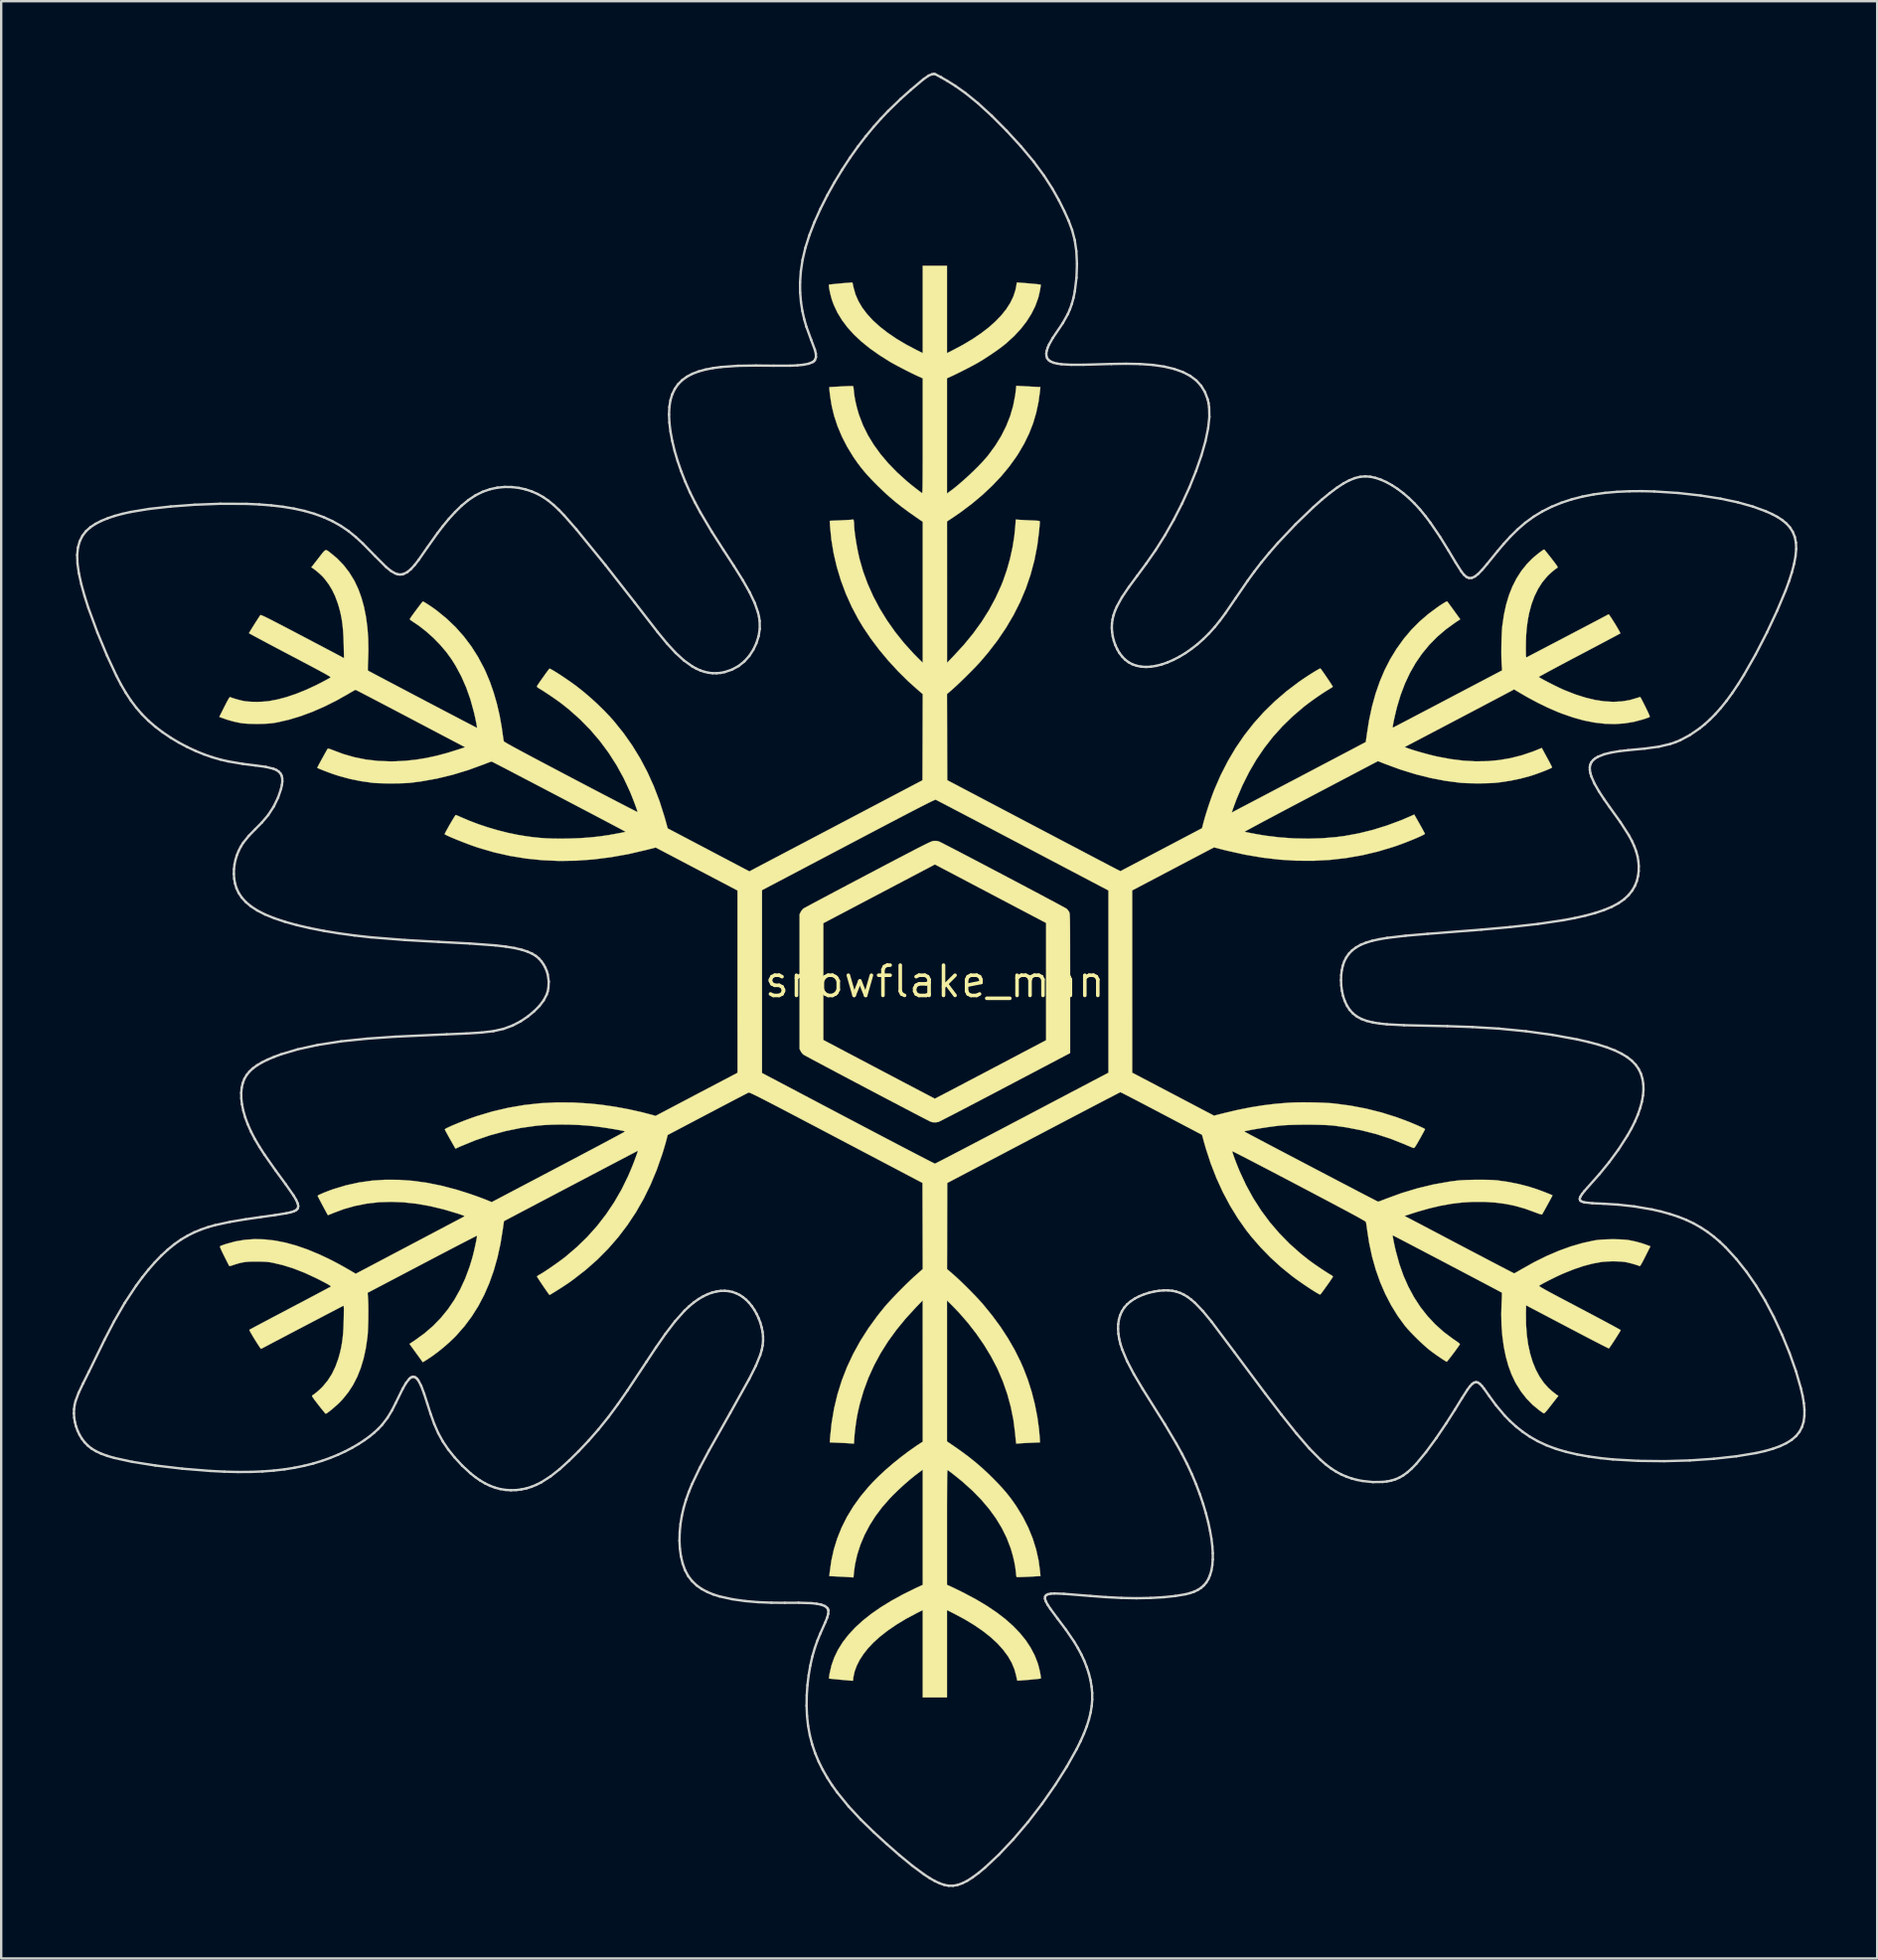
<source format=kicad_pcb>
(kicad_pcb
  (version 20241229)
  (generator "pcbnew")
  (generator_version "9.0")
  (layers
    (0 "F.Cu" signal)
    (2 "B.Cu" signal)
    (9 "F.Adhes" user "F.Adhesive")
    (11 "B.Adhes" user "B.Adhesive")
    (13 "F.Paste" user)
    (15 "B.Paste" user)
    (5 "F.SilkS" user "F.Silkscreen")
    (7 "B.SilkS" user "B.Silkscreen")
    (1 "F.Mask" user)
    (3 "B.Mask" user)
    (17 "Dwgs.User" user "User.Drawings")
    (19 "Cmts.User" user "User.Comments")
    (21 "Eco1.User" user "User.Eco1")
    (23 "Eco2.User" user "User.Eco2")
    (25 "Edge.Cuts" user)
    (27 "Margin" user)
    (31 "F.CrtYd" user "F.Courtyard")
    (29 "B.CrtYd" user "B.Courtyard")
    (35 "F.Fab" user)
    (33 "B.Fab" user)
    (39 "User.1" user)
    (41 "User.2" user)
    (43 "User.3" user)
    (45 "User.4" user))
  (footprint "snowflake_man"
    (layer "F.Cu")
    (at 36.159 38.108)
    (property "Reference" "snowflake_man" (at 0 0 0) (layer "F.SilkS") (effects (font (size 1.27 1.27) (thickness 0.15))))
    (attr through_hole)
    (fp_poly (pts (xy 0.074 -5.898) (xy 0.161 -5.879) (xy 0.193 -5.865) (xy 0.259 -5.832) (xy 0.357 -5.783) (xy 0.484 -5.717) (xy 0.638 -5.638) (xy 0.816 -5.546) (xy 1.016 -5.442) (xy 1.234 -5.328) (xy 1.468 -5.206) (xy 1.716 -5.076) (xy 1.975 -4.94) (xy 2.242 -4.8) (xy 2.515 -4.656) (xy 2.792 -4.511) (xy 3.068 -4.365) (xy 3.343 -4.221) (xy 3.612 -4.078) (xy 3.875 -3.939) (xy 4.127 -3.806) (xy 4.367 -3.679) (xy 4.591 -3.559) (xy 4.798 -3.449) (xy 4.985 -3.35) (xy 5.148 -3.262) (xy 5.285 -3.188) (xy 5.395 -3.128) (xy 5.473 -3.085) (xy 5.518 -3.059) (xy 5.528 -3.053) (xy 5.579 -2.998) (xy 5.625 -2.931) (xy 5.631 -2.919) (xy 5.637 -2.907) (xy 5.642 -2.893) (xy 5.647 -2.875) (xy 5.651 -2.85) (xy 5.655 -2.817) (xy 5.658 -2.774) (xy 5.661 -2.718) (xy 5.663 -2.648) (xy 5.666 -2.56) (xy 5.667 -2.453) (xy 5.669 -2.326) (xy 5.67 -2.174) (xy 5.671 -1.998) (xy 5.671 -1.794) (xy 5.672 -1.56) (xy 5.672 -1.294) (xy 5.672 -0.994) (xy 5.673 -0.658) (xy 5.673 -0.283) (xy 5.673 0.079) (xy 5.673 2.996) (xy 2.946 4.43) (xy 2.629 4.597) (xy 2.32 4.759) (xy 2.024 4.914) (xy 1.741 5.062) (xy 1.474 5.201) (xy 1.226 5.331) (xy 0.997 5.45) (xy 0.791 5.557) (xy 0.61 5.651) (xy 0.455 5.73) (xy 0.33 5.795) (xy 0.235 5.843) (xy 0.173 5.873) (xy 0.147 5.885) (xy 0.026 5.903) (xy -0.1 5.895) (xy -0.169 5.877) (xy -0.199 5.863) (xy -0.264 5.83) (xy -0.361 5.781) (xy -0.487 5.716) (xy -0.64 5.637) (xy -0.817 5.545) (xy -1.015 5.441) (xy -1.233 5.327) (xy -1.466 5.205) (xy -1.714 5.075) (xy -1.972 4.94) (xy -2.239 4.799) (xy -2.511 4.656) (xy -2.787 4.511) (xy -3.063 4.365) (xy -3.337 4.221) (xy -3.606 4.079) (xy -3.868 3.94) (xy -4.12 3.807) (xy -4.359 3.68) (xy -4.584 3.561) (xy -4.79 3.451) (xy -4.976 3.352) (xy -5.139 3.265) (xy -5.276 3.191) (xy -5.385 3.132) (xy -5.462 3.09) (xy -5.507 3.064) (xy -5.515 3.059) (xy -5.568 3.006) (xy -5.616 2.937) (xy -5.628 2.915) (xy -5.673 2.823) (xy -5.673 -2.449) (xy -4.678 -2.449) (xy -4.678 2.449) (xy -2.344 3.679) (xy -2.052 3.833) (xy -1.77 3.981) (xy -1.5 4.123) (xy -1.246 4.257) (xy -1.008 4.381) (xy -0.79 4.496) (xy -0.594 4.599) (xy -0.422 4.689) (xy -0.276 4.765) (xy -0.159 4.827) (xy -0.072 4.872) (xy -0.018 4.9) (xy 0 4.909) (xy 0.02 4.899) (xy 0.075 4.871) (xy 0.162 4.825) (xy 0.281 4.764) (xy 0.428 4.687) (xy 0.601 4.597) (xy 0.798 4.494) (xy 1.016 4.379) (xy 1.254 4.254) (xy 1.509 4.12) (xy 1.779 3.978) (xy 2.061 3.83) (xy 2.339 3.684) (xy 4.667 2.458) (xy 4.667 -2.458) (xy 2.335 -3.685) (xy 0.003 -4.912) (xy -2.337 -3.681) (xy -4.678 -2.449) (xy -5.673 -2.449) (xy -5.673 -2.823) (xy -5.628 -2.915) (xy -5.585 -2.984) (xy -5.532 -3.045) (xy -5.515 -3.059) (xy -5.489 -3.075) (xy -5.427 -3.109) (xy -5.332 -3.161) (xy -5.206 -3.229) (xy -5.051 -3.312) (xy -4.87 -3.409) (xy -4.664 -3.518) (xy -4.437 -3.639) (xy -4.189 -3.771) (xy -3.923 -3.911) (xy -3.642 -4.06) (xy -3.348 -4.215) (xy -3.042 -4.376) (xy -2.807 -4.5) (xy -2.437 -4.694) (xy -2.104 -4.87) (xy -1.804 -5.027) (xy -1.535 -5.168) (xy -1.297 -5.292) (xy -1.086 -5.402) (xy -0.902 -5.498) (xy -0.742 -5.581) (xy -0.604 -5.651) (xy -0.487 -5.71) (xy -0.388 -5.759) (xy -0.306 -5.799) (xy -0.239 -5.831) (xy -0.184 -5.855) (xy -0.141 -5.873) (xy -0.107 -5.885) (xy -0.08 -5.893) (xy -0.058 -5.898) (xy -0.046 -5.899) (xy 0.074 -5.898)) (stroke (width 0.01) (type solid)) (fill yes) (layer "F.SilkS"))
    (fp_poly (pts (xy 0.508 -26.352) (xy 0.739 -26.468) (xy 1.171 -26.697) (xy 1.568 -26.933) (xy 1.928 -27.176) (xy 2.252 -27.424) (xy 2.538 -27.677) (xy 2.786 -27.934) (xy 2.994 -28.194) (xy 3.163 -28.457) (xy 3.292 -28.722) (xy 3.379 -28.989) (xy 3.41 -29.136) (xy 3.423 -29.215) (xy 3.433 -29.276) (xy 3.44 -29.308) (xy 3.44 -29.311) (xy 3.462 -29.311) (xy 3.518 -29.308) (xy 3.602 -29.302) (xy 3.707 -29.294) (xy 3.826 -29.284) (xy 3.951 -29.273) (xy 4.075 -29.262) (xy 4.192 -29.251) (xy 4.294 -29.241) (xy 4.373 -29.232) (xy 4.424 -29.226) (xy 4.439 -29.223) (xy 4.441 -29.197) (xy 4.434 -29.139) (xy 4.421 -29.057) (xy 4.403 -28.961) (xy 4.381 -28.858) (xy 4.358 -28.758) (xy 4.335 -28.67) (xy 4.327 -28.644) (xy 4.206 -28.314) (xy 4.043 -27.99) (xy 3.841 -27.673) (xy 3.601 -27.364) (xy 3.323 -27.066) (xy 3.01 -26.779) (xy 2.879 -26.672) (xy 2.748 -26.572) (xy 2.59 -26.458) (xy 2.414 -26.337) (xy 2.232 -26.215) (xy 2.052 -26.098) (xy 1.884 -25.995) (xy 1.789 -25.939) (xy 1.684 -25.881) (xy 1.551 -25.81) (xy 1.398 -25.73) (xy 1.234 -25.646) (xy 1.069 -25.563) (xy 0.912 -25.485) (xy 0.771 -25.417) (xy 0.672 -25.371) (xy 0.508 -25.297) (xy 0.508 -20.466) (xy 0.606 -20.536) (xy 0.784 -20.669) (xy 0.978 -20.827) (xy 1.182 -21.003) (xy 1.39 -21.19) (xy 1.595 -21.384) (xy 1.791 -21.577) (xy 1.971 -21.763) (xy 2.129 -21.937) (xy 2.245 -22.077) (xy 2.536 -22.474) (xy 2.785 -22.878) (xy 2.992 -23.29) (xy 3.159 -23.71) (xy 3.284 -24.138) (xy 3.369 -24.575) (xy 3.39 -24.741) (xy 3.417 -24.982) (xy 3.629 -24.969) (xy 3.736 -24.963) (xy 3.868 -24.956) (xy 4.009 -24.948) (xy 4.133 -24.942) (xy 4.425 -24.928) (xy 4.413 -24.799) (xy 4.348 -24.315) (xy 4.251 -23.854) (xy 4.12 -23.411) (xy 3.952 -22.981) (xy 3.746 -22.558) (xy 3.501 -22.139) (xy 3.417 -22.01) (xy 3.122 -21.599) (xy 2.786 -21.194) (xy 2.413 -20.799) (xy 2.003 -20.414) (xy 1.559 -20.041) (xy 1.082 -19.682) (xy 0.776 -19.471) (xy 0.509 -19.293) (xy 0.51 -16.33) (xy 0.51 -13.367) (xy 0.787 -13.652) (xy 1.219 -14.122) (xy 1.609 -14.598) (xy 1.96 -15.082) (xy 2.271 -15.575) (xy 2.544 -16.08) (xy 2.78 -16.597) (xy 2.866 -16.812) (xy 3.021 -17.259) (xy 3.153 -17.727) (xy 3.258 -18.204) (xy 3.334 -18.679) (xy 3.379 -19.14) (xy 3.38 -19.153) (xy 3.393 -19.372) (xy 3.596 -19.359) (xy 3.698 -19.354) (xy 3.825 -19.347) (xy 3.963 -19.34) (xy 4.095 -19.334) (xy 4.101 -19.334) (xy 4.219 -19.328) (xy 4.302 -19.323) (xy 4.355 -19.317) (xy 4.385 -19.309) (xy 4.399 -19.297) (xy 4.403 -19.281) (xy 4.403 -19.274) (xy 4.401 -19.238) (xy 4.395 -19.168) (xy 4.387 -19.072) (xy 4.377 -18.959) (xy 4.37 -18.879) (xy 4.291 -18.262) (xy 4.172 -17.658) (xy 4.014 -17.067) (xy 3.817 -16.489) (xy 3.579 -15.924) (xy 3.301 -15.372) (xy 2.982 -14.831) (xy 2.623 -14.301) (xy 2.223 -13.783) (xy 1.904 -13.409) (xy 1.8 -13.296) (xy 1.673 -13.162) (xy 1.529 -13.015) (xy 1.375 -12.861) (xy 1.218 -12.706) (xy 1.065 -12.558) (xy 0.921 -12.421) (xy 0.793 -12.304) (xy 0.704 -12.225) (xy 0.508 -12.057) (xy 0.513 -10.251) (xy 0.519 -8.445) (xy 4.022 -6.601) (xy 4.383 -6.411) (xy 4.736 -6.226) (xy 5.077 -6.046) (xy 5.406 -5.873) (xy 5.72 -5.708) (xy 6.018 -5.552) (xy 6.297 -5.405) (xy 6.555 -5.269) (xy 6.792 -5.145) (xy 7.003 -5.034) (xy 7.189 -4.937) (xy 7.346 -4.854) (xy 7.474 -4.788) (xy 7.569 -4.738) (xy 7.63 -4.706) (xy 7.654 -4.694) (xy 7.783 -4.63) (xy 9.494 -5.53) (xy 11.205 -6.431) (xy 11.276 -6.703) (xy 11.322 -6.868) (xy 11.381 -7.062) (xy 11.447 -7.272) (xy 11.519 -7.488) (xy 11.592 -7.698) (xy 11.663 -7.891) (xy 11.721 -8.043) (xy 11.989 -8.657) (xy 12.288 -9.242) (xy 12.618 -9.799) (xy 12.98 -10.328) (xy 13.374 -10.83) (xy 13.8 -11.305) (xy 14.26 -11.754) (xy 14.752 -12.177) (xy 15.263 -12.563) (xy 15.381 -12.645) (xy 15.506 -12.73) (xy 15.634 -12.814) (xy 15.759 -12.895) (xy 15.876 -12.968) (xy 15.98 -13.031) (xy 16.067 -13.081) (xy 16.13 -13.115) (xy 16.166 -13.13) (xy 16.172 -13.129) (xy 16.202 -13.092) (xy 16.247 -13.029) (xy 16.305 -12.948) (xy 16.37 -12.854) (xy 16.438 -12.754) (xy 16.506 -12.654) (xy 16.569 -12.559) (xy 16.622 -12.477) (xy 16.663 -12.412) (xy 16.687 -12.372) (xy 16.69 -12.362) (xy 16.669 -12.344) (xy 16.619 -12.312) (xy 16.552 -12.27) (xy 16.526 -12.255) (xy 16.378 -12.164) (xy 16.207 -12.052) (xy 16.025 -11.928) (xy 15.84 -11.798) (xy 15.665 -11.669) (xy 15.508 -11.549) (xy 15.474 -11.522) (xy 15.01 -11.126) (xy 14.58 -10.708) (xy 14.183 -10.267) (xy 13.819 -9.801) (xy 13.484 -9.308) (xy 13.18 -8.787) (xy 12.904 -8.237) (xy 12.655 -7.656) (xy 12.53 -7.321) (xy 12.498 -7.23) (xy 12.473 -7.157) (xy 12.457 -7.108) (xy 12.454 -7.091) (xy 12.473 -7.1) (xy 12.527 -7.128) (xy 12.613 -7.174) (xy 12.729 -7.234) (xy 12.873 -7.31) (xy 13.042 -7.398) (xy 13.233 -7.499) (xy 13.444 -7.609) (xy 13.673 -7.729) (xy 13.916 -7.857) (xy 14.172 -7.992) (xy 14.438 -8.131) (xy 14.711 -8.275) (xy 14.99 -8.421) (xy 15.27 -8.568) (xy 15.551 -8.716) (xy 15.829 -8.862) (xy 16.102 -9.006) (xy 16.367 -9.145) (xy 16.623 -9.279) (xy 16.865 -9.407) (xy 17.093 -9.527) (xy 17.303 -9.637) (xy 17.493 -9.737) (xy 17.661 -9.826) (xy 17.803 -9.901) (xy 17.917 -9.961) (xy 18.002 -10.006) (xy 18.054 -10.033) (xy 18.071 -10.043) (xy 18.075 -10.064) (xy 18.084 -10.12) (xy 18.096 -10.203) (xy 18.111 -10.307) (xy 18.119 -10.37) (xy 18.214 -10.969) (xy 18.336 -11.536) (xy 18.484 -12.073) (xy 18.66 -12.58) (xy 18.863 -13.059) (xy 19.094 -13.511) (xy 19.355 -13.939) (xy 19.369 -13.959) (xy 19.664 -14.37) (xy 19.982 -14.747) (xy 20.327 -15.095) (xy 20.702 -15.418) (xy 21.111 -15.72) (xy 21.2 -15.78) (xy 21.294 -15.841) (xy 21.376 -15.891) (xy 21.439 -15.927) (xy 21.478 -15.944) (xy 21.486 -15.944) (xy 21.502 -15.923) (xy 21.54 -15.873) (xy 21.594 -15.798) (xy 21.662 -15.706) (xy 21.739 -15.6) (xy 21.768 -15.56) (xy 22.035 -15.192) (xy 21.834 -15.059) (xy 21.437 -14.772) (xy 21.072 -14.46) (xy 20.739 -14.122) (xy 20.437 -13.756) (xy 20.166 -13.364) (xy 19.925 -12.943) (xy 19.714 -12.493) (xy 19.532 -12.013) (xy 19.379 -11.503) (xy 19.295 -11.155) (xy 19.259 -10.993) (xy 19.233 -10.867) (xy 19.216 -10.775) (xy 19.206 -10.711) (xy 19.203 -10.672) (xy 19.207 -10.653) (xy 19.217 -10.65) (xy 19.218 -10.65) (xy 19.239 -10.66) (xy 19.296 -10.69) (xy 19.385 -10.736) (xy 19.505 -10.799) (xy 19.653 -10.876) (xy 19.828 -10.967) (xy 20.025 -11.071) (xy 20.244 -11.186) (xy 20.483 -11.311) (xy 20.737 -11.444) (xy 21.007 -11.585) (xy 21.288 -11.733) (xy 21.517 -11.854) (xy 23.792 -13.049) (xy 23.776 -13.261) (xy 23.768 -13.405) (xy 23.763 -13.58) (xy 23.76 -13.776) (xy 23.761 -13.985) (xy 23.764 -14.197) (xy 23.769 -14.404) (xy 23.777 -14.597) (xy 23.787 -14.766) (xy 23.799 -14.902) (xy 23.8 -14.911) (xy 23.867 -15.374) (xy 23.96 -15.804) (xy 24.079 -16.201) (xy 24.225 -16.569) (xy 24.398 -16.908) (xy 24.598 -17.219) (xy 24.827 -17.503) (xy 25.032 -17.714) (xy 25.108 -17.783) (xy 25.194 -17.857) (xy 25.285 -17.931) (xy 25.373 -17.999) (xy 25.45 -18.056) (xy 25.512 -18.097) (xy 25.55 -18.118) (xy 25.556 -18.119) (xy 25.572 -18.103) (xy 25.61 -18.058) (xy 25.666 -17.989) (xy 25.736 -17.901) (xy 25.816 -17.799) (xy 25.858 -17.746) (xy 25.954 -17.621) (xy 26.026 -17.526) (xy 26.076 -17.455) (xy 26.107 -17.407) (xy 26.121 -17.376) (xy 26.12 -17.359) (xy 26.115 -17.355) (xy 26.04 -17.305) (xy 25.947 -17.233) (xy 25.846 -17.147) (xy 25.746 -17.055) (xy 25.681 -16.989) (xy 25.477 -16.745) (xy 25.3 -16.468) (xy 25.148 -16.159) (xy 25.022 -15.819) (xy 24.924 -15.45) (xy 24.881 -15.231) (xy 24.845 -14.997) (xy 24.818 -14.771) (xy 24.8 -14.539) (xy 24.79 -14.29) (xy 24.786 -14.011) (xy 24.786 -14.005) (xy 24.787 -13.861) (xy 24.788 -13.755) (xy 24.79 -13.68) (xy 24.794 -13.633) (xy 24.8 -13.606) (xy 24.809 -13.597) (xy 24.821 -13.598) (xy 24.821 -13.598) (xy 24.843 -13.609) (xy 24.899 -13.638) (xy 24.985 -13.683) (xy 25.1 -13.743) (xy 25.239 -13.815) (xy 25.399 -13.899) (xy 25.578 -13.992) (xy 25.771 -14.094) (xy 25.976 -14.201) (xy 26.19 -14.313) (xy 26.408 -14.427) (xy 26.629 -14.543) (xy 26.848 -14.658) (xy 27.063 -14.771) (xy 27.27 -14.879) (xy 27.466 -14.982) (xy 27.648 -15.078) (xy 27.812 -15.164) (xy 27.956 -15.24) (xy 28.075 -15.303) (xy 28.168 -15.352) (xy 28.23 -15.385) (xy 28.259 -15.4) (xy 28.274 -15.386) (xy 28.307 -15.342) (xy 28.354 -15.273) (xy 28.41 -15.187) (xy 28.472 -15.089) (xy 28.536 -14.986) (xy 28.598 -14.883) (xy 28.654 -14.788) (xy 28.701 -14.706) (xy 28.734 -14.644) (xy 28.75 -14.608) (xy 28.75 -14.602) (xy 28.729 -14.59) (xy 28.673 -14.559) (xy 28.585 -14.512) (xy 28.468 -14.449) (xy 28.323 -14.372) (xy 28.155 -14.282) (xy 27.965 -14.182) (xy 27.757 -14.071) (xy 27.532 -13.953) (xy 27.294 -13.827) (xy 27.045 -13.696) (xy 27.032 -13.689) (xy 26.783 -13.558) (xy 26.545 -13.432) (xy 26.32 -13.313) (xy 26.112 -13.202) (xy 25.923 -13.1) (xy 25.755 -13.01) (xy 25.612 -12.932) (xy 25.495 -12.868) (xy 25.407 -12.82) (xy 25.352 -12.788) (xy 25.332 -12.774) (xy 25.332 -12.774) (xy 25.35 -12.757) (xy 25.401 -12.726) (xy 25.479 -12.682) (xy 25.578 -12.628) (xy 25.694 -12.567) (xy 25.821 -12.502) (xy 25.953 -12.435) (xy 26.084 -12.371) (xy 26.21 -12.31) (xy 26.324 -12.257) (xy 26.421 -12.214) (xy 26.427 -12.212) (xy 26.868 -12.039) (xy 27.291 -11.905) (xy 27.696 -11.808) (xy 28.082 -11.75) (xy 28.451 -11.729) (xy 28.801 -11.746) (xy 29.135 -11.801) (xy 29.419 -11.883) (xy 29.494 -11.907) (xy 29.553 -11.924) (xy 29.586 -11.929) (xy 29.588 -11.929) (xy 29.601 -11.908) (xy 29.63 -11.855) (xy 29.671 -11.776) (xy 29.723 -11.675) (xy 29.781 -11.559) (xy 29.803 -11.516) (xy 29.87 -11.379) (xy 29.92 -11.275) (xy 29.953 -11.199) (xy 29.973 -11.147) (xy 29.98 -11.115) (xy 29.977 -11.096) (xy 29.972 -11.091) (xy 29.94 -11.077) (xy 29.877 -11.054) (xy 29.792 -11.024) (xy 29.707 -10.996) (xy 29.321 -10.893) (xy 28.924 -10.827) (xy 28.516 -10.8) (xy 28.097 -10.812) (xy 27.665 -10.862) (xy 27.219 -10.95) (xy 26.759 -11.078) (xy 26.283 -11.244) (xy 26.12 -11.308) (xy 25.711 -11.485) (xy 25.286 -11.692) (xy 24.855 -11.923) (xy 24.512 -12.121) (xy 24.291 -12.254) (xy 24.226 -12.215) (xy 24.2 -12.201) (xy 24.138 -12.168) (xy 24.043 -12.117) (xy 23.918 -12.051) (xy 23.765 -11.97) (xy 23.587 -11.876) (xy 23.386 -11.77) (xy 23.163 -11.653) (xy 22.923 -11.526) (xy 22.666 -11.391) (xy 22.396 -11.249) (xy 22.115 -11.101) (xy 21.932 -11.005) (xy 19.702 -9.834) (xy 19.836 -9.783) (xy 19.953 -9.743) (xy 20.102 -9.695) (xy 20.273 -9.644) (xy 20.457 -9.591) (xy 20.645 -9.54) (xy 20.827 -9.493) (xy 20.993 -9.452) (xy 21.089 -9.431) (xy 21.637 -9.329) (xy 22.166 -9.263) (xy 22.678 -9.234) (xy 23.176 -9.241) (xy 23.662 -9.286) (xy 24.139 -9.367) (xy 24.61 -9.486) (xy 25.077 -9.643) (xy 25.379 -9.765) (xy 25.454 -9.797) (xy 25.67 -9.4) (xy 25.734 -9.281) (xy 25.791 -9.175) (xy 25.837 -9.086) (xy 25.87 -9.021) (xy 25.886 -8.985) (xy 25.887 -8.981) (xy 25.868 -8.964) (xy 25.815 -8.937) (xy 25.734 -8.901) (xy 25.631 -8.858) (xy 25.513 -8.811) (xy 25.385 -8.763) (xy 25.253 -8.715) (xy 25.124 -8.67) (xy 25.004 -8.631) (xy 24.956 -8.616) (xy 24.563 -8.511) (xy 24.164 -8.427) (xy 23.745 -8.362) (xy 23.537 -8.338) (xy 23.411 -8.328) (xy 23.252 -8.32) (xy 23.069 -8.315) (xy 22.872 -8.313) (xy 22.671 -8.313) (xy 22.474 -8.316) (xy 22.291 -8.321) (xy 22.132 -8.33) (xy 22.035 -8.337) (xy 21.418 -8.417) (xy 20.791 -8.537) (xy 20.155 -8.697) (xy 19.512 -8.896) (xy 18.871 -9.132) (xy 18.584 -9.245) (xy 15.781 -7.771) (xy 15.46 -7.602) (xy 15.15 -7.439) (xy 14.852 -7.282) (xy 14.569 -7.132) (xy 14.303 -6.991) (xy 14.055 -6.859) (xy 13.829 -6.739) (xy 13.624 -6.63) (xy 13.445 -6.533) (xy 13.293 -6.451) (xy 13.169 -6.384) (xy 13.077 -6.333) (xy 13.017 -6.3) (xy 12.993 -6.284) (xy 12.992 -6.284) (xy 13.017 -6.276) (xy 13.076 -6.262) (xy 13.163 -6.244) (xy 13.271 -6.224) (xy 13.393 -6.201) (xy 13.521 -6.177) (xy 13.65 -6.155) (xy 13.771 -6.135) (xy 13.875 -6.118) (xy 14.457 -6.047) (xy 15.051 -6.005) (xy 15.648 -5.993) (xy 16.24 -6.01) (xy 16.818 -6.058) (xy 17.187 -6.106) (xy 17.775 -6.214) (xy 18.37 -6.361) (xy 18.965 -6.546) (xy 19.557 -6.766) (xy 19.986 -6.95) (xy 20.106 -7.005) (xy 20.33 -6.611) (xy 20.396 -6.493) (xy 20.454 -6.388) (xy 20.501 -6.301) (xy 20.535 -6.237) (xy 20.552 -6.202) (xy 20.553 -6.197) (xy 20.534 -6.179) (xy 20.48 -6.148) (xy 20.396 -6.107) (xy 20.287 -6.057) (xy 20.158 -6.001) (xy 20.014 -5.941) (xy 19.86 -5.879) (xy 19.701 -5.817) (xy 19.541 -5.757) (xy 19.386 -5.701) (xy 19.248 -5.654) (xy 18.588 -5.455) (xy 17.921 -5.297) (xy 17.246 -5.18) (xy 16.563 -5.103) (xy 15.87 -5.066) (xy 15.168 -5.07) (xy 14.456 -5.114) (xy 13.733 -5.199) (xy 12.999 -5.324) (xy 12.253 -5.49) (xy 12.114 -5.524) (xy 11.708 -5.628) (xy 9.992 -4.726) (xy 8.276 -3.824) (xy 8.277 3.821) (xy 9.993 4.721) (xy 11.708 5.622) (xy 12.146 5.511) (xy 12.703 5.38) (xy 13.238 5.273) (xy 13.761 5.189) (xy 14.284 5.125) (xy 14.817 5.081) (xy 14.848 5.079) (xy 15.038 5.07) (xy 15.258 5.064) (xy 15.497 5.063) (xy 15.747 5.065) (xy 15.997 5.07) (xy 16.239 5.078) (xy 16.463 5.089) (xy 16.66 5.103) (xy 16.753 5.112) (xy 17.434 5.202) (xy 18.094 5.328) (xy 18.74 5.49) (xy 19.376 5.691) (xy 19.748 5.828) (xy 19.89 5.883) (xy 20.03 5.941) (xy 20.165 5.998) (xy 20.288 6.051) (xy 20.395 6.1) (xy 20.479 6.14) (xy 20.535 6.17) (xy 20.558 6.187) (xy 20.558 6.188) (xy 20.548 6.211) (xy 20.521 6.265) (xy 20.479 6.344) (xy 20.424 6.443) (xy 20.361 6.557) (xy 20.339 6.596) (xy 20.264 6.728) (xy 20.206 6.827) (xy 20.163 6.897) (xy 20.13 6.943) (xy 20.106 6.968) (xy 20.087 6.978) (xy 20.077 6.977) (xy 20.044 6.966) (xy 19.98 6.94) (xy 19.891 6.903) (xy 19.786 6.859) (xy 19.695 6.819) (xy 19.115 6.589) (xy 18.514 6.394) (xy 17.889 6.235) (xy 17.242 6.11) (xy 16.732 6.039) (xy 16.592 6.026) (xy 16.417 6.016) (xy 16.214 6.008) (xy 15.992 6.002) (xy 15.757 5.999) (xy 15.516 5.999) (xy 15.278 6.001) (xy 15.049 6.006) (xy 14.838 6.013) (xy 14.651 6.023) (xy 14.495 6.035) (xy 14.457 6.039) (xy 14.231 6.066) (xy 13.99 6.099) (xy 13.746 6.136) (xy 13.513 6.174) (xy 13.302 6.211) (xy 13.201 6.231) (xy 12.965 6.278) (xy 13.102 6.354) (xy 13.163 6.387) (xy 13.255 6.437) (xy 13.378 6.501) (xy 13.527 6.58) (xy 13.7 6.672) (xy 13.895 6.775) (xy 14.11 6.888) (xy 14.341 7.01) (xy 14.587 7.139) (xy 14.844 7.274) (xy 15.111 7.414) (xy 15.384 7.557) (xy 15.661 7.703) (xy 15.94 7.849) (xy 16.218 7.994) (xy 16.492 8.138) (xy 16.76 8.278) (xy 17.02 8.414) (xy 17.269 8.544) (xy 17.504 8.666) (xy 17.722 8.781) (xy 17.922 8.885) (xy 18.101 8.978) (xy 18.256 9.058) (xy 18.385 9.124) (xy 18.484 9.176) (xy 18.552 9.21) (xy 18.587 9.227) (xy 18.59 9.229) (xy 18.618 9.221) (xy 18.678 9.201) (xy 18.761 9.17) (xy 18.862 9.131) (xy 18.912 9.111) (xy 19.581 8.867) (xy 20.249 8.666) (xy 20.918 8.505) (xy 21.591 8.386) (xy 21.886 8.347) (xy 22.026 8.334) (xy 22.197 8.323) (xy 22.391 8.316) (xy 22.598 8.311) (xy 22.811 8.309) (xy 23.019 8.31) (xy 23.216 8.313) (xy 23.391 8.32) (xy 23.537 8.33) (xy 23.59 8.335) (xy 24.047 8.4) (xy 24.477 8.485) (xy 24.892 8.592) (xy 25.167 8.678) (xy 25.266 8.712) (xy 25.378 8.753) (xy 25.496 8.796) (xy 25.612 8.841) (xy 25.718 8.883) (xy 25.807 8.92) (xy 25.872 8.948) (xy 25.903 8.964) (xy 25.895 8.983) (xy 25.87 9.032) (xy 25.832 9.105) (xy 25.783 9.195) (xy 25.728 9.296) (xy 25.67 9.402) (xy 25.613 9.505) (xy 25.561 9.599) (xy 25.516 9.678) (xy 25.483 9.735) (xy 25.465 9.764) (xy 25.464 9.765) (xy 25.439 9.764) (xy 25.382 9.749) (xy 25.302 9.722) (xy 25.203 9.686) (xy 25.153 9.667) (xy 24.749 9.52) (xy 24.348 9.406) (xy 23.942 9.322) (xy 23.52 9.266) (xy 23.074 9.237) (xy 23.008 9.235) (xy 22.561 9.236) (xy 22.116 9.262) (xy 21.668 9.316) (xy 21.21 9.398) (xy 20.738 9.509) (xy 20.245 9.649) (xy 20.025 9.719) (xy 19.698 9.826) (xy 19.76 9.859) (xy 19.787 9.873) (xy 19.848 9.905) (xy 19.943 9.954) (xy 20.067 10.02) (xy 20.22 10.1) (xy 20.398 10.193) (xy 20.599 10.299) (xy 20.821 10.416) (xy 21.061 10.542) (xy 21.317 10.677) (xy 21.587 10.819) (xy 21.868 10.967) (xy 22.05 11.063) (xy 22.336 11.213) (xy 22.612 11.358) (xy 22.875 11.495) (xy 23.123 11.625) (xy 23.353 11.746) (xy 23.564 11.856) (xy 23.753 11.955) (xy 23.918 12.04) (xy 24.056 12.112) (xy 24.165 12.168) (xy 24.243 12.208) (xy 24.287 12.23) (xy 24.297 12.234) (xy 24.32 12.224) (xy 24.374 12.196) (xy 24.451 12.152) (xy 24.544 12.098) (xy 24.619 12.054) (xy 25.139 11.763) (xy 25.655 11.508) (xy 26.165 11.289) (xy 26.667 11.107) (xy 27.158 10.964) (xy 27.638 10.859) (xy 27.733 10.843) (xy 27.859 10.828) (xy 28.016 10.816) (xy 28.193 10.809) (xy 28.381 10.805) (xy 28.57 10.806) (xy 28.752 10.811) (xy 28.917 10.82) (xy 29.055 10.833) (xy 29.125 10.844) (xy 29.4 10.902) (xy 29.652 10.972) (xy 29.827 11.032) (xy 30.011 11.099) (xy 29.8 11.52) (xy 29.725 11.667) (xy 29.663 11.784) (xy 29.614 11.868) (xy 29.581 11.917) (xy 29.564 11.93) (xy 29.464 11.893) (xy 29.338 11.853) (xy 29.201 11.815) (xy 29.069 11.782) (xy 28.958 11.759) (xy 28.951 11.758) (xy 28.792 11.74) (xy 28.606 11.73) (xy 28.405 11.728) (xy 28.203 11.735) (xy 28.013 11.75) (xy 27.936 11.76) (xy 27.583 11.825) (xy 27.207 11.924) (xy 26.81 12.058) (xy 26.392 12.225) (xy 26.273 12.277) (xy 26.161 12.328) (xy 26.034 12.389) (xy 25.9 12.455) (xy 25.765 12.522) (xy 25.637 12.588) (xy 25.524 12.648) (xy 25.431 12.7) (xy 25.365 12.738) (xy 25.345 12.752) (xy 25.344 12.758) (xy 25.353 12.77) (xy 25.376 12.788) (xy 25.414 12.813) (xy 25.469 12.846) (xy 25.544 12.889) (xy 25.639 12.942) (xy 25.759 13.008) (xy 25.904 13.086) (xy 26.076 13.178) (xy 26.278 13.285) (xy 26.511 13.408) (xy 26.779 13.549) (xy 27.038 13.686) (xy 27.289 13.818) (xy 27.529 13.945) (xy 27.755 14.065) (xy 27.965 14.177) (xy 28.157 14.28) (xy 28.327 14.371) (xy 28.473 14.45) (xy 28.592 14.516) (xy 28.682 14.566) (xy 28.74 14.599) (xy 28.763 14.615) (xy 28.764 14.616) (xy 28.752 14.641) (xy 28.721 14.694) (xy 28.675 14.77) (xy 28.618 14.86) (xy 28.555 14.96) (xy 28.489 15.062) (xy 28.425 15.16) (xy 28.366 15.247) (xy 28.318 15.317) (xy 28.284 15.364) (xy 28.268 15.381) (xy 28.247 15.372) (xy 28.19 15.345) (xy 28.102 15.301) (xy 27.984 15.242) (xy 27.84 15.167) (xy 27.671 15.08) (xy 27.481 14.982) (xy 27.272 14.873) (xy 27.046 14.755) (xy 26.807 14.63) (xy 26.558 14.499) (xy 26.522 14.48) (xy 24.797 13.573) (xy 24.79 13.925) (xy 24.795 14.38) (xy 24.826 14.812) (xy 24.883 15.218) (xy 24.966 15.598) (xy 25.073 15.949) (xy 25.205 16.272) (xy 25.361 16.563) (xy 25.54 16.822) (xy 25.743 17.047) (xy 25.887 17.175) (xy 25.962 17.235) (xy 26.031 17.288) (xy 26.082 17.327) (xy 26.098 17.337) (xy 26.15 17.371) (xy 25.858 17.745) (xy 25.762 17.869) (xy 25.687 17.962) (xy 25.631 18.028) (xy 25.59 18.071) (xy 25.561 18.095) (xy 25.541 18.102) (xy 25.531 18.1) (xy 25.497 18.078) (xy 25.44 18.039) (xy 25.372 17.99) (xy 25.357 17.98) (xy 25.07 17.745) (xy 24.812 17.48) (xy 24.581 17.185) (xy 24.375 16.856) (xy 24.336 16.785) (xy 24.184 16.462) (xy 24.054 16.107) (xy 23.947 15.721) (xy 23.863 15.308) (xy 23.803 14.872) (xy 23.767 14.416) (xy 23.757 13.943) (xy 23.768 13.523) (xy 23.775 13.386) (xy 23.78 13.265) (xy 23.783 13.164) (xy 23.784 13.09) (xy 23.783 13.049) (xy 23.782 13.044) (xy 23.762 13.032) (xy 23.707 13.002) (xy 23.62 12.956) (xy 23.505 12.894) (xy 23.363 12.819) (xy 23.197 12.732) (xy 23.011 12.633) (xy 22.807 12.526) (xy 22.587 12.41) (xy 22.356 12.288) (xy 22.114 12.161) (xy 21.866 12.03) (xy 21.614 11.898) (xy 21.36 11.764) (xy 21.108 11.632) (xy 20.86 11.502) (xy 20.619 11.376) (xy 20.387 11.254) (xy 20.169 11.14) (xy 19.965 11.033) (xy 19.78 10.936) (xy 19.615 10.851) (xy 19.474 10.777) (xy 19.36 10.718) (xy 19.274 10.674) (xy 19.221 10.646) (xy 19.202 10.638) (xy 19.202 10.661) (xy 19.21 10.719) (xy 19.225 10.806) (xy 19.247 10.914) (xy 19.272 11.038) (xy 19.302 11.171) (xy 19.333 11.306) (xy 19.336 11.315) (xy 19.48 11.838) (xy 19.654 12.332) (xy 19.86 12.797) (xy 20.096 13.234) (xy 20.362 13.643) (xy 20.659 14.021) (xy 20.985 14.37) (xy 21.341 14.69) (xy 21.726 14.978) (xy 21.806 15.032) (xy 21.911 15.104) (xy 21.98 15.157) (xy 22.015 15.193) (xy 22.018 15.209) (xy 21.991 15.252) (xy 21.945 15.318) (xy 21.887 15.4) (xy 21.819 15.493) (xy 21.746 15.59) (xy 21.674 15.686) (xy 21.606 15.775) (xy 21.547 15.849) (xy 21.502 15.905) (xy 21.476 15.935) (xy 21.471 15.938) (xy 21.442 15.926) (xy 21.385 15.893) (xy 21.306 15.843) (xy 21.21 15.78) (xy 21.103 15.707) (xy 20.992 15.629) (xy 20.882 15.549) (xy 20.78 15.472) (xy 20.746 15.447) (xy 20.636 15.356) (xy 20.505 15.24) (xy 20.363 15.108) (xy 20.216 14.966) (xy 20.071 14.821) (xy 19.936 14.681) (xy 19.818 14.553) (xy 19.725 14.444) (xy 19.719 14.436) (xy 19.414 14.019) (xy 19.138 13.573) (xy 18.892 13.099) (xy 18.675 12.598) (xy 18.49 12.072) (xy 18.336 11.524) (xy 18.215 10.954) (xy 18.14 10.474) (xy 18.124 10.354) (xy 18.108 10.246) (xy 18.095 10.158) (xy 18.085 10.099) (xy 18.08 10.08) (xy 18.072 10.07) (xy 18.049 10.052) (xy 18.01 10.027) (xy 17.954 9.994) (xy 17.879 9.951) (xy 17.784 9.898) (xy 17.668 9.833) (xy 17.527 9.757) (xy 17.362 9.668) (xy 17.171 9.566) (xy 16.951 9.449) (xy 16.703 9.317) (xy 16.423 9.169) (xy 16.11 9.004) (xy 15.763 8.821) (xy 15.381 8.62) (xy 15.272 8.562) (xy 14.951 8.394) (xy 14.641 8.231) (xy 14.343 8.075) (xy 14.06 7.927) (xy 13.793 7.788) (xy 13.545 7.659) (xy 13.317 7.54) (xy 13.112 7.434) (xy 12.932 7.341) (xy 12.778 7.262) (xy 12.653 7.199) (xy 12.559 7.152) (xy 12.498 7.122) (xy 12.472 7.111) (xy 12.471 7.111) (xy 12.476 7.139) (xy 12.494 7.199) (xy 12.524 7.287) (xy 12.562 7.395) (xy 12.608 7.517) (xy 12.658 7.647) (xy 12.71 7.779) (xy 12.763 7.907) (xy 12.787 7.964) (xy 13.054 8.536) (xy 13.353 9.081) (xy 13.686 9.6) (xy 14.051 10.092) (xy 14.45 10.557) (xy 14.882 10.997) (xy 15.347 11.41) (xy 15.664 11.662) (xy 15.769 11.74) (xy 15.896 11.831) (xy 16.035 11.927) (xy 16.179 12.025) (xy 16.319 12.118) (xy 16.447 12.2) (xy 16.554 12.267) (xy 16.611 12.3) (xy 16.662 12.333) (xy 16.692 12.362) (xy 16.695 12.373) (xy 16.681 12.399) (xy 16.647 12.453) (xy 16.597 12.527) (xy 16.536 12.616) (xy 16.468 12.712) (xy 16.397 12.811) (xy 16.329 12.906) (xy 16.267 12.991) (xy 16.215 13.059) (xy 16.179 13.105) (xy 16.162 13.122) (xy 16.162 13.122) (xy 16.129 13.111) (xy 16.066 13.079) (xy 15.978 13.027) (xy 15.87 12.96) (xy 15.746 12.881) (xy 15.612 12.792) (xy 15.471 12.697) (xy 15.329 12.598) (xy 15.189 12.5) (xy 15.058 12.404) (xy 14.983 12.348) (xy 14.525 11.977) (xy 14.082 11.574) (xy 13.664 11.145) (xy 13.275 10.699) (xy 13.066 10.434) (xy 12.709 9.929) (xy 12.38 9.393) (xy 12.08 8.829) (xy 11.81 8.239) (xy 11.57 7.623) (xy 11.362 6.985) (xy 11.295 6.751) (xy 11.206 6.424) (xy 9.506 5.53) (xy 9.257 5.399) (xy 9.018 5.274) (xy 8.792 5.155) (xy 8.582 5.046) (xy 8.391 4.946) (xy 8.221 4.858) (xy 8.075 4.783) (xy 7.955 4.721) (xy 7.864 4.675) (xy 7.806 4.647) (xy 7.782 4.636) (xy 7.782 4.636) (xy 7.761 4.646) (xy 7.704 4.674) (xy 7.614 4.72) (xy 7.492 4.784) (xy 7.339 4.863) (xy 7.158 4.957) (xy 6.951 5.065) (xy 6.719 5.186) (xy 6.464 5.32) (xy 6.188 5.464) (xy 5.892 5.619) (xy 5.579 5.783) (xy 5.251 5.955) (xy 4.909 6.135) (xy 4.555 6.321) (xy 4.19 6.513) (xy 4.138 6.54) (xy 0.519 8.445) (xy 0.514 10.25) (xy 0.51 12.054) (xy 0.745 12.255) (xy 0.871 12.367) (xy 1.018 12.503) (xy 1.179 12.657) (xy 1.347 12.822) (xy 1.516 12.992) (xy 1.678 13.158) (xy 1.826 13.315) (xy 1.954 13.456) (xy 2.022 13.533) (xy 2.41 14.01) (xy 2.759 14.484) (xy 3.07 14.962) (xy 3.348 15.445) (xy 3.593 15.938) (xy 3.715 16.216) (xy 3.9 16.698) (xy 4.06 17.203) (xy 4.192 17.721) (xy 4.295 18.243) (xy 4.366 18.759) (xy 4.395 19.095) (xy 4.409 19.32) (xy 4.093 19.334) (xy 3.963 19.34) (xy 3.829 19.346) (xy 3.706 19.353) (xy 3.609 19.359) (xy 3.595 19.36) (xy 3.411 19.372) (xy 3.4 19.28) (xy 3.394 19.222) (xy 3.385 19.135) (xy 3.375 19.029) (xy 3.365 18.923) (xy 3.296 18.382) (xy 3.187 17.839) (xy 3.041 17.301) (xy 2.858 16.775) (xy 2.642 16.267) (xy 2.604 16.187) (xy 2.353 15.709) (xy 2.065 15.234) (xy 1.743 14.768) (xy 1.393 14.317) (xy 1.018 13.886) (xy 0.731 13.589) (xy 0.508 13.368) (xy 0.508 19.28) (xy 0.778 19.464) (xy 1.113 19.699) (xy 1.418 19.926) (xy 1.701 20.152) (xy 1.972 20.385) (xy 2.239 20.633) (xy 2.446 20.836) (xy 2.643 21.037) (xy 2.813 21.22) (xy 2.964 21.392) (xy 3.103 21.563) (xy 3.236 21.739) (xy 3.37 21.93) (xy 3.43 22.019) (xy 3.692 22.448) (xy 3.916 22.891) (xy 4.101 23.344) (xy 4.246 23.806) (xy 4.35 24.274) (xy 4.413 24.747) (xy 4.414 24.756) (xy 4.429 24.926) (xy 3.939 24.953) (xy 3.799 24.96) (xy 3.673 24.965) (xy 3.567 24.969) (xy 3.488 24.97) (xy 3.442 24.969) (xy 3.432 24.968) (xy 3.422 24.943) (xy 3.412 24.887) (xy 3.403 24.808) (xy 3.4 24.771) (xy 3.375 24.561) (xy 3.332 24.325) (xy 3.273 24.077) (xy 3.202 23.826) (xy 3.173 23.738) (xy 3.012 23.321) (xy 2.809 22.911) (xy 2.565 22.509) (xy 2.279 22.115) (xy 1.952 21.729) (xy 1.583 21.351) (xy 1.173 20.981) (xy 1.111 20.93) (xy 1.019 20.854) (xy 0.918 20.773) (xy 0.816 20.692) (xy 0.719 20.616) (xy 0.635 20.552) (xy 0.57 20.505) (xy 0.534 20.481) (xy 0.53 20.486) (xy 0.526 20.508) (xy 0.523 20.548) (xy 0.52 20.609) (xy 0.518 20.692) (xy 0.515 20.799) (xy 0.514 20.932) (xy 0.512 21.094) (xy 0.511 21.286) (xy 0.51 21.51) (xy 0.509 21.768) (xy 0.508 22.062) (xy 0.508 22.394) (xy 0.508 22.766) (xy 0.508 22.88) (xy 0.508 25.293) (xy 0.683 25.372) (xy 0.756 25.406) (xy 0.859 25.455) (xy 0.98 25.515) (xy 1.112 25.58) (xy 1.246 25.647) (xy 1.259 25.654) (xy 1.747 25.915) (xy 2.192 26.182) (xy 2.597 26.455) (xy 2.961 26.735) (xy 3.284 27.022) (xy 3.568 27.317) (xy 3.813 27.619) (xy 4.018 27.93) (xy 4.185 28.25) (xy 4.309 28.564) (xy 4.338 28.659) (xy 4.366 28.766) (xy 4.393 28.878) (xy 4.416 28.986) (xy 4.433 29.082) (xy 4.443 29.159) (xy 4.445 29.208) (xy 4.442 29.221) (xy 4.418 29.226) (xy 4.36 29.233) (xy 4.275 29.243) (xy 4.169 29.253) (xy 4.05 29.265) (xy 3.925 29.276) (xy 3.802 29.287) (xy 3.687 29.296) (xy 3.588 29.304) (xy 3.512 29.309) (xy 3.467 29.31) (xy 3.458 29.309) (xy 3.451 29.287) (xy 3.439 29.233) (xy 3.423 29.157) (xy 3.417 29.126) (xy 3.342 28.843) (xy 3.225 28.563) (xy 3.067 28.288) (xy 2.867 28.018) (xy 2.627 27.752) (xy 2.346 27.492) (xy 2.024 27.238) (xy 1.663 26.989) (xy 1.263 26.746) (xy 0.823 26.51) (xy 0.779 26.488) (xy 0.508 26.352) (xy 0.508 30.014) (xy -0.508 30.014) (xy -0.508 26.352) (xy -0.739 26.468) (xy -1.189 26.707) (xy -1.602 26.956) (xy -1.977 27.212) (xy -2.313 27.475) (xy -2.569 27.706) (xy -2.793 27.942) (xy -2.986 28.185) (xy -3.148 28.431) (xy -3.274 28.677) (xy -3.364 28.918) (xy -3.416 29.153) (xy -3.42 29.185) (xy -3.428 29.253) (xy -3.435 29.3) (xy -3.439 29.316) (xy -3.473 29.314) (xy -3.539 29.309) (xy -3.631 29.301) (xy -3.742 29.291) (xy -3.863 29.28) (xy -3.989 29.269) (xy -4.112 29.257) (xy -4.225 29.246) (xy -4.321 29.236) (xy -4.393 29.229) (xy -4.433 29.224) (xy -4.439 29.223) (xy -4.44 29.2) (xy -4.433 29.144) (xy -4.422 29.066) (xy -4.412 29.006) (xy -4.334 28.667) (xy -4.217 28.336) (xy -4.06 28.013) (xy -3.863 27.698) (xy -3.625 27.391) (xy -3.347 27.091) (xy -3.029 26.799) (xy -2.67 26.514) (xy -2.269 26.235) (xy -1.828 25.964) (xy -1.345 25.699) (xy -0.82 25.44) (xy -0.767 25.415) (xy -0.508 25.295) (xy -0.508 20.466) (xy -0.606 20.536) (xy -0.821 20.698) (xy -1.052 20.886) (xy -1.291 21.093) (xy -1.527 21.31) (xy -1.753 21.53) (xy -1.891 21.673) (xy -2.209 22.034) (xy -2.492 22.411) (xy -2.739 22.801) (xy -2.95 23.202) (xy -3.123 23.612) (xy -3.257 24.028) (xy -3.351 24.447) (xy -3.4 24.816) (xy -3.414 24.983) (xy -3.617 24.969) (xy -3.719 24.963) (xy -3.846 24.956) (xy -3.984 24.949) (xy -4.116 24.942) (xy -4.123 24.942) (xy -4.425 24.928) (xy -4.413 24.799) (xy -4.344 24.299) (xy -4.238 23.815) (xy -4.093 23.346) (xy -3.91 22.891) (xy -3.688 22.448) (xy -3.425 22.016) (xy -3.123 21.594) (xy -2.779 21.182) (xy -2.601 20.988) (xy -2.346 20.733) (xy -2.061 20.469) (xy -1.755 20.205) (xy -1.435 19.947) (xy -1.112 19.703) (xy -0.795 19.479) (xy -0.64 19.378) (xy -0.508 19.293) (xy -0.509 16.33) (xy -0.51 13.367) (xy -0.787 13.652) (xy -1.221 14.125) (xy -1.614 14.604) (xy -1.967 15.091) (xy -2.28 15.588) (xy -2.553 16.096) (xy -2.789 16.615) (xy -2.986 17.148) (xy -3.147 17.696) (xy -3.226 18.034) (xy -3.266 18.236) (xy -3.302 18.461) (xy -3.335 18.692) (xy -3.361 18.915) (xy -3.378 19.114) (xy -3.379 19.132) (xy -3.393 19.372) (xy -3.586 19.36) (xy -3.681 19.354) (xy -3.803 19.347) (xy -3.939 19.341) (xy -4.072 19.334) (xy -4.092 19.334) (xy -4.407 19.32) (xy -4.393 19.127) (xy -4.328 18.505) (xy -4.226 17.9) (xy -4.085 17.309) (xy -3.905 16.732) (xy -3.686 16.167) (xy -3.427 15.614) (xy -3.128 15.071) (xy -2.788 14.538) (xy -2.407 14.013) (xy -2.118 13.653) (xy -2.016 13.534) (xy -1.887 13.393) (xy -1.74 13.236) (xy -1.58 13.069) (xy -1.413 12.9) (xy -1.246 12.733) (xy -1.084 12.576) (xy -0.934 12.434) (xy -0.802 12.313) (xy -0.795 12.308) (xy -0.508 12.054) (xy -0.513 10.248) (xy -0.519 8.441) (xy -4.138 6.537) (xy -4.575 6.307) (xy -4.977 6.095) (xy -5.344 5.903) (xy -5.678 5.727) (xy -5.981 5.568) (xy -6.254 5.425) (xy -6.498 5.297) (xy -6.716 5.184) (xy -6.909 5.084) (xy -7.078 4.997) (xy -7.225 4.921) (xy -7.352 4.857) (xy -7.459 4.803) (xy -7.548 4.759) (xy -7.622 4.723) (xy -7.681 4.696) (xy -7.727 4.676) (xy -7.761 4.662) (xy -7.786 4.654) (xy -7.802 4.651) (xy -7.811 4.652) (xy -7.837 4.664) (xy -7.898 4.695) (xy -7.99 4.743) (xy -8.112 4.806) (xy -8.261 4.883) (xy -8.433 4.973) (xy -8.626 5.074) (xy -8.836 5.184) (xy -9.063 5.303) (xy -9.301 5.429) (xy -9.535 5.551) (xy -11.206 6.431) (xy -11.265 6.66) (xy -11.292 6.76) (xy -11.329 6.887) (xy -11.371 7.029) (xy -11.415 7.174) (xy -11.443 7.26) (xy -11.67 7.906) (xy -11.928 8.523) (xy -12.218 9.113) (xy -12.541 9.676) (xy -12.896 10.211) (xy -13.283 10.72) (xy -13.703 11.202) (xy -14.156 11.658) (xy -14.643 12.088) (xy -15.163 12.492) (xy -15.335 12.616) (xy -15.415 12.67) (xy -15.511 12.734) (xy -15.617 12.804) (xy -15.728 12.875) (xy -15.837 12.944) (xy -15.94 13.008) (xy -16.029 13.063) (xy -16.101 13.106) (xy -16.147 13.132) (xy -16.164 13.138) (xy -16.187 13.109) (xy -16.228 13.054) (xy -16.282 12.978) (xy -16.344 12.887) (xy -16.412 12.788) (xy -16.481 12.687) (xy -16.546 12.589) (xy -16.603 12.502) (xy -16.649 12.431) (xy -16.679 12.382) (xy -16.69 12.361) (xy -16.69 12.361) (xy -16.667 12.342) (xy -16.618 12.311) (xy -16.562 12.278) (xy -16.463 12.219) (xy -16.338 12.139) (xy -16.195 12.044) (xy -16.042 11.939) (xy -15.887 11.83) (xy -15.737 11.723) (xy -15.6 11.621) (xy -15.484 11.532) (xy -15.483 11.531) (xy -15.01 11.127) (xy -14.57 10.698) (xy -14.163 10.242) (xy -13.79 9.76) (xy -13.449 9.252) (xy -13.14 8.717) (xy -12.864 8.154) (xy -12.696 7.758) (xy -12.656 7.657) (xy -12.614 7.548) (xy -12.572 7.436) (xy -12.533 7.329) (xy -12.499 7.235) (xy -12.473 7.159) (xy -12.457 7.108) (xy -12.454 7.091) (xy -12.473 7.1) (xy -12.527 7.128) (xy -12.613 7.174) (xy -12.729 7.234) (xy -12.873 7.31) (xy -13.042 7.398) (xy -13.233 7.499) (xy -13.444 7.609) (xy -13.673 7.729) (xy -13.916 7.857) (xy -14.172 7.992) (xy -14.438 8.131) (xy -14.711 8.275) (xy -14.99 8.421) (xy -15.27 8.568) (xy -15.551 8.716) (xy -15.829 8.862) (xy -16.102 9.006) (xy -16.367 9.145) (xy -16.623 9.279) (xy -16.865 9.407) (xy -17.093 9.527) (xy -17.303 9.637) (xy -17.493 9.737) (xy -17.66 9.826) (xy -17.803 9.901) (xy -17.917 9.961) (xy -18.002 10.006) (xy -18.054 10.033) (xy -18.071 10.043) (xy -18.075 10.064) (xy -18.084 10.12) (xy -18.096 10.203) (xy -18.111 10.307) (xy -18.119 10.37) (xy -18.218 10.984) (xy -18.345 11.568) (xy -18.502 12.121) (xy -18.688 12.645) (xy -18.904 13.14) (xy -19.149 13.606) (xy -19.425 14.043) (xy -19.731 14.453) (xy -20.067 14.836) (xy -20.168 14.939) (xy -20.371 15.132) (xy -20.593 15.327) (xy -20.825 15.515) (xy -21.058 15.688) (xy -21.28 15.838) (xy -21.391 15.907) (xy -21.478 15.958) (xy -21.756 15.575) (xy -22.034 15.192) (xy -21.805 15.04) (xy -21.412 14.755) (xy -21.05 14.443) (xy -20.719 14.102) (xy -20.418 13.733) (xy -20.148 13.335) (xy -19.908 12.907) (xy -19.697 12.45) (xy -19.515 11.962) (xy -19.411 11.623) (xy -19.38 11.509) (xy -19.348 11.382) (xy -19.316 11.248) (xy -19.286 11.113) (xy -19.258 10.984) (xy -19.234 10.868) (xy -19.216 10.771) (xy -19.205 10.7) (xy -19.202 10.66) (xy -19.204 10.655) (xy -19.224 10.663) (xy -19.279 10.69) (xy -19.367 10.734) (xy -19.485 10.795) (xy -19.632 10.87) (xy -19.805 10.959) (xy -20.001 11.061) (xy -20.219 11.174) (xy -20.456 11.298) (xy -20.711 11.431) (xy -20.979 11.571) (xy -21.26 11.719) (xy -21.504 11.847) (xy -23.792 13.049) (xy -23.776 13.25) (xy -23.768 13.386) (xy -23.763 13.555) (xy -23.76 13.746) (xy -23.761 13.951) (xy -23.763 14.162) (xy -23.768 14.369) (xy -23.776 14.563) (xy -23.785 14.735) (xy -23.796 14.877) (xy -23.8 14.911) (xy -23.867 15.373) (xy -23.96 15.802) (xy -24.079 16.199) (xy -24.224 16.566) (xy -24.397 16.904) (xy -24.597 17.214) (xy -24.825 17.497) (xy -24.944 17.624) (xy -25.032 17.71) (xy -25.129 17.798) (xy -25.228 17.884) (xy -25.323 17.964) (xy -25.409 18.031) (xy -25.481 18.083) (xy -25.531 18.113) (xy -25.549 18.119) (xy -25.567 18.103) (xy -25.607 18.058) (xy -25.664 17.989) (xy -25.735 17.901) (xy -25.817 17.798) (xy -25.858 17.746) (xy -25.954 17.621) (xy -26.026 17.526) (xy -26.076 17.455) (xy -26.107 17.407) (xy -26.121 17.376) (xy -26.12 17.359) (xy -26.115 17.355) (xy -26.038 17.304) (xy -25.942 17.229) (xy -25.838 17.14) (xy -25.735 17.044) (xy -25.669 16.976) (xy -25.465 16.73) (xy -25.289 16.454) (xy -25.14 16.146) (xy -25.017 15.806) (xy -24.948 15.557) (xy -24.903 15.359) (xy -24.868 15.166) (xy -24.84 14.969) (xy -24.819 14.758) (xy -24.804 14.527) (xy -24.795 14.265) (xy -24.792 14.162) (xy -24.789 13.991) (xy -24.787 13.857) (xy -24.786 13.756) (xy -24.787 13.684) (xy -24.79 13.637) (xy -24.794 13.609) (xy -24.801 13.596) (xy -24.811 13.595) (xy -24.818 13.597) (xy -24.84 13.608) (xy -24.895 13.636) (xy -24.982 13.682) (xy -25.097 13.741) (xy -25.236 13.814) (xy -25.397 13.898) (xy -25.576 13.991) (xy -25.769 14.093) (xy -25.974 14.2) (xy -26.188 14.312) (xy -26.407 14.427) (xy -26.627 14.542) (xy -26.847 14.657) (xy -27.062 14.77) (xy -27.269 14.879) (xy -27.465 14.982) (xy -27.647 15.077) (xy -27.812 15.164) (xy -27.955 15.24) (xy -28.075 15.303) (xy -28.168 15.352) (xy -28.231 15.385) (xy -28.258 15.4) (xy -28.274 15.386) (xy -28.307 15.341) (xy -28.353 15.273) (xy -28.41 15.186) (xy -28.472 15.088) (xy -28.536 14.985) (xy -28.598 14.883) (xy -28.654 14.787) (xy -28.7 14.706) (xy -28.734 14.644) (xy -28.749 14.608) (xy -28.75 14.602) (xy -28.728 14.589) (xy -28.673 14.559) (xy -28.585 14.511) (xy -28.467 14.448) (xy -28.323 14.372) (xy -28.155 14.282) (xy -27.965 14.182) (xy -27.757 14.071) (xy -27.532 13.953) (xy -27.294 13.828) (xy -27.046 13.697) (xy -27.039 13.693) (xy -26.79 13.562) (xy -26.552 13.437) (xy -26.327 13.318) (xy -26.119 13.208) (xy -25.928 13.107) (xy -25.76 13.017) (xy -25.615 12.94) (xy -25.497 12.877) (xy -25.408 12.83) (xy -25.352 12.799) (xy -25.33 12.786) (xy -25.33 12.786) (xy -25.337 12.77) (xy -25.378 12.739) (xy -25.454 12.693) (xy -25.566 12.631) (xy -25.715 12.554) (xy -25.9 12.459) (xy -25.968 12.426) (xy -26.436 12.209) (xy -26.892 12.031) (xy -27.339 11.89) (xy -27.781 11.786) (xy -27.834 11.776) (xy -27.94 11.76) (xy -28.06 11.749) (xy -28.202 11.742) (xy -28.376 11.738) (xy -28.448 11.738) (xy -28.638 11.739) (xy -28.796 11.746) (xy -28.933 11.759) (xy -29.061 11.78) (xy -29.188 11.811) (xy -29.327 11.852) (xy -29.398 11.876) (xy -29.479 11.902) (xy -29.544 11.921) (xy -29.582 11.929) (xy -29.589 11.929) (xy -29.602 11.908) (xy -29.63 11.855) (xy -29.672 11.776) (xy -29.723 11.675) (xy -29.781 11.559) (xy -29.803 11.516) (xy -29.87 11.379) (xy -29.92 11.275) (xy -29.954 11.199) (xy -29.973 11.147) (xy -29.98 11.115) (xy -29.977 11.096) (xy -29.972 11.091) (xy -29.94 11.077) (xy -29.877 11.053) (xy -29.793 11.024) (xy -29.711 10.997) (xy -29.329 10.893) (xy -28.935 10.827) (xy -28.529 10.799) (xy -28.111 10.81) (xy -27.68 10.859) (xy -27.236 10.946) (xy -26.777 11.072) (xy -26.303 11.237) (xy -25.814 11.441) (xy -25.453 11.61) (xy -25.321 11.676) (xy -25.197 11.739) (xy -25.074 11.804) (xy -24.945 11.874) (xy -24.804 11.953) (xy -24.642 12.045) (xy -24.455 12.153) (xy -24.363 12.207) (xy -24.289 12.25) (xy -22.035 11.062) (xy -21.746 10.91) (xy -21.468 10.763) (xy -21.203 10.623) (xy -20.952 10.491) (xy -20.718 10.367) (xy -20.503 10.254) (xy -20.31 10.152) (xy -20.141 10.063) (xy -19.999 9.988) (xy -19.886 9.928) (xy -19.803 9.884) (xy -19.754 9.858) (xy -19.741 9.85) (xy -19.731 9.839) (xy -19.74 9.826) (xy -19.774 9.809) (xy -19.836 9.785) (xy -19.932 9.752) (xy -19.995 9.731) (xy -20.588 9.553) (xy -21.165 9.415) (xy -21.726 9.315) (xy -22.272 9.255) (xy -22.804 9.234) (xy -23.321 9.251) (xy -23.823 9.308) (xy -24.312 9.404) (xy -24.787 9.538) (xy -25.199 9.691) (xy -25.294 9.73) (xy -25.373 9.762) (xy -25.429 9.783) (xy -25.455 9.793) (xy -25.456 9.793) (xy -25.47 9.769) (xy -25.5 9.716) (xy -25.542 9.638) (xy -25.593 9.545) (xy -25.649 9.441) (xy -25.706 9.334) (xy -25.761 9.23) (xy -25.81 9.136) (xy -25.849 9.06) (xy -25.876 9.006) (xy -25.887 8.983) (xy -25.887 8.983) (xy -25.868 8.965) (xy -25.815 8.936) (xy -25.733 8.899) (xy -25.629 8.854) (xy -25.508 8.806) (xy -25.377 8.756) (xy -25.24 8.707) (xy -25.222 8.701) (xy -24.698 8.543) (xy -24.161 8.425) (xy -23.612 8.347) (xy -23.049 8.309) (xy -22.475 8.312) (xy -21.888 8.355) (xy -21.289 8.438) (xy -20.678 8.562) (xy -20.055 8.726) (xy -19.57 8.879) (xy -19.417 8.931) (xy -19.259 8.986) (xy -19.108 9.041) (xy -18.973 9.091) (xy -18.865 9.133) (xy -18.844 9.141) (xy -18.585 9.246) (xy -15.781 7.772) (xy -15.461 7.603) (xy -15.15 7.439) (xy -14.853 7.282) (xy -14.57 7.132) (xy -14.303 6.991) (xy -14.056 6.86) (xy -13.829 6.739) (xy -13.625 6.63) (xy -13.446 6.534) (xy -13.293 6.452) (xy -13.17 6.385) (xy -13.077 6.334) (xy -13.017 6.3) (xy -12.993 6.285) (xy -12.992 6.284) (xy -13.022 6.272) (xy -13.088 6.256) (xy -13.184 6.236) (xy -13.305 6.214) (xy -13.445 6.189) (xy -13.598 6.164) (xy -13.759 6.138) (xy -13.921 6.114) (xy -14.08 6.092) (xy -14.229 6.072) (xy -14.277 6.066) (xy -14.613 6.033) (xy -14.97 6.01) (xy -15.339 5.997) (xy -15.709 5.993) (xy -16.068 6) (xy -16.407 6.017) (xy -16.701 6.042) (xy -17.361 6.135) (xy -18.011 6.269) (xy -18.652 6.443) (xy -19.285 6.659) (xy -19.911 6.916) (xy -19.986 6.95) (xy -20.106 7.005) (xy -20.33 6.611) (xy -20.396 6.493) (xy -20.454 6.388) (xy -20.501 6.301) (xy -20.535 6.237) (xy -20.552 6.202) (xy -20.553 6.197) (xy -20.534 6.179) (xy -20.48 6.147) (xy -20.395 6.106) (xy -20.286 6.056) (xy -20.156 6) (xy -20.011 5.94) (xy -19.854 5.877) (xy -19.692 5.814) (xy -19.529 5.753) (xy -19.37 5.696) (xy -19.22 5.644) (xy -19.212 5.642) (xy -18.557 5.446) (xy -17.895 5.291) (xy -17.226 5.176) (xy -16.547 5.101) (xy -15.858 5.066) (xy -15.158 5.071) (xy -14.445 5.116) (xy -13.97 5.167) (xy -13.419 5.247) (xy -12.855 5.351) (xy -12.299 5.475) (xy -11.862 5.589) (xy -11.712 5.631) (xy -9.994 4.727) (xy -8.276 3.824) (xy -8.277 0.002) (xy -8.277 -3.821) (xy -8.304 -3.834) (xy -7.25 -3.834) (xy -7.25 3.834) (xy -3.641 5.736) (xy -3.275 5.928) (xy -2.92 6.115) (xy -2.576 6.296) (xy -2.246 6.469) (xy -1.931 6.634) (xy -1.633 6.79) (xy -1.354 6.936) (xy -1.096 7.07) (xy -0.86 7.193) (xy -0.649 7.303) (xy -0.464 7.398) (xy -0.307 7.479) (xy -0.18 7.544) (xy -0.084 7.592) (xy -0.023 7.622) (xy 0.004 7.634) (xy 0.004 7.634) (xy 0.026 7.624) (xy 0.084 7.595) (xy 0.176 7.548) (xy 0.299 7.485) (xy 0.453 7.405) (xy 0.635 7.311) (xy 0.843 7.202) (xy 1.076 7.081) (xy 1.332 6.947) (xy 1.609 6.802) (xy 1.905 6.647) (xy 2.219 6.483) (xy 2.548 6.311) (xy 2.891 6.131) (xy 3.245 5.944) (xy 3.61 5.753) (xy 3.661 5.726) (xy 7.281 3.821) (xy 7.281 -3.821) (xy 3.682 -5.715) (xy 3.317 -5.907) (xy 2.962 -6.094) (xy 2.618 -6.275) (xy 2.288 -6.449) (xy 1.973 -6.614) (xy 1.675 -6.771) (xy 1.396 -6.917) (xy 1.137 -7.053) (xy 0.901 -7.176) (xy 0.69 -7.287) (xy 0.505 -7.384) (xy 0.348 -7.466) (xy 0.22 -7.532) (xy 0.125 -7.582) (xy 0.063 -7.613) (xy 0.037 -7.626) (xy 0.036 -7.627) (xy 0.025 -7.626) (xy 0.002 -7.618) (xy -0.034 -7.604) (xy -0.085 -7.581) (xy -0.152 -7.55) (xy -0.236 -7.509) (xy -0.338 -7.457) (xy -0.461 -7.395) (xy -0.606 -7.321) (xy -0.773 -7.235) (xy -0.965 -7.136) (xy -1.183 -7.023) (xy -1.428 -6.895) (xy -1.702 -6.752) (xy -2.006 -6.593) (xy -2.341 -6.417) (xy -2.709 -6.224) (xy -3.112 -6.012) (xy -3.55 -5.781) (xy -3.63 -5.739) (xy -7.25 -3.834) (xy -8.304 -3.834) (xy -11.709 -5.622) (xy -12.104 -5.521) (xy -12.851 -5.347) (xy -13.59 -5.215) (xy -14.32 -5.123) (xy -15.04 -5.071) (xy -15.752 -5.06) (xy -16.453 -5.09) (xy -17.144 -5.16) (xy -17.824 -5.271) (xy -18.493 -5.422) (xy -19.15 -5.614) (xy -19.156 -5.616) (xy -19.289 -5.661) (xy -19.437 -5.713) (xy -19.593 -5.771) (xy -19.753 -5.832) (xy -19.911 -5.894) (xy -20.063 -5.955) (xy -20.204 -6.013) (xy -20.328 -6.066) (xy -20.43 -6.112) (xy -20.506 -6.149) (xy -20.55 -6.174) (xy -20.559 -6.183) (xy -20.551 -6.207) (xy -20.525 -6.26) (xy -20.484 -6.336) (xy -20.433 -6.428) (xy -20.376 -6.53) (xy -20.315 -6.636) (xy -20.255 -6.738) (xy -20.199 -6.83) (xy -20.152 -6.907) (xy -20.116 -6.96) (xy -20.097 -6.984) (xy -20.095 -6.985) (xy -20.067 -6.977) (xy -20.01 -6.954) (xy -19.935 -6.921) (xy -19.894 -6.903) (xy -19.535 -6.749) (xy -19.146 -6.601) (xy -18.738 -6.465) (xy -18.322 -6.343) (xy -17.911 -6.239) (xy -17.516 -6.157) (xy -17.484 -6.151) (xy -17.177 -6.1) (xy -16.889 -6.06) (xy -16.611 -6.03) (xy -16.332 -6.009) (xy -16.041 -5.997) (xy -15.729 -5.993) (xy -15.388 -5.996) (xy -14.93 -6.012) (xy -14.499 -6.041) (xy -14.081 -6.085) (xy -13.661 -6.146) (xy -13.226 -6.226) (xy -13.201 -6.231) (xy -12.965 -6.278) (xy -13.102 -6.354) (xy -13.163 -6.387) (xy -13.255 -6.437) (xy -13.378 -6.501) (xy -13.527 -6.58) (xy -13.7 -6.672) (xy -13.895 -6.775) (xy -14.11 -6.888) (xy -14.341 -7.01) (xy -14.587 -7.139) (xy -14.844 -7.274) (xy -15.111 -7.414) (xy -15.384 -7.557) (xy -15.661 -7.703) (xy -15.94 -7.849) (xy -16.218 -7.994) (xy -16.492 -8.138) (xy -16.76 -8.278) (xy -17.02 -8.414) (xy -17.269 -8.544) (xy -17.504 -8.666) (xy -17.722 -8.781) (xy -17.922 -8.885) (xy -18.101 -8.978) (xy -18.256 -9.058) (xy -18.385 -9.124) (xy -18.484 -9.176) (xy -18.552 -9.21) (xy -18.587 -9.227) (xy -18.59 -9.229) (xy -18.618 -9.221) (xy -18.678 -9.201) (xy -18.761 -9.17) (xy -18.862 -9.131) (xy -18.912 -9.111) (xy -19.57 -8.871) (xy -20.225 -8.672) (xy -20.88 -8.513) (xy -21.538 -8.395) (xy -21.992 -8.336) (xy -22.108 -8.327) (xy -22.257 -8.319) (xy -22.43 -8.314) (xy -22.618 -8.311) (xy -22.814 -8.31) (xy -23.009 -8.311) (xy -23.193 -8.315) (xy -23.36 -8.32) (xy -23.5 -8.328) (xy -23.59 -8.336) (xy -24.068 -8.404) (xy -24.52 -8.495) (xy -24.958 -8.612) (xy -25.167 -8.678) (xy -25.266 -8.712) (xy -25.378 -8.753) (xy -25.496 -8.796) (xy -25.612 -8.841) (xy -25.718 -8.883) (xy -25.807 -8.92) (xy -25.872 -8.948) (xy -25.903 -8.964) (xy -25.895 -8.983) (xy -25.87 -9.032) (xy -25.832 -9.105) (xy -25.783 -9.195) (xy -25.728 -9.297) (xy -25.67 -9.402) (xy -25.613 -9.505) (xy -25.56 -9.6) (xy -25.515 -9.679) (xy -25.482 -9.736) (xy -25.464 -9.765) (xy -25.462 -9.766) (xy -25.435 -9.768) (xy -25.377 -9.753) (xy -25.296 -9.723) (xy -25.279 -9.716) (xy -24.816 -9.542) (xy -24.344 -9.407) (xy -23.86 -9.31) (xy -23.362 -9.252) (xy -22.848 -9.232) (xy -22.617 -9.235) (xy -22.185 -9.259) (xy -21.758 -9.305) (xy -21.329 -9.375) (xy -20.89 -9.47) (xy -20.435 -9.592) (xy -19.994 -9.73) (xy -19.699 -9.827) (xy -19.761 -9.859) (xy -19.787 -9.873) (xy -19.849 -9.905) (xy -19.943 -9.955) (xy -20.067 -10.02) (xy -20.22 -10.1) (xy -20.398 -10.194) (xy -20.599 -10.299) (xy -20.821 -10.416) (xy -21.061 -10.542) (xy -21.317 -10.677) (xy -21.587 -10.819) (xy -21.868 -10.967) (xy -22.05 -11.063) (xy -22.336 -11.213) (xy -22.612 -11.358) (xy -22.875 -11.496) (xy -23.123 -11.625) (xy -23.353 -11.746) (xy -23.564 -11.856) (xy -23.753 -11.955) (xy -23.918 -12.04) (xy -24.056 -12.112) (xy -24.165 -12.168) (xy -24.243 -12.208) (xy -24.288 -12.23) (xy -24.297 -12.234) (xy -24.321 -12.224) (xy -24.375 -12.196) (xy -24.451 -12.153) (xy -24.542 -12.1) (xy -24.588 -12.072) (xy -25.095 -11.786) (xy -25.601 -11.533) (xy -26.102 -11.315) (xy -26.595 -11.132) (xy -27.08 -10.985) (xy -27.551 -10.876) (xy -27.733 -10.843) (xy -27.859 -10.828) (xy -28.016 -10.816) (xy -28.193 -10.809) (xy -28.381 -10.805) (xy -28.57 -10.806) (xy -28.752 -10.811) (xy -28.917 -10.82) (xy -29.055 -10.833) (xy -29.125 -10.844) (xy -29.4 -10.902) (xy -29.652 -10.972) (xy -29.827 -11.032) (xy -30.011 -11.099) (xy -29.8 -11.52) (xy -29.725 -11.667) (xy -29.663 -11.784) (xy -29.614 -11.868) (xy -29.581 -11.917) (xy -29.564 -11.93) (xy -29.464 -11.893) (xy -29.338 -11.853) (xy -29.201 -11.815) (xy -29.069 -11.782) (xy -28.958 -11.759) (xy -28.951 -11.758) (xy -28.792 -11.74) (xy -28.606 -11.73) (xy -28.406 -11.728) (xy -28.205 -11.735) (xy -28.017 -11.75) (xy -27.933 -11.76) (xy -27.573 -11.828) (xy -27.193 -11.929) (xy -26.795 -12.063) (xy -26.383 -12.228) (xy -25.961 -12.423) (xy -25.703 -12.555) (xy -25.595 -12.613) (xy -25.498 -12.665) (xy -25.419 -12.708) (xy -25.366 -12.739) (xy -25.346 -12.751) (xy -25.344 -12.758) (xy -25.352 -12.769) (xy -25.373 -12.785) (xy -25.408 -12.809) (xy -25.459 -12.841) (xy -25.529 -12.881) (xy -25.62 -12.932) (xy -25.734 -12.994) (xy -25.872 -13.069) (xy -26.038 -13.157) (xy -26.232 -13.261) (xy -26.458 -13.38) (xy -26.716 -13.517) (xy -27.01 -13.671) (xy -27.038 -13.686) (xy -27.289 -13.818) (xy -27.529 -13.945) (xy -27.755 -14.064) (xy -27.966 -14.176) (xy -28.157 -14.278) (xy -28.327 -14.369) (xy -28.473 -14.447) (xy -28.593 -14.512) (xy -28.683 -14.562) (xy -28.741 -14.594) (xy -28.765 -14.609) (xy -28.765 -14.61) (xy -28.755 -14.632) (xy -28.725 -14.683) (xy -28.68 -14.756) (xy -28.625 -14.845) (xy -28.563 -14.944) (xy -28.499 -15.046) (xy -28.436 -15.143) (xy -28.38 -15.231) (xy -28.333 -15.302) (xy -28.3 -15.349) (xy -28.288 -15.365) (xy -28.279 -15.368) (xy -28.259 -15.365) (xy -28.228 -15.354) (xy -28.182 -15.335) (xy -28.119 -15.307) (xy -28.038 -15.268) (xy -27.935 -15.217) (xy -27.809 -15.153) (xy -27.658 -15.075) (xy -27.478 -14.982) (xy -27.269 -14.873) (xy -27.027 -14.747) (xy -26.751 -14.602) (xy -26.677 -14.563) (xy -26.432 -14.434) (xy -26.196 -14.31) (xy -25.97 -14.191) (xy -25.758 -14.08) (xy -25.563 -13.977) (xy -25.389 -13.885) (xy -25.238 -13.806) (xy -25.114 -13.74) (xy -25.018 -13.689) (xy -24.956 -13.656) (xy -24.936 -13.646) (xy -24.78 -13.561) (xy -24.793 -14.13) (xy -24.803 -14.448) (xy -24.821 -14.73) (xy -24.846 -14.986) (xy -24.881 -15.222) (xy -24.926 -15.446) (xy -24.982 -15.665) (xy -25.043 -15.864) (xy -25.152 -16.16) (xy -25.279 -16.424) (xy -25.427 -16.667) (xy -25.603 -16.898) (xy -25.605 -16.902) (xy -25.693 -16.997) (xy -25.803 -17.102) (xy -25.922 -17.205) (xy -26.037 -17.295) (xy -26.098 -17.337) (xy -26.15 -17.371) (xy -25.858 -17.745) (xy -25.763 -17.869) (xy -25.689 -17.963) (xy -25.633 -18.029) (xy -25.588 -18.071) (xy -25.551 -18.09) (xy -25.515 -18.089) (xy -25.476 -18.071) (xy -25.429 -18.038) (xy -25.369 -17.992) (xy -25.362 -17.987) (xy -25.069 -17.745) (xy -24.804 -17.471) (xy -24.568 -17.166) (xy -24.36 -16.831) (xy -24.336 -16.785) (xy -24.182 -16.458) (xy -24.051 -16.098) (xy -23.943 -15.708) (xy -23.86 -15.291) (xy -23.801 -14.849) (xy -23.767 -14.386) (xy -23.758 -13.905) (xy -23.769 -13.522) (xy -23.775 -13.386) (xy -23.78 -13.264) (xy -23.783 -13.163) (xy -23.784 -13.09) (xy -23.783 -13.049) (xy -23.782 -13.044) (xy -23.762 -13.032) (xy -23.707 -13.002) (xy -23.62 -12.956) (xy -23.505 -12.894) (xy -23.363 -12.819) (xy -23.197 -12.732) (xy -23.011 -12.633) (xy -22.807 -12.526) (xy -22.587 -12.41) (xy -22.356 -12.288) (xy -22.114 -12.161) (xy -21.866 -12.03) (xy -21.614 -11.898) (xy -21.36 -11.764) (xy -21.108 -11.632) (xy -20.86 -11.502) (xy -20.619 -11.375) (xy -20.387 -11.254) (xy -20.169 -11.14) (xy -19.965 -11.033) (xy -19.78 -10.936) (xy -19.615 -10.851) (xy -19.474 -10.777) (xy -19.36 -10.718) (xy -19.274 -10.674) (xy -19.221 -10.646) (xy -19.202 -10.638) (xy -19.202 -10.661) (xy -19.21 -10.719) (xy -19.225 -10.806) (xy -19.247 -10.914) (xy -19.272 -11.038) (xy -19.302 -11.171) (xy -19.333 -11.306) (xy -19.336 -11.315) (xy -19.479 -11.834) (xy -19.654 -12.329) (xy -19.86 -12.798) (xy -20.096 -13.238) (xy -20.268 -13.513) (xy -20.491 -13.82) (xy -20.749 -14.122) (xy -21.033 -14.413) (xy -21.336 -14.684) (xy -21.648 -14.927) (xy -21.892 -15.091) (xy -21.97 -15.143) (xy -22.012 -15.181) (xy -22.019 -15.207) (xy -22.019 -15.208) (xy -21.992 -15.249) (xy -21.948 -15.314) (xy -21.89 -15.395) (xy -21.823 -15.487) (xy -21.751 -15.584) (xy -21.678 -15.68) (xy -21.611 -15.77) (xy -21.552 -15.845) (xy -21.506 -15.902) (xy -21.479 -15.934) (xy -21.473 -15.938) (xy -21.445 -15.927) (xy -21.388 -15.895) (xy -21.311 -15.847) (xy -21.22 -15.788) (xy -21.121 -15.722) (xy -21.021 -15.652) (xy -20.926 -15.584) (xy -20.885 -15.553) (xy -20.475 -15.219) (xy -20.099 -14.859) (xy -19.755 -14.472) (xy -19.442 -14.057) (xy -19.16 -13.613) (xy -18.908 -13.14) (xy -18.839 -12.993) (xy -18.663 -12.574) (xy -18.506 -12.124) (xy -18.369 -11.65) (xy -18.256 -11.161) (xy -18.167 -10.664) (xy -18.14 -10.474) (xy -18.124 -10.354) (xy -18.108 -10.246) (xy -18.095 -10.158) (xy -18.085 -10.099) (xy -18.08 -10.08) (xy -18.072 -10.07) (xy -18.049 -10.052) (xy -18.01 -10.027) (xy -17.954 -9.994) (xy -17.879 -9.951) (xy -17.784 -9.898) (xy -17.668 -9.833) (xy -17.527 -9.757) (xy -17.362 -9.668) (xy -17.171 -9.566) (xy -16.951 -9.449) (xy -16.703 -9.317) (xy -16.423 -9.169) (xy -16.11 -9.004) (xy -15.763 -8.821) (xy -15.381 -8.62) (xy -15.272 -8.562) (xy -14.951 -8.394) (xy -14.641 -8.231) (xy -14.343 -8.075) (xy -14.06 -7.927) (xy -13.793 -7.788) (xy -13.545 -7.659) (xy -13.317 -7.54) (xy -13.112 -7.434) (xy -12.932 -7.341) (xy -12.778 -7.262) (xy -12.653 -7.199) (xy -12.559 -7.151) (xy -12.498 -7.121) (xy -12.472 -7.11) (xy -12.472 -7.11) (xy -12.476 -7.138) (xy -12.494 -7.198) (xy -12.524 -7.286) (xy -12.562 -7.393) (xy -12.608 -7.515) (xy -12.658 -7.645) (xy -12.71 -7.776) (xy -12.761 -7.903) (xy -12.787 -7.965) (xy -13.053 -8.535) (xy -13.353 -9.08) (xy -13.686 -9.599) (xy -14.052 -10.092) (xy -14.451 -10.559) (xy -14.882 -10.998) (xy -15.344 -11.409) (xy -15.669 -11.667) (xy -15.777 -11.746) (xy -15.905 -11.837) (xy -16.045 -11.934) (xy -16.188 -12.031) (xy -16.328 -12.123) (xy -16.454 -12.205) (xy -16.56 -12.27) (xy -16.611 -12.3) (xy -16.667 -12.339) (xy -16.69 -12.371) (xy -16.69 -12.379) (xy -16.673 -12.41) (xy -16.636 -12.467) (xy -16.585 -12.543) (xy -16.523 -12.633) (xy -16.454 -12.73) (xy -16.384 -12.829) (xy -16.317 -12.922) (xy -16.256 -13.005) (xy -16.207 -13.069) (xy -16.174 -13.11) (xy -16.162 -13.122) (xy -16.129 -13.111) (xy -16.067 -13.079) (xy -15.979 -13.028) (xy -15.872 -12.963) (xy -15.75 -12.885) (xy -15.618 -12.798) (xy -15.481 -12.706) (xy -15.343 -12.611) (xy -15.209 -12.517) (xy -15.085 -12.427) (xy -15.039 -12.393) (xy -14.752 -12.167) (xy -14.459 -11.918) (xy -14.169 -11.654) (xy -13.891 -11.384) (xy -13.635 -11.117) (xy -13.455 -10.914) (xy -13.055 -10.416) (xy -12.689 -9.896) (xy -12.356 -9.352) (xy -12.056 -8.783) (xy -11.787 -8.188) (xy -11.549 -7.566) (xy -11.342 -6.915) (xy -11.293 -6.742) (xy -11.206 -6.424) (xy -9.493 -5.523) (xy -7.779 -4.621) (xy -7.546 -4.744) (xy -7.503 -4.767) (xy -7.424 -4.808) (xy -7.312 -4.867) (xy -7.169 -4.943) (xy -6.996 -5.033) (xy -6.797 -5.139) (xy -6.571 -5.257) (xy -6.323 -5.388) (xy -6.053 -5.53) (xy -5.765 -5.681) (xy -5.459 -5.842) (xy -5.138 -6.011) (xy -4.804 -6.187) (xy -4.459 -6.368) (xy -4.105 -6.554) (xy -3.916 -6.654) (xy -0.519 -8.441) (xy -0.513 -10.248) (xy -0.508 -12.055) (xy -0.682 -12.203) (xy -1.125 -12.599) (xy -1.551 -13.021) (xy -1.957 -13.463) (xy -2.338 -13.92) (xy -2.689 -14.386) (xy -3.006 -14.856) (xy -3.212 -15.198) (xy -3.488 -15.719) (xy -3.731 -16.26) (xy -3.939 -16.817) (xy -4.111 -17.385) (xy -4.245 -17.959) (xy -4.34 -18.534) (xy -4.395 -19.095) (xy -4.409 -19.32) (xy -4.093 -19.333) (xy -3.963 -19.339) (xy -3.829 -19.346) (xy -3.707 -19.353) (xy -3.61 -19.358) (xy -3.596 -19.359) (xy -3.414 -19.372) (xy -3.4 -19.303) (xy -3.391 -19.237) (xy -3.387 -19.158) (xy -3.387 -19.143) (xy -3.382 -19.036) (xy -3.369 -18.896) (xy -3.348 -18.73) (xy -3.321 -18.547) (xy -3.289 -18.353) (xy -3.254 -18.158) (xy -3.216 -17.968) (xy -3.177 -17.792) (xy -3.162 -17.727) (xy -3.01 -17.198) (xy -2.817 -16.673) (xy -2.585 -16.154) (xy -2.315 -15.644) (xy -2.008 -15.146) (xy -1.667 -14.662) (xy -1.292 -14.194) (xy -0.886 -13.746) (xy -0.731 -13.589) (xy -0.508 -13.368) (xy -0.508 -19.28) (xy -0.778 -19.465) (xy -1.095 -19.687) (xy -1.382 -19.899) (xy -1.647 -20.108) (xy -1.898 -20.321) (xy -2.145 -20.545) (xy -2.395 -20.786) (xy -2.446 -20.837) (xy -2.644 -21.038) (xy -2.815 -21.222) (xy -2.967 -21.395) (xy -3.106 -21.567) (xy -3.24 -21.744) (xy -3.374 -21.936) (xy -3.426 -22.013) (xy -3.679 -22.426) (xy -3.897 -22.851) (xy -4.08 -23.285) (xy -4.224 -23.722) (xy -4.317 -24.105) (xy -4.337 -24.209) (xy -4.357 -24.331) (xy -4.377 -24.461) (xy -4.395 -24.588) (xy -4.41 -24.705) (xy -4.42 -24.8) (xy -4.424 -24.864) (xy -4.424 -24.868) (xy -4.424 -24.927) (xy -3.937 -24.953) (xy -3.797 -24.96) (xy -3.671 -24.965) (xy -3.566 -24.969) (xy -3.487 -24.97) (xy -3.441 -24.969) (xy -3.432 -24.968) (xy -3.422 -24.943) (xy -3.412 -24.887) (xy -3.403 -24.808) (xy -3.4 -24.771) (xy -3.375 -24.561) (xy -3.332 -24.325) (xy -3.273 -24.077) (xy -3.202 -23.826) (xy -3.173 -23.738) (xy -3.013 -23.322) (xy -2.81 -22.913) (xy -2.566 -22.512) (xy -2.281 -22.118) (xy -1.955 -21.733) (xy -1.587 -21.355) (xy -1.178 -20.985) (xy -1.089 -20.911) (xy -1.002 -20.839) (xy -0.905 -20.762) (xy -0.806 -20.684) (xy -0.712 -20.612) (xy -0.63 -20.55) (xy -0.568 -20.504) (xy -0.534 -20.481) (xy -0.53 -20.486) (xy -0.526 -20.508) (xy -0.523 -20.548) (xy -0.52 -20.609) (xy -0.518 -20.692) (xy -0.515 -20.799) (xy -0.514 -20.932) (xy -0.512 -21.094) (xy -0.511 -21.286) (xy -0.51 -21.51) (xy -0.509 -21.768) (xy -0.508 -22.062) (xy -0.508 -22.394) (xy -0.508 -22.765) (xy -0.508 -22.88) (xy -0.508 -25.295) (xy -0.704 -25.383) (xy -0.843 -25.448) (xy -1.007 -25.527) (xy -1.185 -25.616) (xy -1.367 -25.71) (xy -1.546 -25.804) (xy -1.709 -25.892) (xy -1.849 -25.97) (xy -1.905 -26.003) (xy -2.338 -26.276) (xy -2.73 -26.554) (xy -3.081 -26.838) (xy -3.391 -27.128) (xy -3.661 -27.426) (xy -3.891 -27.732) (xy -4.083 -28.045) (xy -4.236 -28.368) (xy -4.309 -28.564) (xy -4.338 -28.659) (xy -4.366 -28.766) (xy -4.393 -28.878) (xy -4.416 -28.986) (xy -4.433 -29.082) (xy -4.443 -29.159) (xy -4.445 -29.208) (xy -4.442 -29.221) (xy -4.418 -29.225) (xy -4.361 -29.233) (xy -4.275 -29.242) (xy -4.17 -29.253) (xy -4.051 -29.265) (xy -3.926 -29.276) (xy -3.803 -29.287) (xy -3.688 -29.297) (xy -3.589 -29.304) (xy -3.514 -29.309) (xy -3.468 -29.311) (xy -3.459 -29.31) (xy -3.452 -29.288) (xy -3.44 -29.234) (xy -3.423 -29.157) (xy -3.412 -29.104) (xy -3.332 -28.818) (xy -3.21 -28.537) (xy -3.047 -28.26) (xy -2.842 -27.989) (xy -2.597 -27.722) (xy -2.31 -27.462) (xy -1.982 -27.207) (xy -1.615 -26.957) (xy -1.207 -26.714) (xy -0.779 -26.488) (xy -0.508 -26.352) (xy -0.508 -30.014) (xy 0.508 -30.014) (xy 0.508 -26.352)) (stroke (width 0.01) (type solid)) (fill yes) (layer "F.SilkS"))
    (fp_line (start -36.109 18.104) (end -36.103 17.928) (stroke (width 0.1) (type solid)) (layer "Edge.Cuts"))
    (fp_line (start -36.103 17.928) (end -36.081 17.759) (stroke (width 0.1) (type solid)) (layer "Edge.Cuts"))
    (fp_line (start -36.097 18.285) (end -36.109 18.104) (stroke (width 0.1) (type solid)) (layer "Edge.Cuts"))
    (fp_line (start -36.081 17.759) (end -36.041 17.593) (stroke (width 0.1) (type solid)) (layer "Edge.Cuts"))
    (fp_line (start -36.067 18.468) (end -36.097 18.285) (stroke (width 0.1) (type solid)) (layer "Edge.Cuts"))
    (fp_line (start -36.041 17.593) (end -35.913 17.246) (stroke (width 0.1) (type solid)) (layer "Edge.Cuts"))
    (fp_line (start -36.02 18.65) (end -36.067 18.468) (stroke (width 0.1) (type solid)) (layer "Edge.Cuts"))
    (fp_line (start -35.972 -17.888) (end -35.94 -18.198) (stroke (width 0.1) (type solid)) (layer "Edge.Cuts"))
    (fp_line (start -35.959 -17.528) (end -35.972 -17.888) (stroke (width 0.1) (type solid)) (layer "Edge.Cuts"))
    (fp_line (start -35.956 18.829) (end -36.02 18.65) (stroke (width 0.1) (type solid)) (layer "Edge.Cuts"))
    (fp_line (start -35.94 -18.198) (end -35.865 -18.465) (stroke (width 0.1) (type solid)) (layer "Edge.Cuts"))
    (fp_line (start -35.913 17.246) (end -35.723 16.846) (stroke (width 0.1) (type solid)) (layer "Edge.Cuts"))
    (fp_line (start -35.9 -17.116) (end -35.959 -17.528) (stroke (width 0.1) (type solid)) (layer "Edge.Cuts"))
    (fp_line (start -35.875 19.001) (end -35.956 18.829) (stroke (width 0.1) (type solid)) (layer "Edge.Cuts"))
    (fp_line (start -35.865 -18.465) (end -35.752 -18.692) (stroke (width 0.1) (type solid)) (layer "Edge.Cuts"))
    (fp_line (start -35.799 -16.661) (end -35.9 -17.116) (stroke (width 0.1) (type solid)) (layer "Edge.Cuts"))
    (fp_line (start -35.777 19.164) (end -35.875 19.001) (stroke (width 0.1) (type solid)) (layer "Edge.Cuts"))
    (fp_line (start -35.752 -18.692) (end -35.602 -18.886) (stroke (width 0.1) (type solid)) (layer "Edge.Cuts"))
    (fp_line (start -35.723 16.846) (end -35.475 16.349) (stroke (width 0.1) (type solid)) (layer "Edge.Cuts"))
    (fp_line (start -35.664 -16.174) (end -35.799 -16.661) (stroke (width 0.1) (type solid)) (layer "Edge.Cuts"))
    (fp_line (start -35.662 19.315) (end -35.777 19.164) (stroke (width 0.1) (type solid)) (layer "Edge.Cuts"))
    (fp_line (start -35.602 -18.886) (end -35.418 -19.051) (stroke (width 0.1) (type solid)) (layer "Edge.Cuts"))
    (fp_line (start -35.529 19.452) (end -35.662 19.315) (stroke (width 0.1) (type solid)) (layer "Edge.Cuts"))
    (fp_line (start -35.503 -15.668) (end -35.664 -16.174) (stroke (width 0.1) (type solid)) (layer "Edge.Cuts"))
    (fp_line (start -35.475 16.349) (end -34.822 15.012) (stroke (width 0.1) (type solid)) (layer "Edge.Cuts"))
    (fp_line (start -35.418 -19.051) (end -35.203 -19.193) (stroke (width 0.1) (type solid)) (layer "Edge.Cuts"))
    (fp_line (start -35.374 19.576) (end -35.529 19.452) (stroke (width 0.1) (type solid)) (layer "Edge.Cuts"))
    (fp_line (start -35.203 -19.193) (end -34.961 -19.317) (stroke (width 0.1) (type solid)) (layer "Edge.Cuts"))
    (fp_line (start -35.191 19.688) (end -35.374 19.576) (stroke (width 0.1) (type solid)) (layer "Edge.Cuts"))
    (fp_line (start -35.124 -14.639) (end -35.503 -15.668) (stroke (width 0.1) (type solid)) (layer "Edge.Cuts"))
    (fp_line (start -34.974 19.79) (end -35.191 19.688) (stroke (width 0.1) (type solid)) (layer "Edge.Cuts"))
    (fp_line (start -34.961 -19.317) (end -34.693 -19.427) (stroke (width 0.1) (type solid)) (layer "Edge.Cuts"))
    (fp_line (start -34.822 15.012) (end -34.424 14.247) (stroke (width 0.1) (type solid)) (layer "Edge.Cuts"))
    (fp_line (start -34.719 19.884) (end -34.974 19.79) (stroke (width 0.1) (type solid)) (layer "Edge.Cuts"))
    (fp_line (start -34.719 -13.667) (end -35.124 -14.639) (stroke (width 0.1) (type solid)) (layer "Edge.Cuts"))
    (fp_line (start -34.693 -19.427) (end -34.399 -19.526) (stroke (width 0.1) (type solid)) (layer "Edge.Cuts"))
    (fp_line (start -34.424 14.247) (end -33.981 13.478) (stroke (width 0.1) (type solid)) (layer "Edge.Cuts"))
    (fp_line (start -34.42 19.972) (end -34.719 19.884) (stroke (width 0.1) (type solid)) (layer "Edge.Cuts"))
    (fp_line (start -34.399 -19.526) (end -34.079 -19.613) (stroke (width 0.1) (type solid)) (layer "Edge.Cuts"))
    (fp_line (start -34.327 -12.824) (end -34.719 -13.667) (stroke (width 0.1) (type solid)) (layer "Edge.Cuts"))
    (fp_line (start -34.131 -12.45) (end -34.327 -12.824) (stroke (width 0.1) (type solid)) (layer "Edge.Cuts"))
    (fp_line (start -34.079 -19.613) (end -33.731 -19.691) (stroke (width 0.1) (type solid)) (layer "Edge.Cuts"))
    (fp_line (start -33.981 13.478) (end -33.498 12.747) (stroke (width 0.1) (type solid)) (layer "Edge.Cuts"))
    (fp_line (start -33.93 -12.104) (end -34.131 -12.45) (stroke (width 0.1) (type solid)) (layer "Edge.Cuts"))
    (fp_line (start -33.731 -19.691) (end -32.951 -19.82) (stroke (width 0.1) (type solid)) (layer "Edge.Cuts"))
    (fp_line (start -33.719 -11.784) (end -33.93 -12.104) (stroke (width 0.1) (type solid)) (layer "Edge.Cuts"))
    (fp_line (start -33.666 20.136) (end -34.42 19.972) (stroke (width 0.1) (type solid)) (layer "Edge.Cuts"))
    (fp_line (start -33.498 12.747) (end -33.244 12.403) (stroke (width 0.1) (type solid)) (layer "Edge.Cuts"))
    (fp_line (start -33.494 -11.484) (end -33.719 -11.784) (stroke (width 0.1) (type solid)) (layer "Edge.Cuts"))
    (fp_line (start -33.251 -11.204) (end -33.494 -11.484) (stroke (width 0.1) (type solid)) (layer "Edge.Cuts"))
    (fp_line (start -33.244 12.403) (end -32.983 12.078) (stroke (width 0.1) (type solid)) (layer "Edge.Cuts"))
    (fp_line (start -32.985 -10.939) (end -33.251 -11.204) (stroke (width 0.1) (type solid)) (layer "Edge.Cuts"))
    (fp_line (start -32.983 12.078) (end -32.717 11.773) (stroke (width 0.1) (type solid)) (layer "Edge.Cuts"))
    (fp_line (start -32.951 -19.82) (end -32.052 -19.92) (stroke (width 0.1) (type solid)) (layer "Edge.Cuts"))
    (fp_line (start -32.717 11.773) (end -32.447 11.493) (stroke (width 0.1) (type solid)) (layer "Edge.Cuts"))
    (fp_line (start -32.695 -10.687) (end -32.985 -10.939) (stroke (width 0.1) (type solid)) (layer "Edge.Cuts"))
    (fp_line (start -32.692 20.29) (end -33.666 20.136) (stroke (width 0.1) (type solid)) (layer "Edge.Cuts"))
    (fp_line (start -32.447 11.493) (end -32.173 11.239) (stroke (width 0.1) (type solid)) (layer "Edge.Cuts"))
    (fp_line (start -32.383 -10.45) (end -32.695 -10.687) (stroke (width 0.1) (type solid)) (layer "Edge.Cuts"))
    (fp_line (start -32.173 11.239) (end -31.898 11.014) (stroke (width 0.1) (type solid)) (layer "Edge.Cuts"))
    (fp_line (start -32.053 -10.228) (end -32.383 -10.45) (stroke (width 0.1) (type solid)) (layer "Edge.Cuts"))
    (fp_line (start -32.052 -19.92) (end -31.04 -19.995) (stroke (width 0.1) (type solid)) (layer "Edge.Cuts"))
    (fp_line (start -31.898 11.014) (end -31.621 10.819) (stroke (width 0.1) (type solid)) (layer "Edge.Cuts"))
    (fp_line (start -31.711 -10.023) (end -32.053 -10.228) (stroke (width 0.1) (type solid)) (layer "Edge.Cuts"))
    (fp_line (start -31.621 10.819) (end -31.343 10.654) (stroke (width 0.1) (type solid)) (layer "Edge.Cuts"))
    (fp_line (start -31.567 20.423) (end -32.692 20.29) (stroke (width 0.1) (type solid)) (layer "Edge.Cuts"))
    (fp_line (start -31.36 -9.837) (end -31.711 -10.023) (stroke (width 0.1) (type solid)) (layer "Edge.Cuts"))
    (fp_line (start -31.343 10.654) (end -31.061 10.513) (stroke (width 0.1) (type solid)) (layer "Edge.Cuts"))
    (fp_line (start -31.061 10.513) (end -30.775 10.395) (stroke (width 0.1) (type solid)) (layer "Edge.Cuts"))
    (fp_line (start -31.04 -19.995) (end -29.96 -20.036) (stroke (width 0.1) (type solid)) (layer "Edge.Cuts"))
    (fp_line (start -31.006 -9.671) (end -31.36 -9.837) (stroke (width 0.1) (type solid)) (layer "Edge.Cuts"))
    (fp_line (start -30.775 10.395) (end -30.484 10.295) (stroke (width 0.1) (type solid)) (layer "Edge.Cuts"))
    (fp_line (start -30.652 -9.527) (end -31.006 -9.671) (stroke (width 0.1) (type solid)) (layer "Edge.Cuts"))
    (fp_line (start -30.484 10.295) (end -30.185 10.211) (stroke (width 0.1) (type solid)) (layer "Edge.Cuts"))
    (fp_line (start -30.385 20.519) (end -31.567 20.423) (stroke (width 0.1) (type solid)) (layer "Edge.Cuts"))
    (fp_line (start -30.304 -9.406) (end -30.652 -9.527) (stroke (width 0.1) (type solid)) (layer "Edge.Cuts"))
    (fp_line (start -30.185 10.211) (end -29.563 10.076) (stroke (width 0.1) (type solid)) (layer "Edge.Cuts"))
    (fp_line (start -29.965 -9.309) (end -30.304 -9.406) (stroke (width 0.1) (type solid)) (layer "Edge.Cuts"))
    (fp_line (start -29.96 -20.036) (end -28.87 -20.031) (stroke (width 0.1) (type solid)) (layer "Edge.Cuts"))
    (fp_line (start -29.802 20.548) (end -30.385 20.519) (stroke (width 0.1) (type solid)) (layer "Edge.Cuts"))
    (fp_line (start -29.638 -9.233) (end -29.965 -9.309) (stroke (width 0.1) (type solid)) (layer "Edge.Cuts"))
    (fp_line (start -29.563 10.076) (end -28.909 9.966) (stroke (width 0.1) (type solid)) (layer "Edge.Cuts"))
    (fp_line (start -29.401 -4.516) (end -29.396 -4.716) (stroke (width 0.1) (type solid)) (layer "Edge.Cuts"))
    (fp_line (start -29.396 -4.716) (end -29.373 -4.914) (stroke (width 0.1) (type solid)) (layer "Edge.Cuts"))
    (fp_line (start -29.387 -4.314) (end -29.401 -4.516) (stroke (width 0.1) (type solid)) (layer "Edge.Cuts"))
    (fp_line (start -29.373 -4.914) (end -29.332 -5.108) (stroke (width 0.1) (type solid)) (layer "Edge.Cuts"))
    (fp_line (start -29.351 -4.114) (end -29.387 -4.314) (stroke (width 0.1) (type solid)) (layer "Edge.Cuts"))
    (fp_line (start -29.332 -5.108) (end -29.275 -5.297) (stroke (width 0.1) (type solid)) (layer "Edge.Cuts"))
    (fp_line (start -29.291 -3.915) (end -29.351 -4.114) (stroke (width 0.1) (type solid)) (layer "Edge.Cuts"))
    (fp_line (start -29.275 -5.297) (end -29.202 -5.479) (stroke (width 0.1) (type solid)) (layer "Edge.Cuts"))
    (fp_line (start -29.239 20.562) (end -29.802 20.548) (stroke (width 0.1) (type solid)) (layer "Edge.Cuts"))
    (fp_line (start -29.202 -5.479) (end -29.114 -5.652) (stroke (width 0.1) (type solid)) (layer "Edge.Cuts"))
    (fp_line (start -29.2 -3.719) (end -29.291 -3.915) (stroke (width 0.1) (type solid)) (layer "Edge.Cuts"))
    (fp_line (start -29.114 -5.652) (end -29.012 -5.816) (stroke (width 0.1) (type solid)) (layer "Edge.Cuts"))
    (fp_line (start -29.092 4.664) (end -29.072 4.451) (stroke (width 0.1) (type solid)) (layer "Edge.Cuts"))
    (fp_line (start -29.088 4.895) (end -29.092 4.664) (stroke (width 0.1) (type solid)) (layer "Edge.Cuts"))
    (fp_line (start -29.072 -3.526) (end -29.2 -3.719) (stroke (width 0.1) (type solid)) (layer "Edge.Cuts"))
    (fp_line (start -29.072 4.451) (end -29.028 4.258) (stroke (width 0.1) (type solid)) (layer "Edge.Cuts"))
    (fp_line (start -29.06 5.144) (end -29.088 4.895) (stroke (width 0.1) (type solid)) (layer "Edge.Cuts"))
    (fp_line (start -29.03 -9.129) (end -29.638 -9.233) (stroke (width 0.1) (type solid)) (layer "Edge.Cuts"))
    (fp_line (start -29.028 4.258) (end -28.961 4.082) (stroke (width 0.1) (type solid)) (layer "Edge.Cuts"))
    (fp_line (start -29.012 -5.816) (end -28.772 -6.114) (stroke (width 0.1) (type solid)) (layer "Edge.Cuts"))
    (fp_line (start -29.006 5.409) (end -29.06 5.144) (stroke (width 0.1) (type solid)) (layer "Edge.Cuts"))
    (fp_line (start -28.961 4.082) (end -28.868 3.921) (stroke (width 0.1) (type solid)) (layer "Edge.Cuts"))
    (fp_line (start -28.926 5.689) (end -29.006 5.409) (stroke (width 0.1) (type solid)) (layer "Edge.Cuts"))
    (fp_line (start -28.909 9.966) (end -28.263 9.873) (stroke (width 0.1) (type solid)) (layer "Edge.Cuts"))
    (fp_line (start -28.903 -3.339) (end -29.072 -3.526) (stroke (width 0.1) (type solid)) (layer "Edge.Cuts"))
    (fp_line (start -28.87 -20.031) (end -28.339 -20.007) (stroke (width 0.1) (type solid)) (layer "Edge.Cuts"))
    (fp_line (start -28.868 3.921) (end -28.749 3.774) (stroke (width 0.1) (type solid)) (layer "Edge.Cuts"))
    (fp_line (start -28.818 5.983) (end -28.926 5.689) (stroke (width 0.1) (type solid)) (layer "Edge.Cuts"))
    (fp_line (start -28.772 -6.114) (end -28.502 -6.391) (stroke (width 0.1) (type solid)) (layer "Edge.Cuts"))
    (fp_line (start -28.749 3.774) (end -28.603 3.638) (stroke (width 0.1) (type solid)) (layer "Edge.Cuts"))
    (fp_line (start -28.705 20.559) (end -29.239 20.562) (stroke (width 0.1) (type solid)) (layer "Edge.Cuts"))
    (fp_line (start -28.687 -3.157) (end -28.903 -3.339) (stroke (width 0.1) (type solid)) (layer "Edge.Cuts"))
    (fp_line (start -28.683 6.289) (end -28.818 5.983) (stroke (width 0.1) (type solid)) (layer "Edge.Cuts"))
    (fp_line (start -28.603 3.638) (end -28.428 3.511) (stroke (width 0.1) (type solid)) (layer "Edge.Cuts"))
    (fp_line (start -28.518 6.606) (end -28.683 6.289) (stroke (width 0.1) (type solid)) (layer "Edge.Cuts"))
    (fp_line (start -28.502 -6.391) (end -28.224 -6.672) (stroke (width 0.1) (type solid)) (layer "Edge.Cuts"))
    (fp_line (start -28.499 -9.063) (end -29.03 -9.129) (stroke (width 0.1) (type solid)) (layer "Edge.Cuts"))
    (fp_line (start -28.428 3.511) (end -28.224 3.39) (stroke (width 0.1) (type solid)) (layer "Edge.Cuts"))
    (fp_line (start -28.419 -2.982) (end -28.687 -3.157) (stroke (width 0.1) (type solid)) (layer "Edge.Cuts"))
    (fp_line (start -28.339 -20.007) (end -27.827 -19.967) (stroke (width 0.1) (type solid)) (layer "Edge.Cuts"))
    (fp_line (start -28.325 6.933) (end -28.518 6.606) (stroke (width 0.1) (type solid)) (layer "Edge.Cuts"))
    (fp_line (start -28.263 9.873) (end -27.677 9.791) (stroke (width 0.1) (type solid)) (layer "Edge.Cuts"))
    (fp_line (start -28.224 3.39) (end -27.989 3.273) (stroke (width 0.1) (type solid)) (layer "Edge.Cuts"))
    (fp_line (start -28.224 -6.672) (end -27.959 -6.984) (stroke (width 0.1) (type solid)) (layer "Edge.Cuts"))
    (fp_line (start -28.202 20.54) (end -28.705 20.559) (stroke (width 0.1) (type solid)) (layer "Edge.Cuts"))
    (fp_line (start -28.111 7.263) (end -28.325 6.933) (stroke (width 0.1) (type solid)) (layer "Edge.Cuts"))
    (fp_line (start -28.093 -2.815) (end -28.419 -2.982) (stroke (width 0.1) (type solid)) (layer "Edge.Cuts"))
    (fp_line (start -28.064 -9.004) (end -28.499 -9.063) (stroke (width 0.1) (type solid)) (layer "Edge.Cuts"))
    (fp_line (start -27.989 3.273) (end -27.722 3.16) (stroke (width 0.1) (type solid)) (layer "Edge.Cuts"))
    (fp_line (start -27.959 -6.984) (end -27.728 -7.34) (stroke (width 0.1) (type solid)) (layer "Edge.Cuts"))
    (fp_line (start -27.827 -19.967) (end -27.339 -19.909) (stroke (width 0.1) (type solid)) (layer "Edge.Cuts"))
    (fp_line (start -27.738 -8.924) (end -28.064 -9.004) (stroke (width 0.1) (type solid)) (layer "Edge.Cuts"))
    (fp_line (start -27.728 -7.34) (end -27.545 -7.718) (stroke (width 0.1) (type solid)) (layer "Edge.Cuts"))
    (fp_line (start -27.727 20.503) (end -28.202 20.54) (stroke (width 0.1) (type solid)) (layer "Edge.Cuts"))
    (fp_line (start -27.722 3.16) (end -27.423 3.049) (stroke (width 0.1) (type solid)) (layer "Edge.Cuts"))
    (fp_line (start -27.706 -2.657) (end -28.093 -2.815) (stroke (width 0.1) (type solid)) (layer "Edge.Cuts"))
    (fp_line (start -27.677 9.791) (end -27.201 9.714) (stroke (width 0.1) (type solid)) (layer "Edge.Cuts"))
    (fp_line (start -27.657 7.91) (end -28.111 7.263) (stroke (width 0.1) (type solid)) (layer "Edge.Cuts"))
    (fp_line (start -27.615 -8.871) (end -27.738 -8.924) (stroke (width 0.1) (type solid)) (layer "Edge.Cuts"))
    (fp_line (start -27.545 -7.718) (end -27.421 -8.081) (stroke (width 0.1) (type solid)) (layer "Edge.Cuts"))
    (fp_line (start -27.518 -8.806) (end -27.615 -8.871) (stroke (width 0.1) (type solid)) (layer "Edge.Cuts"))
    (fp_line (start -27.446 -8.728) (end -27.518 -8.806) (stroke (width 0.1) (type solid)) (layer "Edge.Cuts"))
    (fp_line (start -27.423 3.049) (end -26.724 2.841) (stroke (width 0.1) (type solid)) (layer "Edge.Cuts"))
    (fp_line (start -27.421 -8.081) (end -27.385 -8.246) (stroke (width 0.1) (type solid)) (layer "Edge.Cuts"))
    (fp_line (start -27.398 -8.635) (end -27.446 -8.728) (stroke (width 0.1) (type solid)) (layer "Edge.Cuts"))
    (fp_line (start -27.385 -8.246) (end -27.368 -8.395) (stroke (width 0.1) (type solid)) (layer "Edge.Cuts"))
    (fp_line (start -27.372 -8.524) (end -27.398 -8.635) (stroke (width 0.1) (type solid)) (layer "Edge.Cuts"))
    (fp_line (start -27.368 -8.395) (end -27.372 -8.524) (stroke (width 0.1) (type solid)) (layer "Edge.Cuts"))
    (fp_line (start -27.339 -19.909) (end -26.877 -19.832) (stroke (width 0.1) (type solid)) (layer "Edge.Cuts"))
    (fp_line (start -27.278 20.452) (end -27.727 20.503) (stroke (width 0.1) (type solid)) (layer "Edge.Cuts"))
    (fp_line (start -27.261 -2.509) (end -27.706 -2.657) (stroke (width 0.1) (type solid)) (layer "Edge.Cuts"))
    (fp_line (start -27.228 8.496) (end -27.657 7.91) (stroke (width 0.1) (type solid)) (layer "Edge.Cuts"))
    (fp_line (start -27.201 9.714) (end -27.019 9.675) (stroke (width 0.1) (type solid)) (layer "Edge.Cuts"))
    (fp_line (start -27.019 9.675) (end -26.878 9.63) (stroke (width 0.1) (type solid)) (layer "Edge.Cuts"))
    (fp_line (start -26.896 8.971) (end -27.228 8.496) (stroke (width 0.1) (type solid)) (layer "Edge.Cuts"))
    (fp_line (start -26.878 9.63) (end -26.777 9.575) (stroke (width 0.1) (type solid)) (layer "Edge.Cuts"))
    (fp_line (start -26.877 -19.832) (end -26.439 -19.735) (stroke (width 0.1) (type solid)) (layer "Edge.Cuts"))
    (fp_line (start -26.854 20.384) (end -27.278 20.452) (stroke (width 0.1) (type solid)) (layer "Edge.Cuts"))
    (fp_line (start -26.789 9.153) (end -26.896 8.971) (stroke (width 0.1) (type solid)) (layer "Edge.Cuts"))
    (fp_line (start -26.777 9.575) (end -26.718 9.505) (stroke (width 0.1) (type solid)) (layer "Edge.Cuts"))
    (fp_line (start -26.763 -2.37) (end -27.261 -2.509) (stroke (width 0.1) (type solid)) (layer "Edge.Cuts"))
    (fp_line (start -26.724 2.841) (end -25.887 2.657) (stroke (width 0.1) (type solid)) (layer "Edge.Cuts"))
    (fp_line (start -26.723 9.299) (end -26.789 9.153) (stroke (width 0.1) (type solid)) (layer "Edge.Cuts"))
    (fp_line (start -26.718 9.505) (end -26.7 9.415) (stroke (width 0.1) (type solid)) (layer "Edge.Cuts"))
    (fp_line (start -26.7 9.415) (end -26.723 9.299) (stroke (width 0.1) (type solid)) (layer "Edge.Cuts"))
    (fp_line (start -26.451 20.302) (end -26.854 20.384) (stroke (width 0.1) (type solid)) (layer "Edge.Cuts"))
    (fp_line (start -26.439 -19.735) (end -26.024 -19.615) (stroke (width 0.1) (type solid)) (layer "Edge.Cuts"))
    (fp_line (start -26.217 -2.243) (end -26.763 -2.37) (stroke (width 0.1) (type solid)) (layer "Edge.Cuts"))
    (fp_line (start -26.07 20.206) (end -26.451 20.302) (stroke (width 0.1) (type solid)) (layer "Edge.Cuts"))
    (fp_line (start -26.024 -19.615) (end -25.633 -19.472) (stroke (width 0.1) (type solid)) (layer "Edge.Cuts"))
    (fp_line (start -25.887 2.657) (end -24.906 2.505) (stroke (width 0.1) (type solid)) (layer "Edge.Cuts"))
    (fp_line (start -25.707 20.096) (end -26.07 20.206) (stroke (width 0.1) (type solid)) (layer "Edge.Cuts"))
    (fp_line (start -25.633 -19.472) (end -25.264 -19.304) (stroke (width 0.1) (type solid)) (layer "Edge.Cuts"))
    (fp_line (start -25.629 -2.127) (end -26.217 -2.243) (stroke (width 0.1) (type solid)) (layer "Edge.Cuts"))
    (fp_line (start -25.361 19.973) (end -25.707 20.096) (stroke (width 0.1) (type solid)) (layer "Edge.Cuts"))
    (fp_line (start -25.264 -19.304) (end -24.916 -19.109) (stroke (width 0.1) (type solid)) (layer "Edge.Cuts"))
    (fp_line (start -25.032 19.838) (end -25.361 19.973) (stroke (width 0.1) (type solid)) (layer "Edge.Cuts"))
    (fp_line (start -25.002 -2.024) (end -25.629 -2.127) (stroke (width 0.1) (type solid)) (layer "Edge.Cuts"))
    (fp_line (start -24.916 -19.109) (end -24.589 -18.887) (stroke (width 0.1) (type solid)) (layer "Edge.Cuts"))
    (fp_line (start -24.906 2.505) (end -23.791 2.391) (stroke (width 0.1) (type solid)) (layer "Edge.Cuts"))
    (fp_line (start -24.723 19.694) (end -25.032 19.838) (stroke (width 0.1) (type solid)) (layer "Edge.Cuts"))
    (fp_line (start -24.589 -18.887) (end -24.282 -18.637) (stroke (width 0.1) (type solid)) (layer "Edge.Cuts"))
    (fp_line (start -24.435 19.543) (end -24.723 19.694) (stroke (width 0.1) (type solid)) (layer "Edge.Cuts"))
    (fp_line (start -24.343 -1.934) (end -25.002 -2.024) (stroke (width 0.1) (type solid)) (layer "Edge.Cuts"))
    (fp_line (start -24.282 -18.637) (end -23.994 -18.371) (stroke (width 0.1) (type solid)) (layer "Edge.Cuts"))
    (fp_line (start -24.167 19.387) (end -24.435 19.543) (stroke (width 0.1) (type solid)) (layer "Edge.Cuts"))
    (fp_line (start -23.994 -18.371) (end -23.472 -17.838) (stroke (width 0.1) (type solid)) (layer "Edge.Cuts"))
    (fp_line (start -23.923 19.227) (end -24.167 19.387) (stroke (width 0.1) (type solid)) (layer "Edge.Cuts"))
    (fp_line (start -23.791 2.391) (end -22.619 2.309) (stroke (width 0.1) (type solid)) (layer "Edge.Cuts"))
    (fp_line (start -23.702 19.066) (end -23.923 19.227) (stroke (width 0.1) (type solid)) (layer "Edge.Cuts"))
    (fp_line (start -23.657 -1.857) (end -24.343 -1.934) (stroke (width 0.1) (type solid)) (layer "Edge.Cuts"))
    (fp_line (start -23.507 18.906) (end -23.702 19.066) (stroke (width 0.1) (type solid)) (layer "Edge.Cuts"))
    (fp_line (start -23.472 -17.838) (end -23.018 -17.385) (stroke (width 0.1) (type solid)) (layer "Edge.Cuts"))
    (fp_line (start -23.337 18.748) (end -23.507 18.906) (stroke (width 0.1) (type solid)) (layer "Edge.Cuts"))
    (fp_line (start -23.19 18.593) (end -23.337 18.748) (stroke (width 0.1) (type solid)) (layer "Edge.Cuts"))
    (fp_line (start -23.018 -17.385) (end -22.815 -17.219) (stroke (width 0.1) (type solid)) (layer "Edge.Cuts"))
    (fp_line (start -22.954 18.286) (end -23.19 18.593) (stroke (width 0.1) (type solid)) (layer "Edge.Cuts"))
    (fp_line (start -22.815 -17.219) (end -22.626 -17.111) (stroke (width 0.1) (type solid)) (layer "Edge.Cuts"))
    (fp_line (start -22.771 17.982) (end -22.954 18.286) (stroke (width 0.1) (type solid)) (layer "Edge.Cuts"))
    (fp_line (start -22.626 -17.111) (end -22.537 -17.081) (stroke (width 0.1) (type solid)) (layer "Edge.Cuts"))
    (fp_line (start -22.619 2.309) (end -20.473 2.211) (stroke (width 0.1) (type solid)) (layer "Edge.Cuts"))
    (fp_line (start -22.615 17.674) (end -22.771 17.982) (stroke (width 0.1) (type solid)) (layer "Edge.Cuts"))
    (fp_line (start -22.537 -17.081) (end -22.451 -17.069) (stroke (width 0.1) (type solid)) (layer "Edge.Cuts"))
    (fp_line (start -22.451 -17.069) (end -22.367 -17.072) (stroke (width 0.1) (type solid)) (layer "Edge.Cuts"))
    (fp_line (start -22.367 -17.072) (end -22.286 -17.09) (stroke (width 0.1) (type solid)) (layer "Edge.Cuts"))
    (fp_line (start -22.32 17.073) (end -22.615 17.674) (stroke (width 0.1) (type solid)) (layer "Edge.Cuts"))
    (fp_line (start -22.286 -17.09) (end -22.127 -17.168) (stroke (width 0.1) (type solid)) (layer "Edge.Cuts"))
    (fp_line (start -22.23 -1.744) (end -23.657 -1.857) (stroke (width 0.1) (type solid)) (layer "Edge.Cuts"))
    (fp_line (start -22.178 16.828) (end -22.32 17.073) (stroke (width 0.1) (type solid)) (layer "Edge.Cuts"))
    (fp_line (start -22.127 -17.168) (end -21.971 -17.298) (stroke (width 0.1) (type solid)) (layer "Edge.Cuts"))
    (fp_line (start -22.041 16.654) (end -22.178 16.828) (stroke (width 0.1) (type solid)) (layer "Edge.Cuts"))
    (fp_line (start -21.976 16.602) (end -22.041 16.654) (stroke (width 0.1) (type solid)) (layer "Edge.Cuts"))
    (fp_line (start -21.971 -17.298) (end -21.813 -17.472) (stroke (width 0.1) (type solid)) (layer "Edge.Cuts"))
    (fp_line (start -21.912 16.574) (end -21.976 16.602) (stroke (width 0.1) (type solid)) (layer "Edge.Cuts"))
    (fp_line (start -21.849 16.572) (end -21.912 16.574) (stroke (width 0.1) (type solid)) (layer "Edge.Cuts"))
    (fp_line (start -21.813 -17.472) (end -21.649 -17.684) (stroke (width 0.1) (type solid)) (layer "Edge.Cuts"))
    (fp_line (start -21.787 16.596) (end -21.849 16.572) (stroke (width 0.1) (type solid)) (layer "Edge.Cuts"))
    (fp_line (start -21.726 16.645) (end -21.787 16.596) (stroke (width 0.1) (type solid)) (layer "Edge.Cuts"))
    (fp_line (start -21.665 16.721) (end -21.726 16.645) (stroke (width 0.1) (type solid)) (layer "Edge.Cuts"))
    (fp_line (start -21.649 -17.684) (end -21.289 -18.201) (stroke (width 0.1) (type solid)) (layer "Edge.Cuts"))
    (fp_line (start -21.543 16.953) (end -21.665 16.721) (stroke (width 0.1) (type solid)) (layer "Edge.Cuts"))
    (fp_line (start -21.418 17.288) (end -21.543 16.953) (stroke (width 0.1) (type solid)) (layer "Edge.Cuts"))
    (fp_line (start -21.289 -18.201) (end -20.867 -18.795) (stroke (width 0.1) (type solid)) (layer "Edge.Cuts"))
    (fp_line (start -21.288 17.692) (end -21.418 17.288) (stroke (width 0.1) (type solid)) (layer "Edge.Cuts"))
    (fp_line (start -21.149 18.125) (end -21.288 17.692) (stroke (width 0.1) (type solid)) (layer "Edge.Cuts"))
    (fp_line (start -20.997 18.55) (end -21.149 18.125) (stroke (width 0.1) (type solid)) (layer "Edge.Cuts"))
    (fp_line (start -20.867 -18.795) (end -20.633 -19.101) (stroke (width 0.1) (type solid)) (layer "Edge.Cuts"))
    (fp_line (start -20.829 18.934) (end -20.997 18.55) (stroke (width 0.1) (type solid)) (layer "Edge.Cuts"))
    (fp_line (start -20.816 -1.665) (end -22.23 -1.744) (stroke (width 0.1) (type solid)) (layer "Edge.Cuts"))
    (fp_line (start -20.636 19.284) (end -20.829 18.934) (stroke (width 0.1) (type solid)) (layer "Edge.Cuts"))
    (fp_line (start -20.633 -19.101) (end -20.384 -19.402) (stroke (width 0.1) (type solid)) (layer "Edge.Cuts"))
    (fp_line (start -20.473 2.211) (end -19.661 2.177) (stroke (width 0.1) (type solid)) (layer "Edge.Cuts"))
    (fp_line (start -20.41 19.618) (end -20.636 19.284) (stroke (width 0.1) (type solid)) (layer "Edge.Cuts"))
    (fp_line (start -20.384 -19.402) (end -20.122 -19.689) (stroke (width 0.1) (type solid)) (layer "Edge.Cuts"))
    (fp_line (start -20.142 19.951) (end -20.41 19.618) (stroke (width 0.1) (type solid)) (layer "Edge.Cuts"))
    (fp_line (start -20.122 -19.689) (end -19.849 -19.955) (stroke (width 0.1) (type solid)) (layer "Edge.Cuts"))
    (fp_line (start -19.849 -19.955) (end -19.565 -20.19) (stroke (width 0.1) (type solid)) (layer "Edge.Cuts"))
    (fp_line (start -19.826 20.294) (end -20.142 19.951) (stroke (width 0.1) (type solid)) (layer "Edge.Cuts"))
    (fp_line (start -19.661 2.177) (end -19.023 2.137) (stroke (width 0.1) (type solid)) (layer "Edge.Cuts"))
    (fp_line (start -19.565 -20.19) (end -19.271 -20.386) (stroke (width 0.1) (type solid)) (layer "Edge.Cuts"))
    (fp_line (start -19.514 -1.598) (end -20.816 -1.665) (stroke (width 0.1) (type solid)) (layer "Edge.Cuts"))
    (fp_line (start -19.468 20.624) (end -19.826 20.294) (stroke (width 0.1) (type solid)) (layer "Edge.Cuts"))
    (fp_line (start -19.275 20.776) (end -19.468 20.624) (stroke (width 0.1) (type solid)) (layer "Edge.Cuts"))
    (fp_line (start -19.271 -20.386) (end -18.968 -20.537) (stroke (width 0.1) (type solid)) (layer "Edge.Cuts"))
    (fp_line (start -19.075 20.916) (end -19.275 20.776) (stroke (width 0.1) (type solid)) (layer "Edge.Cuts"))
    (fp_line (start -19.023 2.137) (end -18.513 2.077) (stroke (width 0.1) (type solid)) (layer "Edge.Cuts"))
    (fp_line (start -18.968 -20.537) (end -18.661 -20.644) (stroke (width 0.1) (type solid)) (layer "Edge.Cuts"))
    (fp_line (start -18.869 21.038) (end -19.075 20.916) (stroke (width 0.1) (type solid)) (layer "Edge.Cuts"))
    (fp_line (start -18.661 -20.644) (end -18.352 -20.711) (stroke (width 0.1) (type solid)) (layer "Edge.Cuts"))
    (fp_line (start -18.657 21.141) (end -18.869 21.038) (stroke (width 0.1) (type solid)) (layer "Edge.Cuts"))
    (fp_line (start -18.513 2.077) (end -18.088 1.981) (stroke (width 0.1) (type solid)) (layer "Edge.Cuts"))
    (fp_line (start -18.441 21.221) (end -18.657 21.141) (stroke (width 0.1) (type solid)) (layer "Edge.Cuts"))
    (fp_line (start -18.428 -1.518) (end -19.514 -1.598) (stroke (width 0.1) (type solid)) (layer "Edge.Cuts"))
    (fp_line (start -18.352 -20.711) (end -18.045 -20.74) (stroke (width 0.1) (type solid)) (layer "Edge.Cuts"))
    (fp_line (start -18.222 21.279) (end -18.441 21.221) (stroke (width 0.1) (type solid)) (layer "Edge.Cuts"))
    (fp_line (start -18.088 1.981) (end -17.708 1.841) (stroke (width 0.1) (type solid)) (layer "Edge.Cuts"))
    (fp_line (start -18.045 -20.74) (end -17.743 -20.736) (stroke (width 0.1) (type solid)) (layer "Edge.Cuts"))
    (fp_line (start -18.001 21.314) (end -18.222 21.279) (stroke (width 0.1) (type solid)) (layer "Edge.Cuts"))
    (fp_line (start -17.994 -1.467) (end -18.428 -1.518) (stroke (width 0.1) (type solid)) (layer "Edge.Cuts"))
    (fp_line (start -17.779 21.328) (end -18.001 21.314) (stroke (width 0.1) (type solid)) (layer "Edge.Cuts"))
    (fp_line (start -17.743 -20.736) (end -17.451 -20.701) (stroke (width 0.1) (type solid)) (layer "Edge.Cuts"))
    (fp_line (start -17.708 1.841) (end -17.366 1.662) (stroke (width 0.1) (type solid)) (layer "Edge.Cuts"))
    (fp_line (start -17.631 -1.407) (end -17.994 -1.467) (stroke (width 0.1) (type solid)) (layer "Edge.Cuts"))
    (fp_line (start -17.558 21.32) (end -17.779 21.328) (stroke (width 0.1) (type solid)) (layer "Edge.Cuts"))
    (fp_line (start -17.451 -20.701) (end -17.171 -20.639) (stroke (width 0.1) (type solid)) (layer "Edge.Cuts"))
    (fp_line (start -17.366 1.662) (end -17.064 1.458) (stroke (width 0.1) (type solid)) (layer "Edge.Cuts"))
    (fp_line (start -17.34 21.293) (end -17.558 21.32) (stroke (width 0.1) (type solid)) (layer "Edge.Cuts"))
    (fp_line (start -17.331 -1.337) (end -17.631 -1.407) (stroke (width 0.1) (type solid)) (layer "Edge.Cuts"))
    (fp_line (start -17.171 -20.639) (end -16.907 -20.553) (stroke (width 0.1) (type solid)) (layer "Edge.Cuts"))
    (fp_line (start -17.124 21.247) (end -17.34 21.293) (stroke (width 0.1) (type solid)) (layer "Edge.Cuts"))
    (fp_line (start -17.087 -1.258) (end -17.331 -1.337) (stroke (width 0.1) (type solid)) (layer "Edge.Cuts"))
    (fp_line (start -17.064 1.458) (end -16.802 1.24) (stroke (width 0.1) (type solid)) (layer "Edge.Cuts"))
    (fp_line (start -16.914 21.181) (end -17.124 21.247) (stroke (width 0.1) (type solid)) (layer "Edge.Cuts"))
    (fp_line (start -16.907 -20.553) (end -16.662 -20.446) (stroke (width 0.1) (type solid)) (layer "Edge.Cuts"))
    (fp_line (start -16.889 -1.17) (end -17.087 -1.258) (stroke (width 0.1) (type solid)) (layer "Edge.Cuts"))
    (fp_line (start -16.802 1.24) (end -16.582 1.018) (stroke (width 0.1) (type solid)) (layer "Edge.Cuts"))
    (fp_line (start -16.731 -1.072) (end -16.889 -1.17) (stroke (width 0.1) (type solid)) (layer "Edge.Cuts"))
    (fp_line (start -16.709 21.097) (end -16.914 21.181) (stroke (width 0.1) (type solid)) (layer "Edge.Cuts"))
    (fp_line (start -16.662 -20.446) (end -16.43 -20.317) (stroke (width 0.1) (type solid)) (layer "Edge.Cuts"))
    (fp_line (start -16.604 -0.965) (end -16.731 -1.072) (stroke (width 0.1) (type solid)) (layer "Edge.Cuts"))
    (fp_line (start -16.582 1.018) (end -16.407 0.787) (stroke (width 0.1) (type solid)) (layer "Edge.Cuts"))
    (fp_line (start -16.509 20.996) (end -16.709 21.097) (stroke (width 0.1) (type solid)) (layer "Edge.Cuts"))
    (fp_line (start -16.5 -0.847) (end -16.604 -0.965) (stroke (width 0.1) (type solid)) (layer "Edge.Cuts"))
    (fp_line (start -16.43 -20.317) (end -16.208 -20.163) (stroke (width 0.1) (type solid)) (layer "Edge.Cuts"))
    (fp_line (start -16.412 -0.72) (end -16.5 -0.847) (stroke (width 0.1) (type solid)) (layer "Edge.Cuts"))
    (fp_line (start -16.407 0.787) (end -16.281 0.544) (stroke (width 0.1) (type solid)) (layer "Edge.Cuts"))
    (fp_line (start -16.338 -0.585) (end -16.412 -0.72) (stroke (width 0.1) (type solid)) (layer "Edge.Cuts"))
    (fp_line (start -16.281 0.544) (end -16.238 0.415) (stroke (width 0.1) (type solid)) (layer "Edge.Cuts"))
    (fp_line (start -16.28 -0.443) (end -16.338 -0.585) (stroke (width 0.1) (type solid)) (layer "Edge.Cuts"))
    (fp_line (start -16.238 0.415) (end -16.209 0.28) (stroke (width 0.1) (type solid)) (layer "Edge.Cuts"))
    (fp_line (start -16.236 -0.298) (end -16.28 -0.443) (stroke (width 0.1) (type solid)) (layer "Edge.Cuts"))
    (fp_line (start -16.209 0.28) (end -16.194 -0.004) (stroke (width 0.1) (type solid)) (layer "Edge.Cuts"))
    (fp_line (start -16.208 -20.163) (end -15.989 -19.984) (stroke (width 0.1) (type solid)) (layer "Edge.Cuts"))
    (fp_line (start -16.194 -0.004) (end -16.236 -0.298) (stroke (width 0.1) (type solid)) (layer "Edge.Cuts"))
    (fp_line (start -16.119 20.747) (end -16.509 20.996) (stroke (width 0.1) (type solid)) (layer "Edge.Cuts"))
    (fp_line (start -15.989 -19.984) (end -15.767 -19.776) (stroke (width 0.1) (type solid)) (layer "Edge.Cuts"))
    (fp_line (start -15.767 -19.776) (end -15.538 -19.537) (stroke (width 0.1) (type solid)) (layer "Edge.Cuts"))
    (fp_line (start -15.733 20.441) (end -16.119 20.747) (stroke (width 0.1) (type solid)) (layer "Edge.Cuts"))
    (fp_line (start -15.538 -19.537) (end -15.035 -18.962) (stroke (width 0.1) (type solid)) (layer "Edge.Cuts"))
    (fp_line (start -15.342 20.086) (end -15.733 20.441) (stroke (width 0.1) (type solid)) (layer "Edge.Cuts"))
    (fp_line (start -15.035 -18.962) (end -13.816 -17.465) (stroke (width 0.1) (type solid)) (layer "Edge.Cuts"))
    (fp_line (start -14.939 19.69) (end -15.342 20.086) (stroke (width 0.1) (type solid)) (layer "Edge.Cuts"))
    (fp_line (start -14.527 19.254) (end -14.939 19.69) (stroke (width 0.1) (type solid)) (layer "Edge.Cuts"))
    (fp_line (start -14.112 18.78) (end -14.527 19.254) (stroke (width 0.1) (type solid)) (layer "Edge.Cuts"))
    (fp_line (start -13.816 -17.465) (end -12.586 -15.893) (stroke (width 0.1) (type solid)) (layer "Edge.Cuts"))
    (fp_line (start -13.699 18.268) (end -14.112 18.78) (stroke (width 0.1) (type solid)) (layer "Edge.Cuts"))
    (fp_line (start -13.293 17.72) (end -13.699 18.268) (stroke (width 0.1) (type solid)) (layer "Edge.Cuts"))
    (fp_line (start -12.892 17.143) (end -13.293 17.72) (stroke (width 0.1) (type solid)) (layer "Edge.Cuts"))
    (fp_line (start -12.586 -15.893) (end -11.629 -14.657) (stroke (width 0.1) (type solid)) (layer "Edge.Cuts"))
    (fp_line (start -12.097 15.944) (end -12.892 17.143) (stroke (width 0.1) (type solid)) (layer "Edge.Cuts"))
    (fp_line (start -11.699 15.344) (end -12.097 15.944) (stroke (width 0.1) (type solid)) (layer "Edge.Cuts"))
    (fp_line (start -11.629 -14.657) (end -11.236 -14.179) (stroke (width 0.1) (type solid)) (layer "Edge.Cuts"))
    (fp_line (start -11.301 14.772) (end -11.699 15.344) (stroke (width 0.1) (type solid)) (layer "Edge.Cuts"))
    (fp_line (start -11.236 -14.179) (end -10.872 -13.783) (stroke (width 0.1) (type solid)) (layer "Edge.Cuts"))
    (fp_line (start -11.149 -23.778) (end -11.135 -24.092) (stroke (width 0.1) (type solid)) (layer "Edge.Cuts"))
    (fp_line (start -11.135 -24.092) (end -11.09 -24.374) (stroke (width 0.1) (type solid)) (layer "Edge.Cuts"))
    (fp_line (start -11.133 -23.434) (end -11.149 -23.778) (stroke (width 0.1) (type solid)) (layer "Edge.Cuts"))
    (fp_line (start -11.09 -24.374) (end -11.014 -24.627) (stroke (width 0.1) (type solid)) (layer "Edge.Cuts"))
    (fp_line (start -11.088 -23.062) (end -11.133 -23.434) (stroke (width 0.1) (type solid)) (layer "Edge.Cuts"))
    (fp_line (start -11.014 -22.667) (end -11.088 -23.062) (stroke (width 0.1) (type solid)) (layer "Edge.Cuts"))
    (fp_line (start -11.014 -24.627) (end -10.907 -24.851) (stroke (width 0.1) (type solid)) (layer "Edge.Cuts"))
    (fp_line (start -10.915 -22.254) (end -11.014 -22.667) (stroke (width 0.1) (type solid)) (layer "Edge.Cuts"))
    (fp_line (start -10.907 -24.851) (end -10.769 -25.047) (stroke (width 0.1) (type solid)) (layer "Edge.Cuts"))
    (fp_line (start -10.902 14.25) (end -11.301 14.772) (stroke (width 0.1) (type solid)) (layer "Edge.Cuts"))
    (fp_line (start -10.872 -13.783) (end -10.521 -13.463) (stroke (width 0.1) (type solid)) (layer "Edge.Cuts"))
    (fp_line (start -10.789 -21.828) (end -10.915 -22.254) (stroke (width 0.1) (type solid)) (layer "Edge.Cuts"))
    (fp_line (start -10.769 -25.047) (end -10.6 -25.217) (stroke (width 0.1) (type solid)) (layer "Edge.Cuts"))
    (fp_line (start -10.711 23.441) (end -10.702 23.096) (stroke (width 0.1) (type solid)) (layer "Edge.Cuts"))
    (fp_line (start -10.702 23.096) (end -10.669 22.747) (stroke (width 0.1) (type solid)) (layer "Edge.Cuts"))
    (fp_line (start -10.693 23.778) (end -10.711 23.441) (stroke (width 0.1) (type solid)) (layer "Edge.Cuts"))
    (fp_line (start -10.669 22.747) (end -10.613 22.401) (stroke (width 0.1) (type solid)) (layer "Edge.Cuts"))
    (fp_line (start -10.649 24.1) (end -10.693 23.778) (stroke (width 0.1) (type solid)) (layer "Edge.Cuts"))
    (fp_line (start -10.639 -21.394) (end -10.789 -21.828) (stroke (width 0.1) (type solid)) (layer "Edge.Cuts"))
    (fp_line (start -10.613 22.401) (end -10.535 22.061) (stroke (width 0.1) (type solid)) (layer "Edge.Cuts"))
    (fp_line (start -10.6 -25.217) (end -10.4 -25.363) (stroke (width 0.1) (type solid)) (layer "Edge.Cuts"))
    (fp_line (start -10.577 24.403) (end -10.649 24.1) (stroke (width 0.1) (type solid)) (layer "Edge.Cuts"))
    (fp_line (start -10.535 22.061) (end -10.436 21.726) (stroke (width 0.1) (type solid)) (layer "Edge.Cuts"))
    (fp_line (start -10.521 -13.463) (end -10.176 -13.217) (stroke (width 0.1) (type solid)) (layer "Edge.Cuts"))
    (fp_line (start -10.503 13.802) (end -10.902 14.25) (stroke (width 0.1) (type solid)) (layer "Edge.Cuts"))
    (fp_line (start -10.476 24.681) (end -10.577 24.403) (stroke (width 0.1) (type solid)) (layer "Edge.Cuts"))
    (fp_line (start -10.467 -20.957) (end -10.639 -21.394) (stroke (width 0.1) (type solid)) (layer "Edge.Cuts"))
    (fp_line (start -10.436 21.726) (end -10.317 21.392) (stroke (width 0.1) (type solid)) (layer "Edge.Cuts"))
    (fp_line (start -10.4 -25.363) (end -10.169 -25.485) (stroke (width 0.1) (type solid)) (layer "Edge.Cuts"))
    (fp_line (start -10.344 24.928) (end -10.476 24.681) (stroke (width 0.1) (type solid)) (layer "Edge.Cuts"))
    (fp_line (start -10.317 21.392) (end -10.18 21.058) (stroke (width 0.1) (type solid)) (layer "Edge.Cuts"))
    (fp_line (start -10.303 13.613) (end -10.503 13.802) (stroke (width 0.1) (type solid)) (layer "Edge.Cuts"))
    (fp_line (start -10.274 -20.52) (end -10.467 -20.957) (stroke (width 0.1) (type solid)) (layer "Edge.Cuts"))
    (fp_line (start -10.18 25.14) (end -10.344 24.928) (stroke (width 0.1) (type solid)) (layer "Edge.Cuts"))
    (fp_line (start -10.18 21.058) (end -9.853 20.374) (stroke (width 0.1) (type solid)) (layer "Edge.Cuts"))
    (fp_line (start -10.176 -13.217) (end -10.005 -13.122) (stroke (width 0.1) (type solid)) (layer "Edge.Cuts"))
    (fp_line (start -10.169 -25.485) (end -9.907 -25.584) (stroke (width 0.1) (type solid)) (layer "Edge.Cuts"))
    (fp_line (start -10.106 13.45) (end -10.303 13.613) (stroke (width 0.1) (type solid)) (layer "Edge.Cuts"))
    (fp_line (start -10.06 -20.09) (end -10.274 -20.52) (stroke (width 0.1) (type solid)) (layer "Edge.Cuts"))
    (fp_line (start -10.005 -13.122) (end -9.835 -13.046) (stroke (width 0.1) (type solid)) (layer "Edge.Cuts"))
    (fp_line (start -9.99 25.32) (end -10.18 25.14) (stroke (width 0.1) (type solid)) (layer "Edge.Cuts"))
    (fp_line (start -9.911 13.312) (end -10.106 13.45) (stroke (width 0.1) (type solid)) (layer "Edge.Cuts"))
    (fp_line (start -9.907 -25.584) (end -9.617 -25.663) (stroke (width 0.1) (type solid)) (layer "Edge.Cuts"))
    (fp_line (start -9.853 20.374) (end -9.466 19.649) (stroke (width 0.1) (type solid)) (layer "Edge.Cuts"))
    (fp_line (start -9.835 -13.046) (end -9.665 -12.989) (stroke (width 0.1) (type solid)) (layer "Edge.Cuts"))
    (fp_line (start -9.832 -19.668) (end -10.06 -20.09) (stroke (width 0.1) (type solid)) (layer "Edge.Cuts"))
    (fp_line (start -9.775 25.471) (end -9.99 25.32) (stroke (width 0.1) (type solid)) (layer "Edge.Cuts"))
    (fp_line (start -9.719 13.199) (end -9.911 13.312) (stroke (width 0.1) (type solid)) (layer "Edge.Cuts"))
    (fp_line (start -9.665 -12.989) (end -9.495 -12.95) (stroke (width 0.1) (type solid)) (layer "Edge.Cuts"))
    (fp_line (start -9.617 -25.663) (end -9.304 -25.724) (stroke (width 0.1) (type solid)) (layer "Edge.Cuts"))
    (fp_line (start -9.541 25.595) (end -9.775 25.471) (stroke (width 0.1) (type solid)) (layer "Edge.Cuts"))
    (fp_line (start -9.53 13.108) (end -9.719 13.199) (stroke (width 0.1) (type solid)) (layer "Edge.Cuts"))
    (fp_line (start -9.495 -12.95) (end -9.325 -12.931) (stroke (width 0.1) (type solid)) (layer "Edge.Cuts"))
    (fp_line (start -9.466 19.649) (end -8.581 18.084) (stroke (width 0.1) (type solid)) (layer "Edge.Cuts"))
    (fp_line (start -9.351 -18.856) (end -9.832 -19.668) (stroke (width 0.1) (type solid)) (layer "Edge.Cuts"))
    (fp_line (start -9.344 13.04) (end -9.53 13.108) (stroke (width 0.1) (type solid)) (layer "Edge.Cuts"))
    (fp_line (start -9.325 -12.931) (end -9.156 -12.929) (stroke (width 0.1) (type solid)) (layer "Edge.Cuts"))
    (fp_line (start -9.304 -25.724) (end -8.97 -25.769) (stroke (width 0.1) (type solid)) (layer "Edge.Cuts"))
    (fp_line (start -9.292 25.697) (end -9.541 25.595) (stroke (width 0.1) (type solid)) (layer "Edge.Cuts"))
    (fp_line (start -9.163 12.995) (end -9.344 13.04) (stroke (width 0.1) (type solid)) (layer "Edge.Cuts"))
    (fp_line (start -9.156 -12.929) (end -8.988 -12.944) (stroke (width 0.1) (type solid)) (layer "Edge.Cuts"))
    (fp_line (start -9.031 25.779) (end -9.292 25.697) (stroke (width 0.1) (type solid)) (layer "Edge.Cuts"))
    (fp_line (start -8.988 -12.944) (end -8.825 -12.975) (stroke (width 0.1) (type solid)) (layer "Edge.Cuts"))
    (fp_line (start -8.986 12.969) (end -9.163 12.995) (stroke (width 0.1) (type solid)) (layer "Edge.Cuts"))
    (fp_line (start -8.97 -25.769) (end -8.257 -25.82) (stroke (width 0.1) (type solid)) (layer "Edge.Cuts"))
    (fp_line (start -8.869 -18.103) (end -9.351 -18.856) (stroke (width 0.1) (type solid)) (layer "Edge.Cuts"))
    (fp_line (start -8.825 -12.975) (end -8.513 -13.079) (stroke (width 0.1) (type solid)) (layer "Edge.Cuts"))
    (fp_line (start -8.815 12.964) (end -8.986 12.969) (stroke (width 0.1) (type solid)) (layer "Edge.Cuts"))
    (fp_line (start -8.649 12.979) (end -8.815 12.964) (stroke (width 0.1) (type solid)) (layer "Edge.Cuts"))
    (fp_line (start -8.581 18.084) (end -7.786 16.659) (stroke (width 0.1) (type solid)) (layer "Edge.Cuts"))
    (fp_line (start -8.513 -13.079) (end -8.231 -13.233) (stroke (width 0.1) (type solid)) (layer "Edge.Cuts"))
    (fp_line (start -8.492 25.898) (end -9.031 25.779) (stroke (width 0.1) (type solid)) (layer "Edge.Cuts"))
    (fp_line (start -8.489 13.014) (end -8.649 12.979) (stroke (width 0.1) (type solid)) (layer "Edge.Cuts"))
    (fp_line (start -8.428 -17.426) (end -8.869 -18.103) (stroke (width 0.1) (type solid)) (layer "Edge.Cuts"))
    (fp_line (start -8.336 13.067) (end -8.489 13.014) (stroke (width 0.1) (type solid)) (layer "Edge.Cuts"))
    (fp_line (start -8.257 -25.82) (end -7.507 -25.831) (stroke (width 0.1) (type solid)) (layer "Edge.Cuts"))
    (fp_line (start -8.231 -13.233) (end -7.987 -13.428) (stroke (width 0.1) (type solid)) (layer "Edge.Cuts"))
    (fp_line (start -8.189 13.139) (end -8.336 13.067) (stroke (width 0.1) (type solid)) (layer "Edge.Cuts"))
    (fp_line (start -8.06 -16.836) (end -8.428 -17.426) (stroke (width 0.1) (type solid)) (layer "Edge.Cuts"))
    (fp_line (start -8.049 13.23) (end -8.189 13.139) (stroke (width 0.1) (type solid)) (layer "Edge.Cuts"))
    (fp_line (start -7.987 -13.428) (end -7.782 -13.657) (stroke (width 0.1) (type solid)) (layer "Edge.Cuts"))
    (fp_line (start -7.951 25.975) (end -8.492 25.898) (stroke (width 0.1) (type solid)) (layer "Edge.Cuts"))
    (fp_line (start -7.916 13.339) (end -8.049 13.23) (stroke (width 0.1) (type solid)) (layer "Edge.Cuts"))
    (fp_line (start -7.792 13.466) (end -7.916 13.339) (stroke (width 0.1) (type solid)) (layer "Edge.Cuts"))
    (fp_line (start -7.786 16.659) (end -7.508 16.108) (stroke (width 0.1) (type solid)) (layer "Edge.Cuts"))
    (fp_line (start -7.782 -13.657) (end -7.615 -13.914) (stroke (width 0.1) (type solid)) (layer "Edge.Cuts"))
    (fp_line (start -7.77 -16.325) (end -8.06 -16.836) (stroke (width 0.1) (type solid)) (layer "Edge.Cuts"))
    (fp_line (start -7.675 13.61) (end -7.792 13.466) (stroke (width 0.1) (type solid)) (layer "Edge.Cuts"))
    (fp_line (start -7.615 -13.914) (end -7.485 -14.19) (stroke (width 0.1) (type solid)) (layer "Edge.Cuts"))
    (fp_line (start -7.569 13.769) (end -7.675 13.61) (stroke (width 0.1) (type solid)) (layer "Edge.Cuts"))
    (fp_line (start -7.557 -15.878) (end -7.77 -16.325) (stroke (width 0.1) (type solid)) (layer "Edge.Cuts"))
    (fp_line (start -7.508 16.108) (end -7.322 15.652) (stroke (width 0.1) (type solid)) (layer "Edge.Cuts"))
    (fp_line (start -7.507 -25.831) (end -6.757 -25.824) (stroke (width 0.1) (type solid)) (layer "Edge.Cuts"))
    (fp_line (start -7.485 -14.19) (end -7.392 -14.481) (stroke (width 0.1) (type solid)) (layer "Edge.Cuts"))
    (fp_line (start -7.473 13.94) (end -7.569 13.769) (stroke (width 0.1) (type solid)) (layer "Edge.Cuts"))
    (fp_line (start -7.418 -15.48) (end -7.557 -15.878) (stroke (width 0.1) (type solid)) (layer "Edge.Cuts"))
    (fp_line (start -7.407 26.021) (end -7.951 25.975) (stroke (width 0.1) (type solid)) (layer "Edge.Cuts"))
    (fp_line (start -7.392 -14.481) (end -7.344 -14.788) (stroke (width 0.1) (type solid)) (layer "Edge.Cuts"))
    (fp_line (start -7.389 14.12) (end -7.473 13.94) (stroke (width 0.1) (type solid)) (layer "Edge.Cuts"))
    (fp_line (start -7.375 -15.296) (end -7.418 -15.48) (stroke (width 0.1) (type solid)) (layer "Edge.Cuts"))
    (fp_line (start -7.349 -15.119) (end -7.375 -15.296) (stroke (width 0.1) (type solid)) (layer "Edge.Cuts"))
    (fp_line (start -7.344 -14.788) (end -7.349 -15.119) (stroke (width 0.1) (type solid)) (layer "Edge.Cuts"))
    (fp_line (start -7.322 15.652) (end -7.262 15.449) (stroke (width 0.1) (type solid)) (layer "Edge.Cuts"))
    (fp_line (start -7.319 14.307) (end -7.389 14.12) (stroke (width 0.1) (type solid)) (layer "Edge.Cuts"))
    (fp_line (start -7.265 14.498) (end -7.319 14.307) (stroke (width 0.1) (type solid)) (layer "Edge.Cuts"))
    (fp_line (start -7.262 15.449) (end -7.223 15.256) (stroke (width 0.1) (type solid)) (layer "Edge.Cuts"))
    (fp_line (start -7.226 14.69) (end -7.265 14.498) (stroke (width 0.1) (type solid)) (layer "Edge.Cuts"))
    (fp_line (start -7.223 15.256) (end -7.205 15.068) (stroke (width 0.1) (type solid)) (layer "Edge.Cuts"))
    (fp_line (start -7.206 14.88) (end -7.226 14.69) (stroke (width 0.1) (type solid)) (layer "Edge.Cuts"))
    (fp_line (start -7.205 15.068) (end -7.206 14.88) (stroke (width 0.1) (type solid)) (layer "Edge.Cuts"))
    (fp_line (start -6.855 26.043) (end -7.407 26.021) (stroke (width 0.1) (type solid)) (layer "Edge.Cuts"))
    (fp_line (start -6.757 -25.824) (end -6.066 -25.825) (stroke (width 0.1) (type solid)) (layer "Edge.Cuts"))
    (fp_line (start -6.29 26.048) (end -6.855 26.043) (stroke (width 0.1) (type solid)) (layer "Edge.Cuts"))
    (fp_line (start -6.066 -25.825) (end -5.763 -25.839) (stroke (width 0.1) (type solid)) (layer "Edge.Cuts"))
    (fp_line (start -5.763 -25.839) (end -5.5 -25.866) (stroke (width 0.1) (type solid)) (layer "Edge.Cuts"))
    (fp_line (start -5.716 26.045) (end -6.29 26.048) (stroke (width 0.1) (type solid)) (layer "Edge.Cuts"))
    (fp_line (start -5.653 -29.318) (end -5.621 -29.775) (stroke (width 0.1) (type solid)) (layer "Edge.Cuts"))
    (fp_line (start -5.649 -28.889) (end -5.653 -29.318) (stroke (width 0.1) (type solid)) (layer "Edge.Cuts"))
    (fp_line (start -5.621 -29.775) (end -5.549 -30.259) (stroke (width 0.1) (type solid)) (layer "Edge.Cuts"))
    (fp_line (start -5.615 -28.487) (end -5.649 -28.889) (stroke (width 0.1) (type solid)) (layer "Edge.Cuts"))
    (fp_line (start -5.556 -28.114) (end -5.615 -28.487) (stroke (width 0.1) (type solid)) (layer "Edge.Cuts"))
    (fp_line (start -5.549 -30.259) (end -5.43 -30.768) (stroke (width 0.1) (type solid)) (layer "Edge.Cuts"))
    (fp_line (start -5.5 -25.866) (end -5.285 -25.91) (stroke (width 0.1) (type solid)) (layer "Edge.Cuts"))
    (fp_line (start -5.478 -27.77) (end -5.556 -28.114) (stroke (width 0.1) (type solid)) (layer "Edge.Cuts"))
    (fp_line (start -5.43 -30.768) (end -5.261 -31.301) (stroke (width 0.1) (type solid)) (layer "Edge.Cuts"))
    (fp_line (start -5.387 -27.455) (end -5.478 -27.77) (stroke (width 0.1) (type solid)) (layer "Edge.Cuts"))
    (fp_line (start -5.38 30.362) (end -5.373 29.932) (stroke (width 0.1) (type solid)) (layer "Edge.Cuts"))
    (fp_line (start -5.373 29.932) (end -5.344 29.503) (stroke (width 0.1) (type solid)) (layer "Edge.Cuts"))
    (fp_line (start -5.362 30.788) (end -5.38 30.362) (stroke (width 0.1) (type solid)) (layer "Edge.Cuts"))
    (fp_line (start -5.344 29.503) (end -5.293 29.084) (stroke (width 0.1) (type solid)) (layer "Edge.Cuts"))
    (fp_line (start -5.317 31.204) (end -5.362 30.788) (stroke (width 0.1) (type solid)) (layer "Edge.Cuts"))
    (fp_line (start -5.293 29.084) (end -5.224 28.68) (stroke (width 0.1) (type solid)) (layer "Edge.Cuts"))
    (fp_line (start -5.285 -25.91) (end -5.127 -25.976) (stroke (width 0.1) (type solid)) (layer "Edge.Cuts"))
    (fp_line (start -5.261 -31.301) (end -5.047 -31.851) (stroke (width 0.1) (type solid)) (layer "Edge.Cuts"))
    (fp_line (start -5.244 31.603) (end -5.317 31.204) (stroke (width 0.1) (type solid)) (layer "Edge.Cuts"))
    (fp_line (start -5.224 28.68) (end -5.137 28.297) (stroke (width 0.1) (type solid)) (layer "Edge.Cuts"))
    (fp_line (start -5.19 -26.916) (end -5.387 -27.455) (stroke (width 0.1) (type solid)) (layer "Edge.Cuts"))
    (fp_line (start -5.186 26.062) (end -5.716 26.045) (stroke (width 0.1) (type solid)) (layer "Edge.Cuts"))
    (fp_line (start -5.144 31.986) (end -5.244 31.603) (stroke (width 0.1) (type solid)) (layer "Edge.Cuts"))
    (fp_line (start -5.137 28.297) (end -5.035 27.944) (stroke (width 0.1) (type solid)) (layer "Edge.Cuts"))
    (fp_line (start -5.127 -25.976) (end -5.07 -26.018) (stroke (width 0.1) (type solid)) (layer "Edge.Cuts"))
    (fp_line (start -5.07 -26.018) (end -5.029 -26.066) (stroke (width 0.1) (type solid)) (layer "Edge.Cuts"))
    (fp_line (start -5.047 -31.851) (end -4.796 -32.409) (stroke (width 0.1) (type solid)) (layer "Edge.Cuts"))
    (fp_line (start -5.035 27.944) (end -4.922 27.623) (stroke (width 0.1) (type solid)) (layer "Edge.Cuts"))
    (fp_line (start -5.032 -26.494) (end -5.19 -26.916) (stroke (width 0.1) (type solid)) (layer "Edge.Cuts"))
    (fp_line (start -5.029 -26.066) (end -4.987 -26.182) (stroke (width 0.1) (type solid)) (layer "Edge.Cuts"))
    (fp_line (start -5.02 32.354) (end -5.144 31.986) (stroke (width 0.1) (type solid)) (layer "Edge.Cuts"))
    (fp_line (start -4.991 -26.324) (end -5.032 -26.494) (stroke (width 0.1) (type solid)) (layer "Edge.Cuts"))
    (fp_line (start -4.987 -26.182) (end -4.991 -26.324) (stroke (width 0.1) (type solid)) (layer "Edge.Cuts"))
    (fp_line (start -4.958 26.086) (end -5.186 26.062) (stroke (width 0.1) (type solid)) (layer "Edge.Cuts"))
    (fp_line (start -4.922 27.623) (end -4.804 27.336) (stroke (width 0.1) (type solid)) (layer "Edge.Cuts"))
    (fp_line (start -4.873 32.707) (end -5.02 32.354) (stroke (width 0.1) (type solid)) (layer "Edge.Cuts"))
    (fp_line (start -4.804 27.336) (end -4.592 26.86) (stroke (width 0.1) (type solid)) (layer "Edge.Cuts"))
    (fp_line (start -4.796 -32.409) (end -4.514 -32.967) (stroke (width 0.1) (type solid)) (layer "Edge.Cuts"))
    (fp_line (start -4.764 26.125) (end -4.958 26.086) (stroke (width 0.1) (type solid)) (layer "Edge.Cuts"))
    (fp_line (start -4.704 33.047) (end -4.873 32.707) (stroke (width 0.1) (type solid)) (layer "Edge.Cuts"))
    (fp_line (start -4.612 26.184) (end -4.764 26.125) (stroke (width 0.1) (type solid)) (layer "Edge.Cuts"))
    (fp_line (start -4.592 26.86) (end -4.516 26.668) (stroke (width 0.1) (type solid)) (layer "Edge.Cuts"))
    (fp_line (start -4.517 33.375) (end -4.704 33.047) (stroke (width 0.1) (type solid)) (layer "Edge.Cuts"))
    (fp_line (start -4.516 26.668) (end -4.471 26.506) (stroke (width 0.1) (type solid)) (layer "Edge.Cuts"))
    (fp_line (start -4.514 -32.967) (end -4.208 -33.516) (stroke (width 0.1) (type solid)) (layer "Edge.Cuts"))
    (fp_line (start -4.511 26.265) (end -4.612 26.184) (stroke (width 0.1) (type solid)) (layer "Edge.Cuts"))
    (fp_line (start -4.482 26.315) (end -4.511 26.265) (stroke (width 0.1) (type solid)) (layer "Edge.Cuts"))
    (fp_line (start -4.471 26.506) (end -4.466 26.371) (stroke (width 0.1) (type solid)) (layer "Edge.Cuts"))
    (fp_line (start -4.466 26.371) (end -4.482 26.315) (stroke (width 0.1) (type solid)) (layer "Edge.Cuts"))
    (fp_line (start -4.314 33.692) (end -4.517 33.375) (stroke (width 0.1) (type solid)) (layer "Edge.Cuts"))
    (fp_line (start -4.208 -33.516) (end -3.885 -34.047) (stroke (width 0.1) (type solid)) (layer "Edge.Cuts"))
    (fp_line (start -4.095 33.998) (end -4.314 33.692) (stroke (width 0.1) (type solid)) (layer "Edge.Cuts"))
    (fp_line (start -3.885 -34.047) (end -3.554 -34.552) (stroke (width 0.1) (type solid)) (layer "Edge.Cuts"))
    (fp_line (start -3.62 34.582) (end -4.095 33.998) (stroke (width 0.1) (type solid)) (layer "Edge.Cuts"))
    (fp_line (start -3.554 -34.552) (end -3.22 -35.023) (stroke (width 0.1) (type solid)) (layer "Edge.Cuts"))
    (fp_line (start -3.22 -35.023) (end -2.889 -35.453) (stroke (width 0.1) (type solid)) (layer "Edge.Cuts"))
    (fp_line (start -3.108 35.134) (end -3.62 34.582) (stroke (width 0.1) (type solid)) (layer "Edge.Cuts"))
    (fp_line (start -2.889 -35.453) (end -2.567 -35.841) (stroke (width 0.1) (type solid)) (layer "Edge.Cuts"))
    (fp_line (start -2.571 35.657) (end -3.108 35.134) (stroke (width 0.1) (type solid)) (layer "Edge.Cuts"))
    (fp_line (start -2.567 -35.841) (end -2.257 -36.19) (stroke (width 0.1) (type solid)) (layer "Edge.Cuts"))
    (fp_line (start -2.257 -36.19) (end -1.962 -36.5) (stroke (width 0.1) (type solid)) (layer "Edge.Cuts"))
    (fp_line (start -2.023 36.158) (end -2.571 35.657) (stroke (width 0.1) (type solid)) (layer "Edge.Cuts"))
    (fp_line (start -1.962 -36.5) (end -1.431 -37.014) (stroke (width 0.1) (type solid)) (layer "Edge.Cuts"))
    (fp_line (start -1.478 36.635) (end -2.023 36.158) (stroke (width 0.1) (type solid)) (layer "Edge.Cuts"))
    (fp_line (start -1.431 -37.014) (end -1.003 -37.395) (stroke (width 0.1) (type solid)) (layer "Edge.Cuts"))
    (fp_line (start -1.003 -37.395) (end -0.488 -37.829) (stroke (width 0.1) (type solid)) (layer "Edge.Cuts"))
    (fp_line (start -0.95 37.069) (end -1.478 36.635) (stroke (width 0.1) (type solid)) (layer "Edge.Cuts"))
    (fp_line (start -0.488 -37.829) (end -0.26 -37.988) (stroke (width 0.1) (type solid)) (layer "Edge.Cuts"))
    (fp_line (start -0.454 37.436) (end -0.95 37.069) (stroke (width 0.1) (type solid)) (layer "Edge.Cuts"))
    (fp_line (start -0.26 -37.988) (end -0.123 -38.043) (stroke (width 0.1) (type solid)) (layer "Edge.Cuts"))
    (fp_line (start -0.223 37.587) (end -0.454 37.436) (stroke (width 0.1) (type solid)) (layer "Edge.Cuts"))
    (fp_line (start -0.123 -38.043) (end -0.04 -38.058) (stroke (width 0.1) (type solid)) (layer "Edge.Cuts"))
    (fp_line (start -0.04 -38.058) (end 0.026 -38.043) (stroke (width 0.1) (type solid)) (layer "Edge.Cuts"))
    (fp_line (start -0.005 37.712) (end -0.223 37.587) (stroke (width 0.1) (type solid)) (layer "Edge.Cuts"))
    (fp_line (start 0.026 -38.043) (end 0.265 -37.914) (stroke (width 0.1) (type solid)) (layer "Edge.Cuts"))
    (fp_line (start 0.199 37.808) (end -0.005 37.712) (stroke (width 0.1) (type solid)) (layer "Edge.Cuts"))
    (fp_line (start 0.265 -37.914) (end 0.265 -37.914) (stroke (width 0.1) (type solid)) (layer "Edge.Cuts"))
    (fp_line (start 0.265 -37.914) (end 0.265 -37.914) (stroke (width 0.1) (type solid)) (layer "Edge.Cuts"))
    (fp_line (start 0.265 -37.914) (end 0.514 -37.772) (stroke (width 0.1) (type solid)) (layer "Edge.Cuts"))
    (fp_line (start 0.392 37.875) (end 0.199 37.808) (stroke (width 0.1) (type solid)) (layer "Edge.Cuts"))
    (fp_line (start 0.514 -37.772) (end 0.859 -37.556) (stroke (width 0.1) (type solid)) (layer "Edge.Cuts"))
    (fp_line (start 0.578 37.91) (end 0.392 37.875) (stroke (width 0.1) (type solid)) (layer "Edge.Cuts"))
    (fp_line (start 0.764 37.911) (end 0.578 37.91) (stroke (width 0.1) (type solid)) (layer "Edge.Cuts"))
    (fp_line (start 0.859 -37.556) (end 1.292 -37.249) (stroke (width 0.1) (type solid)) (layer "Edge.Cuts"))
    (fp_line (start 0.953 37.878) (end 0.764 37.911) (stroke (width 0.1) (type solid)) (layer "Edge.Cuts"))
    (fp_line (start 1.151 37.809) (end 0.953 37.878) (stroke (width 0.1) (type solid)) (layer "Edge.Cuts"))
    (fp_line (start 1.292 -37.249) (end 1.807 -36.831) (stroke (width 0.1) (type solid)) (layer "Edge.Cuts"))
    (fp_line (start 1.361 37.703) (end 1.151 37.809) (stroke (width 0.1) (type solid)) (layer "Edge.Cuts"))
    (fp_line (start 1.588 37.557) (end 1.361 37.703) (stroke (width 0.1) (type solid)) (layer "Edge.Cuts"))
    (fp_line (start 1.807 -36.831) (end 2.392 -36.296) (stroke (width 0.1) (type solid)) (layer "Edge.Cuts"))
    (fp_line (start 1.837 37.372) (end 1.588 37.557) (stroke (width 0.1) (type solid)) (layer "Edge.Cuts"))
    (fp_line (start 2.104 37.15) (end 1.837 37.372) (stroke (width 0.1) (type solid)) (layer "Edge.Cuts"))
    (fp_line (start 2.392 -36.296) (end 3.007 -35.678) (stroke (width 0.1) (type solid)) (layer "Edge.Cuts"))
    (fp_line (start 2.682 36.609) (end 2.104 37.15) (stroke (width 0.1) (type solid)) (layer "Edge.Cuts"))
    (fp_line (start 3.007 -35.678) (end 3.607 -35.025) (stroke (width 0.1) (type solid)) (layer "Edge.Cuts"))
    (fp_line (start 3.292 35.963) (end 2.682 36.609) (stroke (width 0.1) (type solid)) (layer "Edge.Cuts"))
    (fp_line (start 3.607 -35.025) (end 4.143 -34.383) (stroke (width 0.1) (type solid)) (layer "Edge.Cuts"))
    (fp_line (start 3.907 35.24) (end 3.292 35.963) (stroke (width 0.1) (type solid)) (layer "Edge.Cuts"))
    (fp_line (start 4.143 -34.383) (end 4.581 -33.789) (stroke (width 0.1) (type solid)) (layer "Edge.Cuts"))
    (fp_line (start 4.5 34.469) (end 3.907 35.24) (stroke (width 0.1) (type solid)) (layer "Edge.Cuts"))
    (fp_line (start 4.581 -33.789) (end 4.928 -33.248) (stroke (width 0.1) (type solid)) (layer "Edge.Cuts"))
    (fp_line (start 4.619 25.878) (end 4.656 25.99) (stroke (width 0.1) (type solid)) (layer "Edge.Cuts"))
    (fp_line (start 4.623 25.792) (end 4.619 25.878) (stroke (width 0.1) (type solid)) (layer "Edge.Cuts"))
    (fp_line (start 4.656 25.99) (end 4.732 26.132) (stroke (width 0.1) (type solid)) (layer "Edge.Cuts"))
    (fp_line (start 4.666 25.73) (end 4.623 25.792) (stroke (width 0.1) (type solid)) (layer "Edge.Cuts"))
    (fp_line (start 4.674 -26.339) (end 4.679 -26.233) (stroke (width 0.1) (type solid)) (layer "Edge.Cuts"))
    (fp_line (start 4.679 -26.233) (end 4.71 -26.14) (stroke (width 0.1) (type solid)) (layer "Edge.Cuts"))
    (fp_line (start 4.693 -26.455) (end 4.674 -26.339) (stroke (width 0.1) (type solid)) (layer "Edge.Cuts"))
    (fp_line (start 4.71 -26.14) (end 4.771 -26.061) (stroke (width 0.1) (type solid)) (layer "Edge.Cuts"))
    (fp_line (start 4.732 -26.581) (end 4.693 -26.455) (stroke (width 0.1) (type solid)) (layer "Edge.Cuts"))
    (fp_line (start 4.732 26.132) (end 4.844 26.3) (stroke (width 0.1) (type solid)) (layer "Edge.Cuts"))
    (fp_line (start 4.746 25.688) (end 4.666 25.73) (stroke (width 0.1) (type solid)) (layer "Edge.Cuts"))
    (fp_line (start 4.771 -26.061) (end 4.862 -25.997) (stroke (width 0.1) (type solid)) (layer "Edge.Cuts"))
    (fp_line (start 4.79 -26.713) (end 4.732 -26.581) (stroke (width 0.1) (type solid)) (layer "Edge.Cuts"))
    (fp_line (start 4.844 26.3) (end 5.143 26.704) (stroke (width 0.1) (type solid)) (layer "Edge.Cuts"))
    (fp_line (start 4.862 -25.997) (end 4.982 -25.948) (stroke (width 0.1) (type solid)) (layer "Edge.Cuts"))
    (fp_line (start 4.862 25.665) (end 4.746 25.688) (stroke (width 0.1) (type solid)) (layer "Edge.Cuts"))
    (fp_line (start 4.928 -33.248) (end 5.204 -32.757) (stroke (width 0.1) (type solid)) (layer "Edge.Cuts"))
    (fp_line (start 4.949 -26.993) (end 4.79 -26.713) (stroke (width 0.1) (type solid)) (layer "Edge.Cuts"))
    (fp_line (start 4.982 -25.948) (end 5.131 -25.911) (stroke (width 0.1) (type solid)) (layer "Edge.Cuts"))
    (fp_line (start 5.013 25.656) (end 4.862 25.665) (stroke (width 0.1) (type solid)) (layer "Edge.Cuts"))
    (fp_line (start 5.05 33.681) (end 4.5 34.469) (stroke (width 0.1) (type solid)) (layer "Edge.Cuts"))
    (fp_line (start 5.131 -25.911) (end 5.306 -25.886) (stroke (width 0.1) (type solid)) (layer "Edge.Cuts"))
    (fp_line (start 5.143 26.704) (end 5.496 27.174) (stroke (width 0.1) (type solid)) (layer "Edge.Cuts"))
    (fp_line (start 5.204 -32.757) (end 5.426 -32.312) (stroke (width 0.1) (type solid)) (layer "Edge.Cuts"))
    (fp_line (start 5.306 -25.886) (end 5.726 -25.862) (stroke (width 0.1) (type solid)) (layer "Edge.Cuts"))
    (fp_line (start 5.365 -27.608) (end 4.949 -26.993) (stroke (width 0.1) (type solid)) (layer "Edge.Cuts"))
    (fp_line (start 5.411 25.671) (end 5.013 25.656) (stroke (width 0.1) (type solid)) (layer "Edge.Cuts"))
    (fp_line (start 5.426 -32.312) (end 5.61 -31.905) (stroke (width 0.1) (type solid)) (layer "Edge.Cuts"))
    (fp_line (start 5.496 27.174) (end 5.845 27.684) (stroke (width 0.1) (type solid)) (layer "Edge.Cuts"))
    (fp_line (start 5.538 32.909) (end 5.05 33.681) (stroke (width 0.1) (type solid)) (layer "Edge.Cuts"))
    (fp_line (start 5.572 -27.979) (end 5.365 -27.608) (stroke (width 0.1) (type solid)) (layer "Edge.Cuts"))
    (fp_line (start 5.61 -31.905) (end 5.757 -31.509) (stroke (width 0.1) (type solid)) (layer "Edge.Cuts"))
    (fp_line (start 5.665 -28.19) (end 5.572 -27.979) (stroke (width 0.1) (type solid)) (layer "Edge.Cuts"))
    (fp_line (start 5.726 -25.862) (end 6.23 -25.864) (stroke (width 0.1) (type solid)) (layer "Edge.Cuts"))
    (fp_line (start 5.747 -28.421) (end 5.665 -28.19) (stroke (width 0.1) (type solid)) (layer "Edge.Cuts"))
    (fp_line (start 5.757 -31.509) (end 5.866 -31.093) (stroke (width 0.1) (type solid)) (layer "Edge.Cuts"))
    (fp_line (start 5.816 -28.674) (end 5.747 -28.421) (stroke (width 0.1) (type solid)) (layer "Edge.Cuts"))
    (fp_line (start 5.845 27.684) (end 6.002 27.947) (stroke (width 0.1) (type solid)) (layer "Edge.Cuts"))
    (fp_line (start 5.866 -31.093) (end 5.934 -30.626) (stroke (width 0.1) (type solid)) (layer "Edge.Cuts"))
    (fp_line (start 5.87 -28.944) (end 5.816 -28.674) (stroke (width 0.1) (type solid)) (layer "Edge.Cuts"))
    (fp_line (start 5.934 -30.626) (end 5.96 -30.089) (stroke (width 0.1) (type solid)) (layer "Edge.Cuts"))
    (fp_line (start 5.94 -29.514) (end 5.87 -28.944) (stroke (width 0.1) (type solid)) (layer "Edge.Cuts"))
    (fp_line (start 5.945 32.184) (end 5.538 32.909) (stroke (width 0.1) (type solid)) (layer "Edge.Cuts"))
    (fp_line (start 5.96 -30.089) (end 5.94 -29.514) (stroke (width 0.1) (type solid)) (layer "Edge.Cuts"))
    (fp_line (start 6.002 27.947) (end 6.143 28.212) (stroke (width 0.1) (type solid)) (layer "Edge.Cuts"))
    (fp_line (start 6.112 31.848) (end 5.945 32.184) (stroke (width 0.1) (type solid)) (layer "Edge.Cuts"))
    (fp_line (start 6.143 28.212) (end 6.267 28.48) (stroke (width 0.1) (type solid)) (layer "Edge.Cuts"))
    (fp_line (start 6.23 -25.864) (end 7.406 -25.897) (stroke (width 0.1) (type solid)) (layer "Edge.Cuts"))
    (fp_line (start 6.254 31.53) (end 6.112 31.848) (stroke (width 0.1) (type solid)) (layer "Edge.Cuts"))
    (fp_line (start 6.267 28.48) (end 6.373 28.75) (stroke (width 0.1) (type solid)) (layer "Edge.Cuts"))
    (fp_line (start 6.371 31.226) (end 6.254 31.53) (stroke (width 0.1) (type solid)) (layer "Edge.Cuts"))
    (fp_line (start 6.373 28.75) (end 6.461 29.021) (stroke (width 0.1) (type solid)) (layer "Edge.Cuts"))
    (fp_line (start 6.461 29.021) (end 6.528 29.292) (stroke (width 0.1) (type solid)) (layer "Edge.Cuts"))
    (fp_line (start 6.464 30.934) (end 6.371 31.226) (stroke (width 0.1) (type solid)) (layer "Edge.Cuts"))
    (fp_line (start 6.523 25.76) (end 5.411 25.671) (stroke (width 0.1) (type solid)) (layer "Edge.Cuts"))
    (fp_line (start 6.528 29.292) (end 6.574 29.564) (stroke (width 0.1) (type solid)) (layer "Edge.Cuts"))
    (fp_line (start 6.533 30.652) (end 6.464 30.934) (stroke (width 0.1) (type solid)) (layer "Edge.Cuts"))
    (fp_line (start 6.574 29.564) (end 6.599 29.834) (stroke (width 0.1) (type solid)) (layer "Edge.Cuts"))
    (fp_line (start 6.579 30.376) (end 6.533 30.652) (stroke (width 0.1) (type solid)) (layer "Edge.Cuts"))
    (fp_line (start 6.599 29.834) (end 6.6 30.105) (stroke (width 0.1) (type solid)) (layer "Edge.Cuts"))
    (fp_line (start 6.6 30.105) (end 6.579 30.376) (stroke (width 0.1) (type solid)) (layer "Edge.Cuts"))
    (fp_line (start 7.167 25.808) (end 6.523 25.76) (stroke (width 0.1) (type solid)) (layer "Edge.Cuts"))
    (fp_line (start 7.406 -25.897) (end 8.018 -25.906) (stroke (width 0.1) (type solid)) (layer "Edge.Cuts"))
    (fp_line (start 7.422 -14.831) (end 7.434 -14.653) (stroke (width 0.1) (type solid)) (layer "Edge.Cuts"))
    (fp_line (start 7.428 -15.007) (end 7.422 -14.831) (stroke (width 0.1) (type solid)) (layer "Edge.Cuts"))
    (fp_line (start 7.434 -14.653) (end 7.462 -14.471) (stroke (width 0.1) (type solid)) (layer "Edge.Cuts"))
    (fp_line (start 7.452 -15.182) (end 7.428 -15.007) (stroke (width 0.1) (type solid)) (layer "Edge.Cuts"))
    (fp_line (start 7.462 -14.471) (end 7.507 -14.29) (stroke (width 0.1) (type solid)) (layer "Edge.Cuts"))
    (fp_line (start 7.493 -15.359) (end 7.452 -15.182) (stroke (width 0.1) (type solid)) (layer "Edge.Cuts"))
    (fp_line (start 7.507 -14.29) (end 7.569 -14.111) (stroke (width 0.1) (type solid)) (layer "Edge.Cuts"))
    (fp_line (start 7.553 -15.539) (end 7.493 -15.359) (stroke (width 0.1) (type solid)) (layer "Edge.Cuts"))
    (fp_line (start 7.569 -14.111) (end 7.647 -13.939) (stroke (width 0.1) (type solid)) (layer "Edge.Cuts"))
    (fp_line (start 7.632 -15.723) (end 7.553 -15.539) (stroke (width 0.1) (type solid)) (layer "Edge.Cuts"))
    (fp_line (start 7.647 -13.939) (end 7.742 -13.777) (stroke (width 0.1) (type solid)) (layer "Edge.Cuts"))
    (fp_line (start 7.684 14.563) (end 7.698 14.769) (stroke (width 0.1) (type solid)) (layer "Edge.Cuts"))
    (fp_line (start 7.69 14.364) (end 7.684 14.563) (stroke (width 0.1) (type solid)) (layer "Edge.Cuts"))
    (fp_line (start 7.698 14.769) (end 7.732 14.983) (stroke (width 0.1) (type solid)) (layer "Edge.Cuts"))
    (fp_line (start 7.718 14.174) (end 7.69 14.364) (stroke (width 0.1) (type solid)) (layer "Edge.Cuts"))
    (fp_line (start 7.732 14.983) (end 7.786 15.202) (stroke (width 0.1) (type solid)) (layer "Edge.Cuts"))
    (fp_line (start 7.742 -13.777) (end 7.854 -13.63) (stroke (width 0.1) (type solid)) (layer "Edge.Cuts"))
    (fp_line (start 7.769 13.994) (end 7.718 14.174) (stroke (width 0.1) (type solid)) (layer "Edge.Cuts"))
    (fp_line (start 7.786 15.202) (end 7.859 15.428) (stroke (width 0.1) (type solid)) (layer "Edge.Cuts"))
    (fp_line (start 7.821 25.843) (end 7.167 25.808) (stroke (width 0.1) (type solid)) (layer "Edge.Cuts"))
    (fp_line (start 7.844 13.826) (end 7.769 13.994) (stroke (width 0.1) (type solid)) (layer "Edge.Cuts"))
    (fp_line (start 7.846 -16.113) (end 7.632 -15.723) (stroke (width 0.1) (type solid)) (layer "Edge.Cuts"))
    (fp_line (start 7.854 -13.63) (end 7.981 -13.499) (stroke (width 0.1) (type solid)) (layer "Edge.Cuts"))
    (fp_line (start 7.859 15.428) (end 8.063 15.914) (stroke (width 0.1) (type solid)) (layer "Edge.Cuts"))
    (fp_line (start 7.943 13.67) (end 7.844 13.826) (stroke (width 0.1) (type solid)) (layer "Edge.Cuts"))
    (fp_line (start 7.981 -13.499) (end 8.125 -13.39) (stroke (width 0.1) (type solid)) (layer "Edge.Cuts"))
    (fp_line (start 8.018 -25.906) (end 8.605 -25.895) (stroke (width 0.1) (type solid)) (layer "Edge.Cuts"))
    (fp_line (start 8.063 15.914) (end 8.347 16.457) (stroke (width 0.1) (type solid)) (layer "Edge.Cuts"))
    (fp_line (start 8.068 13.528) (end 7.943 13.67) (stroke (width 0.1) (type solid)) (layer "Edge.Cuts"))
    (fp_line (start 8.125 -13.39) (end 8.285 -13.304) (stroke (width 0.1) (type solid)) (layer "Edge.Cuts"))
    (fp_line (start 8.136 -16.541) (end 7.846 -16.113) (stroke (width 0.1) (type solid)) (layer "Edge.Cuts"))
    (fp_line (start 8.218 13.401) (end 8.068 13.528) (stroke (width 0.1) (type solid)) (layer "Edge.Cuts"))
    (fp_line (start 8.285 -13.304) (end 8.46 -13.243) (stroke (width 0.1) (type solid)) (layer "Edge.Cuts"))
    (fp_line (start 8.347 16.457) (end 8.714 17.076) (stroke (width 0.1) (type solid)) (layer "Edge.Cuts"))
    (fp_line (start 8.389 13.289) (end 8.218 13.401) (stroke (width 0.1) (type solid)) (layer "Edge.Cuts"))
    (fp_line (start 8.454 25.855) (end 7.821 25.843) (stroke (width 0.1) (type solid)) (layer "Edge.Cuts"))
    (fp_line (start 8.46 -13.243) (end 8.649 -13.206) (stroke (width 0.1) (type solid)) (layer "Edge.Cuts"))
    (fp_line (start 8.484 -17.012) (end 8.136 -16.541) (stroke (width 0.1) (type solid)) (layer "Edge.Cuts"))
    (fp_line (start 8.577 13.192) (end 8.389 13.289) (stroke (width 0.1) (type solid)) (layer "Edge.Cuts"))
    (fp_line (start 8.605 -25.895) (end 9.14 -25.857) (stroke (width 0.1) (type solid)) (layer "Edge.Cuts"))
    (fp_line (start 8.649 -13.206) (end 8.851 -13.193) (stroke (width 0.1) (type solid)) (layer "Edge.Cuts"))
    (fp_line (start 8.714 17.076) (end 9.643 18.556) (stroke (width 0.1) (type solid)) (layer "Edge.Cuts"))
    (fp_line (start 8.777 13.111) (end 8.577 13.192) (stroke (width 0.1) (type solid)) (layer "Edge.Cuts"))
    (fp_line (start 8.851 -13.193) (end 9.064 -13.204) (stroke (width 0.1) (type solid)) (layer "Edge.Cuts"))
    (fp_line (start 8.866 -17.529) (end 8.484 -17.012) (stroke (width 0.1) (type solid)) (layer "Edge.Cuts"))
    (fp_line (start 8.984 13.046) (end 8.777 13.111) (stroke (width 0.1) (type solid)) (layer "Edge.Cuts"))
    (fp_line (start 9.049 25.844) (end 8.454 25.855) (stroke (width 0.1) (type solid)) (layer "Edge.Cuts"))
    (fp_line (start 9.064 -13.204) (end 9.287 -13.24) (stroke (width 0.1) (type solid)) (layer "Edge.Cuts"))
    (fp_line (start 9.14 -25.857) (end 9.618 -25.787) (stroke (width 0.1) (type solid)) (layer "Edge.Cuts"))
    (fp_line (start 9.193 12.997) (end 8.984 13.046) (stroke (width 0.1) (type solid)) (layer "Edge.Cuts"))
    (fp_line (start 9.261 -18.096) (end 8.866 -17.529) (stroke (width 0.1) (type solid)) (layer "Edge.Cuts"))
    (fp_line (start 9.287 -13.24) (end 9.519 -13.299) (stroke (width 0.1) (type solid)) (layer "Edge.Cuts"))
    (fp_line (start 9.399 12.964) (end 9.193 12.997) (stroke (width 0.1) (type solid)) (layer "Edge.Cuts"))
    (fp_line (start 9.519 -13.299) (end 9.759 -13.383) (stroke (width 0.1) (type solid)) (layer "Edge.Cuts"))
    (fp_line (start 9.597 12.947) (end 9.399 12.964) (stroke (width 0.1) (type solid)) (layer "Edge.Cuts"))
    (fp_line (start 9.598 25.812) (end 9.049 25.844) (stroke (width 0.1) (type solid)) (layer "Edge.Cuts"))
    (fp_line (start 9.618 -25.787) (end 10.04 -25.687) (stroke (width 0.1) (type solid)) (layer "Edge.Cuts"))
    (fp_line (start 9.643 18.556) (end 10.131 19.379) (stroke (width 0.1) (type solid)) (layer "Edge.Cuts"))
    (fp_line (start 9.649 -18.712) (end 9.261 -18.096) (stroke (width 0.1) (type solid)) (layer "Edge.Cuts"))
    (fp_line (start 9.759 -13.383) (end 10.005 -13.49) (stroke (width 0.1) (type solid)) (layer "Edge.Cuts"))
    (fp_line (start 9.784 12.947) (end 9.597 12.947) (stroke (width 0.1) (type solid)) (layer "Edge.Cuts"))
    (fp_line (start 9.96 12.964) (end 9.784 12.947) (stroke (width 0.1) (type solid)) (layer "Edge.Cuts"))
    (fp_line (start 10.005 -13.49) (end 10.256 -13.62) (stroke (width 0.1) (type solid)) (layer "Edge.Cuts"))
    (fp_line (start 10.02 -19.367) (end 9.649 -18.712) (stroke (width 0.1) (type solid)) (layer "Edge.Cuts"))
    (fp_line (start 10.04 -25.687) (end 10.404 -25.557) (stroke (width 0.1) (type solid)) (layer "Edge.Cuts"))
    (fp_line (start 10.088 25.761) (end 9.598 25.812) (stroke (width 0.1) (type solid)) (layer "Edge.Cuts"))
    (fp_line (start 10.128 13) (end 9.96 12.964) (stroke (width 0.1) (type solid)) (layer "Edge.Cuts"))
    (fp_line (start 10.131 19.379) (end 10.363 19.801) (stroke (width 0.1) (type solid)) (layer "Edge.Cuts"))
    (fp_line (start 10.256 -13.62) (end 10.509 -13.773) (stroke (width 0.1) (type solid)) (layer "Edge.Cuts"))
    (fp_line (start 10.289 13.054) (end 10.128 13) (stroke (width 0.1) (type solid)) (layer "Edge.Cuts"))
    (fp_line (start 10.363 19.801) (end 10.58 20.226) (stroke (width 0.1) (type solid)) (layer "Edge.Cuts"))
    (fp_line (start 10.366 -20.043) (end 10.02 -19.367) (stroke (width 0.1) (type solid)) (layer "Edge.Cuts"))
    (fp_line (start 10.404 -25.557) (end 10.712 -25.396) (stroke (width 0.1) (type solid)) (layer "Edge.Cuts"))
    (fp_line (start 10.446 13.128) (end 10.289 13.054) (stroke (width 0.1) (type solid)) (layer "Edge.Cuts"))
    (fp_line (start 10.509 -13.773) (end 10.762 -13.949) (stroke (width 0.1) (type solid)) (layer "Edge.Cuts"))
    (fp_line (start 10.513 25.689) (end 10.088 25.761) (stroke (width 0.1) (type solid)) (layer "Edge.Cuts"))
    (fp_line (start 10.58 20.226) (end 10.777 20.651) (stroke (width 0.1) (type solid)) (layer "Edge.Cuts"))
    (fp_line (start 10.601 13.222) (end 10.446 13.128) (stroke (width 0.1) (type solid)) (layer "Edge.Cuts"))
    (fp_line (start 10.679 -20.727) (end 10.366 -20.043) (stroke (width 0.1) (type solid)) (layer "Edge.Cuts"))
    (fp_line (start 10.7 25.642) (end 10.513 25.689) (stroke (width 0.1) (type solid)) (layer "Edge.Cuts"))
    (fp_line (start 10.712 -25.396) (end 10.967 -25.203) (stroke (width 0.1) (type solid)) (layer "Edge.Cuts"))
    (fp_line (start 10.755 13.337) (end 10.601 13.222) (stroke (width 0.1) (type solid)) (layer "Edge.Cuts"))
    (fp_line (start 10.762 -13.949) (end 11.014 -14.146) (stroke (width 0.1) (type solid)) (layer "Edge.Cuts"))
    (fp_line (start 10.777 20.651) (end 10.955 21.073) (stroke (width 0.1) (type solid)) (layer "Edge.Cuts"))
    (fp_line (start 10.87 25.583) (end 10.7 25.642) (stroke (width 0.1) (type solid)) (layer "Edge.Cuts"))
    (fp_line (start 10.912 13.473) (end 10.755 13.337) (stroke (width 0.1) (type solid)) (layer "Edge.Cuts"))
    (fp_line (start 10.951 -21.403) (end 10.679 -20.727) (stroke (width 0.1) (type solid)) (layer "Edge.Cuts"))
    (fp_line (start 10.955 21.073) (end 11.112 21.489) (stroke (width 0.1) (type solid)) (layer "Edge.Cuts"))
    (fp_line (start 10.967 -25.203) (end 11.171 -24.977) (stroke (width 0.1) (type solid)) (layer "Edge.Cuts"))
    (fp_line (start 11.014 -14.146) (end 11.262 -14.365) (stroke (width 0.1) (type solid)) (layer "Edge.Cuts"))
    (fp_line (start 11.023 25.512) (end 10.87 25.583) (stroke (width 0.1) (type solid)) (layer "Edge.Cuts"))
    (fp_line (start 11.112 21.489) (end 11.25 21.896) (stroke (width 0.1) (type solid)) (layer "Edge.Cuts"))
    (fp_line (start 11.16 25.424) (end 11.023 25.512) (stroke (width 0.1) (type solid)) (layer "Edge.Cuts"))
    (fp_line (start 11.171 -24.977) (end 11.328 -24.717) (stroke (width 0.1) (type solid)) (layer "Edge.Cuts"))
    (fp_line (start 11.177 -22.053) (end 10.951 -21.403) (stroke (width 0.1) (type solid)) (layer "Edge.Cuts"))
    (fp_line (start 11.24 13.816) (end 10.912 13.473) (stroke (width 0.1) (type solid)) (layer "Edge.Cuts"))
    (fp_line (start 11.25 21.896) (end 11.367 22.291) (stroke (width 0.1) (type solid)) (layer "Edge.Cuts"))
    (fp_line (start 11.262 -14.365) (end 11.504 -14.605) (stroke (width 0.1) (type solid)) (layer "Edge.Cuts"))
    (fp_line (start 11.281 25.319) (end 11.16 25.424) (stroke (width 0.1) (type solid)) (layer "Edge.Cuts"))
    (fp_line (start 11.328 -24.717) (end 11.441 -24.419) (stroke (width 0.1) (type solid)) (layer "Edge.Cuts"))
    (fp_line (start 11.349 -22.659) (end 11.177 -22.053) (stroke (width 0.1) (type solid)) (layer "Edge.Cuts"))
    (fp_line (start 11.367 22.291) (end 11.465 22.669) (stroke (width 0.1) (type solid)) (layer "Edge.Cuts"))
    (fp_line (start 11.385 25.195) (end 11.281 25.319) (stroke (width 0.1) (type solid)) (layer "Edge.Cuts"))
    (fp_line (start 11.441 -24.419) (end 11.479 -24.254) (stroke (width 0.1) (type solid)) (layer "Edge.Cuts"))
    (fp_line (start 11.462 -23.204) (end 11.349 -22.659) (stroke (width 0.1) (type solid)) (layer "Edge.Cuts"))
    (fp_line (start 11.465 22.669) (end 11.542 23.029) (stroke (width 0.1) (type solid)) (layer "Edge.Cuts"))
    (fp_line (start 11.474 25.048) (end 11.385 25.195) (stroke (width 0.1) (type solid)) (layer "Edge.Cuts"))
    (fp_line (start 11.479 -24.254) (end 11.504 -24.075) (stroke (width 0.1) (type solid)) (layer "Edge.Cuts"))
    (fp_line (start 11.504 -24.075) (end 11.513 -23.674) (stroke (width 0.1) (type solid)) (layer "Edge.Cuts"))
    (fp_line (start 11.504 -14.605) (end 11.737 -14.864) (stroke (width 0.1) (type solid)) (layer "Edge.Cuts"))
    (fp_line (start 11.513 -23.674) (end 11.462 -23.204) (stroke (width 0.1) (type solid)) (layer "Edge.Cuts"))
    (fp_line (start 11.542 23.029) (end 11.6 23.366) (stroke (width 0.1) (type solid)) (layer "Edge.Cuts"))
    (fp_line (start 11.545 24.878) (end 11.474 25.048) (stroke (width 0.1) (type solid)) (layer "Edge.Cuts"))
    (fp_line (start 11.6 24.686) (end 11.545 24.878) (stroke (width 0.1) (type solid)) (layer "Edge.Cuts"))
    (fp_line (start 11.6 23.366) (end 11.638 23.679) (stroke (width 0.1) (type solid)) (layer "Edge.Cuts"))
    (fp_line (start 11.608 14.264) (end 11.24 13.816) (stroke (width 0.1) (type solid)) (layer "Edge.Cuts"))
    (fp_line (start 11.637 24.47) (end 11.6 24.686) (stroke (width 0.1) (type solid)) (layer "Edge.Cuts"))
    (fp_line (start 11.638 23.679) (end 11.656 23.967) (stroke (width 0.1) (type solid)) (layer "Edge.Cuts"))
    (fp_line (start 11.656 24.231) (end 11.637 24.47) (stroke (width 0.1) (type solid)) (layer "Edge.Cuts"))
    (fp_line (start 11.656 23.967) (end 11.656 24.231) (stroke (width 0.1) (type solid)) (layer "Edge.Cuts"))
    (fp_line (start 11.737 -14.864) (end 11.962 -15.144) (stroke (width 0.1) (type solid)) (layer "Edge.Cuts"))
    (fp_line (start 11.962 -15.144) (end 12.182 -15.443) (stroke (width 0.1) (type solid)) (layer "Edge.Cuts"))
    (fp_line (start 12.182 -15.443) (end 12.627 -16.092) (stroke (width 0.1) (type solid)) (layer "Edge.Cuts"))
    (fp_line (start 12.558 15.531) (end 11.608 14.264) (stroke (width 0.1) (type solid)) (layer "Edge.Cuts"))
    (fp_line (start 12.627 -16.092) (end 13.117 -16.805) (stroke (width 0.1) (type solid)) (layer "Edge.Cuts"))
    (fp_line (start 13.117 -16.805) (end 13.391 -17.183) (stroke (width 0.1) (type solid)) (layer "Edge.Cuts"))
    (fp_line (start 13.391 -17.183) (end 13.692 -17.574) (stroke (width 0.1) (type solid)) (layer "Edge.Cuts"))
    (fp_line (start 13.692 -17.574) (end 14.023 -17.975) (stroke (width 0.1) (type solid)) (layer "Edge.Cuts"))
    (fp_line (start 13.851 17.266) (end 12.558 15.531) (stroke (width 0.1) (type solid)) (layer "Edge.Cuts"))
    (fp_line (start 14.023 -17.975) (end 14.377 -18.381) (stroke (width 0.1) (type solid)) (layer "Edge.Cuts"))
    (fp_line (start 14.377 -18.381) (end 15.127 -19.175) (stroke (width 0.1) (type solid)) (layer "Edge.Cuts"))
    (fp_line (start 14.531 18.152) (end 13.851 17.266) (stroke (width 0.1) (type solid)) (layer "Edge.Cuts"))
    (fp_line (start 15.127 -19.175) (end 15.876 -19.895) (stroke (width 0.1) (type solid)) (layer "Edge.Cuts"))
    (fp_line (start 15.162 18.944) (end 14.531 18.152) (stroke (width 0.1) (type solid)) (layer "Edge.Cuts"))
    (fp_line (start 15.706 19.576) (end 15.162 18.944) (stroke (width 0.1) (type solid)) (layer "Edge.Cuts"))
    (fp_line (start 15.876 -19.895) (end 16.23 -20.209) (stroke (width 0.1) (type solid)) (layer "Edge.Cuts"))
    (fp_line (start 16.179 20.056) (end 15.706 19.576) (stroke (width 0.1) (type solid)) (layer "Edge.Cuts"))
    (fp_line (start 16.23 -20.209) (end 16.56 -20.481) (stroke (width 0.1) (type solid)) (layer "Edge.Cuts"))
    (fp_line (start 16.399 20.248) (end 16.179 20.056) (stroke (width 0.1) (type solid)) (layer "Edge.Cuts"))
    (fp_line (start 16.56 -20.481) (end 16.859 -20.705) (stroke (width 0.1) (type solid)) (layer "Edge.Cuts"))
    (fp_line (start 16.613 20.41) (end 16.399 20.248) (stroke (width 0.1) (type solid)) (layer "Edge.Cuts"))
    (fp_line (start 16.826 20.547) (end 16.613 20.41) (stroke (width 0.1) (type solid)) (layer "Edge.Cuts"))
    (fp_line (start 16.859 -20.705) (end 17.132 -20.884) (stroke (width 0.1) (type solid)) (layer "Edge.Cuts"))
    (fp_line (start 17.035 -0.057) (end 17.045 0.163) (stroke (width 0.1) (type solid)) (layer "Edge.Cuts"))
    (fp_line (start 17.041 20.662) (end 16.826 20.547) (stroke (width 0.1) (type solid)) (layer "Edge.Cuts"))
    (fp_line (start 17.043 -0.271) (end 17.035 -0.057) (stroke (width 0.1) (type solid)) (layer "Edge.Cuts"))
    (fp_line (start 17.045 0.163) (end 17.073 0.385) (stroke (width 0.1) (type solid)) (layer "Edge.Cuts"))
    (fp_line (start 17.067 -0.475) (end 17.043 -0.271) (stroke (width 0.1) (type solid)) (layer "Edge.Cuts"))
    (fp_line (start 17.073 0.385) (end 17.121 0.602) (stroke (width 0.1) (type solid)) (layer "Edge.Cuts"))
    (fp_line (start 17.109 -0.667) (end 17.067 -0.475) (stroke (width 0.1) (type solid)) (layer "Edge.Cuts"))
    (fp_line (start 17.121 0.602) (end 17.191 0.811) (stroke (width 0.1) (type solid)) (layer "Edge.Cuts"))
    (fp_line (start 17.132 -20.884) (end 17.382 -21.018) (stroke (width 0.1) (type solid)) (layer "Edge.Cuts"))
    (fp_line (start 17.172 -0.848) (end 17.109 -0.667) (stroke (width 0.1) (type solid)) (layer "Edge.Cuts"))
    (fp_line (start 17.191 0.811) (end 17.282 1.006) (stroke (width 0.1) (type solid)) (layer "Edge.Cuts"))
    (fp_line (start 17.257 -1.015) (end 17.172 -0.848) (stroke (width 0.1) (type solid)) (layer "Edge.Cuts"))
    (fp_line (start 17.26 20.758) (end 17.041 20.662) (stroke (width 0.1) (type solid)) (layer "Edge.Cuts"))
    (fp_line (start 17.282 1.006) (end 17.397 1.184) (stroke (width 0.1) (type solid)) (layer "Edge.Cuts"))
    (fp_line (start 17.366 -1.169) (end 17.257 -1.015) (stroke (width 0.1) (type solid)) (layer "Edge.Cuts"))
    (fp_line (start 17.382 -21.018) (end 17.615 -21.111) (stroke (width 0.1) (type solid)) (layer "Edge.Cuts"))
    (fp_line (start 17.397 1.184) (end 17.537 1.338) (stroke (width 0.1) (type solid)) (layer "Edge.Cuts"))
    (fp_line (start 17.484 20.835) (end 17.26 20.758) (stroke (width 0.1) (type solid)) (layer "Edge.Cuts"))
    (fp_line (start 17.501 -1.308) (end 17.366 -1.169) (stroke (width 0.1) (type solid)) (layer "Edge.Cuts"))
    (fp_line (start 17.537 1.338) (end 17.702 1.466) (stroke (width 0.1) (type solid)) (layer "Edge.Cuts"))
    (fp_line (start 17.615 -21.111) (end 17.836 -21.166) (stroke (width 0.1) (type solid)) (layer "Edge.Cuts"))
    (fp_line (start 17.665 -1.432) (end 17.501 -1.308) (stroke (width 0.1) (type solid)) (layer "Edge.Cuts"))
    (fp_line (start 17.702 1.466) (end 17.895 1.569) (stroke (width 0.1) (type solid)) (layer "Edge.Cuts"))
    (fp_line (start 17.709 20.895) (end 17.484 20.835) (stroke (width 0.1) (type solid)) (layer "Edge.Cuts"))
    (fp_line (start 17.836 -21.166) (end 18.05 -21.184) (stroke (width 0.1) (type solid)) (layer "Edge.Cuts"))
    (fp_line (start 17.858 -1.541) (end 17.665 -1.432) (stroke (width 0.1) (type solid)) (layer "Edge.Cuts"))
    (fp_line (start 17.895 1.569) (end 18.116 1.65) (stroke (width 0.1) (type solid)) (layer "Edge.Cuts"))
    (fp_line (start 17.933 20.939) (end 17.709 20.895) (stroke (width 0.1) (type solid)) (layer "Edge.Cuts"))
    (fp_line (start 18.05 -21.184) (end 18.263 -21.169) (stroke (width 0.1) (type solid)) (layer "Edge.Cuts"))
    (fp_line (start 18.084 -1.633) (end 17.858 -1.541) (stroke (width 0.1) (type solid)) (layer "Edge.Cuts"))
    (fp_line (start 18.116 1.65) (end 18.366 1.712) (stroke (width 0.1) (type solid)) (layer "Edge.Cuts"))
    (fp_line (start 18.263 -21.169) (end 18.479 -21.122) (stroke (width 0.1) (type solid)) (layer "Edge.Cuts"))
    (fp_line (start 18.344 -1.711) (end 18.084 -1.633) (stroke (width 0.1) (type solid)) (layer "Edge.Cuts"))
    (fp_line (start 18.366 1.712) (end 18.646 1.758) (stroke (width 0.1) (type solid)) (layer "Edge.Cuts"))
    (fp_line (start 18.369 20.985) (end 17.933 20.939) (stroke (width 0.1) (type solid)) (layer "Edge.Cuts"))
    (fp_line (start 18.479 -21.122) (end 18.703 -21.048) (stroke (width 0.1) (type solid)) (layer "Edge.Cuts"))
    (fp_line (start 18.637 -1.776) (end 18.344 -1.711) (stroke (width 0.1) (type solid)) (layer "Edge.Cuts"))
    (fp_line (start 18.646 1.758) (end 18.957 1.791) (stroke (width 0.1) (type solid)) (layer "Edge.Cuts"))
    (fp_line (start 18.703 -21.048) (end 18.933 -20.945) (stroke (width 0.1) (type solid)) (layer "Edge.Cuts"))
    (fp_line (start 18.775 20.979) (end 18.369 20.985) (stroke (width 0.1) (type solid)) (layer "Edge.Cuts"))
    (fp_line (start 18.933 -20.945) (end 19.168 -20.816) (stroke (width 0.1) (type solid)) (layer "Edge.Cuts"))
    (fp_line (start 18.957 1.791) (end 19.677 1.829) (stroke (width 0.1) (type solid)) (layer "Edge.Cuts"))
    (fp_line (start 18.962 20.959) (end 18.775 20.979) (stroke (width 0.1) (type solid)) (layer "Edge.Cuts"))
    (fp_line (start 18.967 -1.832) (end 18.637 -1.776) (stroke (width 0.1) (type solid)) (layer "Edge.Cuts"))
    (fp_line (start 19.139 20.925) (end 18.962 20.959) (stroke (width 0.1) (type solid)) (layer "Edge.Cuts"))
    (fp_line (start 19.168 -20.816) (end 19.406 -20.66) (stroke (width 0.1) (type solid)) (layer "Edge.Cuts"))
    (fp_line (start 19.311 20.873) (end 19.139 20.925) (stroke (width 0.1) (type solid)) (layer "Edge.Cuts"))
    (fp_line (start 19.406 -20.66) (end 19.645 -20.48) (stroke (width 0.1) (type solid)) (layer "Edge.Cuts"))
    (fp_line (start 19.48 20.8) (end 19.311 20.873) (stroke (width 0.1) (type solid)) (layer "Edge.Cuts"))
    (fp_line (start 19.645 -20.48) (end 19.883 -20.275) (stroke (width 0.1) (type solid)) (layer "Edge.Cuts"))
    (fp_line (start 19.649 20.702) (end 19.48 20.8) (stroke (width 0.1) (type solid)) (layer "Edge.Cuts"))
    (fp_line (start 19.677 1.829) (end 21.493 1.869) (stroke (width 0.1) (type solid)) (layer "Edge.Cuts"))
    (fp_line (start 19.738 -1.923) (end 18.967 -1.832) (stroke (width 0.1) (type solid)) (layer "Edge.Cuts"))
    (fp_line (start 19.821 20.576) (end 19.649 20.702) (stroke (width 0.1) (type solid)) (layer "Edge.Cuts"))
    (fp_line (start 19.883 -20.275) (end 20.118 -20.047) (stroke (width 0.1) (type solid)) (layer "Edge.Cuts"))
    (fp_line (start 20 20.417) (end 19.821 20.576) (stroke (width 0.1) (type solid)) (layer "Edge.Cuts"))
    (fp_line (start 20.118 -20.047) (end 20.348 -19.796) (stroke (width 0.1) (type solid)) (layer "Edge.Cuts"))
    (fp_line (start 20.189 20.223) (end 20 20.417) (stroke (width 0.1) (type solid)) (layer "Edge.Cuts"))
    (fp_line (start 20.348 -19.796) (end 20.571 -19.524) (stroke (width 0.1) (type solid)) (layer "Edge.Cuts"))
    (fp_line (start 20.571 -19.524) (end 20.787 -19.237) (stroke (width 0.1) (type solid)) (layer "Edge.Cuts"))
    (fp_line (start 20.599 19.729) (end 20.189 20.223) (stroke (width 0.1) (type solid)) (layer "Edge.Cuts"))
    (fp_line (start 20.665 -2.002) (end 19.738 -1.923) (stroke (width 0.1) (type solid)) (layer "Edge.Cuts"))
    (fp_line (start 20.787 -19.237) (end 21.19 -18.645) (stroke (width 0.1) (type solid)) (layer "Edge.Cuts"))
    (fp_line (start 21.029 19.142) (end 20.599 19.729) (stroke (width 0.1) (type solid)) (layer "Edge.Cuts"))
    (fp_line (start 21.19 -18.645) (end 21.545 -18.071) (stroke (width 0.1) (type solid)) (layer "Edge.Cuts"))
    (fp_line (start 21.443 18.529) (end 21.029 19.142) (stroke (width 0.1) (type solid)) (layer "Edge.Cuts"))
    (fp_line (start 21.493 1.869) (end 22.543 1.905) (stroke (width 0.1) (type solid)) (layer "Edge.Cuts"))
    (fp_line (start 21.545 -18.071) (end 21.844 -17.57) (stroke (width 0.1) (type solid)) (layer "Edge.Cuts"))
    (fp_line (start 21.81 17.953) (end 21.443 18.529) (stroke (width 0.1) (type solid)) (layer "Edge.Cuts"))
    (fp_line (start 21.844 -17.57) (end 22.085 -17.191) (stroke (width 0.1) (type solid)) (layer "Edge.Cuts"))
    (fp_line (start 22.085 -17.191) (end 22.192 -17.057) (stroke (width 0.1) (type solid)) (layer "Edge.Cuts"))
    (fp_line (start 22.105 17.472) (end 21.81 17.953) (stroke (width 0.1) (type solid)) (layer "Edge.Cuts"))
    (fp_line (start 22.192 -17.057) (end 22.297 -16.966) (stroke (width 0.1) (type solid)) (layer "Edge.Cuts"))
    (fp_line (start 22.297 -16.966) (end 22.405 -16.921) (stroke (width 0.1) (type solid)) (layer "Edge.Cuts"))
    (fp_line (start 22.338 17.109) (end 22.105 17.472) (stroke (width 0.1) (type solid)) (layer "Edge.Cuts"))
    (fp_line (start 22.405 -16.921) (end 22.521 -16.926) (stroke (width 0.1) (type solid)) (layer "Edge.Cuts"))
    (fp_line (start 22.437 16.976) (end 22.338 17.109) (stroke (width 0.1) (type solid)) (layer "Edge.Cuts"))
    (fp_line (start 22.521 -16.926) (end 22.649 -16.985) (stroke (width 0.1) (type solid)) (layer "Edge.Cuts"))
    (fp_line (start 22.528 16.878) (end 22.437 16.976) (stroke (width 0.1) (type solid)) (layer "Edge.Cuts"))
    (fp_line (start 22.543 1.905) (end 23.653 1.971) (stroke (width 0.1) (type solid)) (layer "Edge.Cuts"))
    (fp_line (start 22.613 16.816) (end 22.528 16.878) (stroke (width 0.1) (type solid)) (layer "Edge.Cuts"))
    (fp_line (start 22.649 -16.985) (end 22.795 -17.1) (stroke (width 0.1) (type solid)) (layer "Edge.Cuts"))
    (fp_line (start 22.694 16.794) (end 22.613 16.816) (stroke (width 0.1) (type solid)) (layer "Edge.Cuts"))
    (fp_line (start 22.774 16.81) (end 22.694 16.794) (stroke (width 0.1) (type solid)) (layer "Edge.Cuts"))
    (fp_line (start 22.795 -17.1) (end 22.962 -17.274) (stroke (width 0.1) (type solid)) (layer "Edge.Cuts"))
    (fp_line (start 22.855 16.864) (end 22.774 16.81) (stroke (width 0.1) (type solid)) (layer "Edge.Cuts"))
    (fp_line (start 22.921 -2.178) (end 20.665 -2.002) (stroke (width 0.1) (type solid)) (layer "Edge.Cuts"))
    (fp_line (start 22.941 16.951) (end 22.855 16.864) (stroke (width 0.1) (type solid)) (layer "Edge.Cuts"))
    (fp_line (start 22.962 -17.274) (end 23.151 -17.497) (stroke (width 0.1) (type solid)) (layer "Edge.Cuts"))
    (fp_line (start 23.034 17.069) (end 22.941 16.951) (stroke (width 0.1) (type solid)) (layer "Edge.Cuts"))
    (fp_line (start 23.151 -17.497) (end 23.598 -18.046) (stroke (width 0.1) (type solid)) (layer "Edge.Cuts"))
    (fp_line (start 23.253 17.379) (end 23.034 17.069) (stroke (width 0.1) (type solid)) (layer "Edge.Cuts"))
    (fp_line (start 23.536 17.766) (end 23.253 17.379) (stroke (width 0.1) (type solid)) (layer "Edge.Cuts"))
    (fp_line (start 23.598 -18.046) (end 23.854 -18.349) (stroke (width 0.1) (type solid)) (layer "Edge.Cuts"))
    (fp_line (start 23.653 1.971) (end 24.793 2.082) (stroke (width 0.1) (type solid)) (layer "Edge.Cuts"))
    (fp_line (start 23.854 -18.349) (end 24.134 -18.656) (stroke (width 0.1) (type solid)) (layer "Edge.Cuts"))
    (fp_line (start 23.903 18.202) (end 23.536 17.766) (stroke (width 0.1) (type solid)) (layer "Edge.Cuts"))
    (fp_line (start 24.123 18.427) (end 23.903 18.202) (stroke (width 0.1) (type solid)) (layer "Edge.Cuts"))
    (fp_line (start 24.126 -2.286) (end 22.921 -2.178) (stroke (width 0.1) (type solid)) (layer "Edge.Cuts"))
    (fp_line (start 24.134 -18.656) (end 24.436 -18.956) (stroke (width 0.1) (type solid)) (layer "Edge.Cuts"))
    (fp_line (start 24.369 18.651) (end 24.123 18.427) (stroke (width 0.1) (type solid)) (layer "Edge.Cuts"))
    (fp_line (start 24.436 -18.956) (end 24.76 -19.237) (stroke (width 0.1) (type solid)) (layer "Edge.Cuts"))
    (fp_line (start 24.643 18.869) (end 24.369 18.651) (stroke (width 0.1) (type solid)) (layer "Edge.Cuts"))
    (fp_line (start 24.76 -19.237) (end 25.108 -19.491) (stroke (width 0.1) (type solid)) (layer "Edge.Cuts"))
    (fp_line (start 24.793 2.082) (end 25.907 2.235) (stroke (width 0.1) (type solid)) (layer "Edge.Cuts"))
    (fp_line (start 24.946 19.077) (end 24.643 18.869) (stroke (width 0.1) (type solid)) (layer "Edge.Cuts"))
    (fp_line (start 25.108 -19.491) (end 25.477 -19.715) (stroke (width 0.1) (type solid)) (layer "Edge.Cuts"))
    (fp_line (start 25.281 19.269) (end 24.946 19.077) (stroke (width 0.1) (type solid)) (layer "Edge.Cuts"))
    (fp_line (start 25.29 -2.416) (end 24.126 -2.286) (stroke (width 0.1) (type solid)) (layer "Edge.Cuts"))
    (fp_line (start 25.477 -19.715) (end 25.867 -19.91) (stroke (width 0.1) (type solid)) (layer "Edge.Cuts"))
    (fp_line (start 25.649 19.442) (end 25.281 19.269) (stroke (width 0.1) (type solid)) (layer "Edge.Cuts"))
    (fp_line (start 25.867 -19.91) (end 26.278 -20.078) (stroke (width 0.1) (type solid)) (layer "Edge.Cuts"))
    (fp_line (start 25.907 2.235) (end 26.937 2.424) (stroke (width 0.1) (type solid)) (layer "Edge.Cuts"))
    (fp_line (start 26.05 19.593) (end 25.649 19.442) (stroke (width 0.1) (type solid)) (layer "Edge.Cuts"))
    (fp_line (start 26.278 -20.078) (end 26.709 -20.22) (stroke (width 0.1) (type solid)) (layer "Edge.Cuts"))
    (fp_line (start 26.352 -2.573) (end 25.29 -2.416) (stroke (width 0.1) (type solid)) (layer "Edge.Cuts"))
    (fp_line (start 26.481 19.72) (end 26.05 19.593) (stroke (width 0.1) (type solid)) (layer "Edge.Cuts"))
    (fp_line (start 26.709 -20.22) (end 27.159 -20.336) (stroke (width 0.1) (type solid)) (layer "Edge.Cuts"))
    (fp_line (start 26.835 -2.664) (end 26.352 -2.573) (stroke (width 0.1) (type solid)) (layer "Edge.Cuts"))
    (fp_line (start 26.937 2.424) (end 27.402 2.529) (stroke (width 0.1) (type solid)) (layer "Edge.Cuts"))
    (fp_line (start 26.94 19.826) (end 26.481 19.72) (stroke (width 0.1) (type solid)) (layer "Edge.Cuts"))
    (fp_line (start 27.047 9.107) (end 27.063 9.173) (stroke (width 0.1) (type solid)) (layer "Edge.Cuts"))
    (fp_line (start 27.063 9.173) (end 27.126 9.222) (stroke (width 0.1) (type solid)) (layer "Edge.Cuts"))
    (fp_line (start 27.073 9.021) (end 27.047 9.107) (stroke (width 0.1) (type solid)) (layer "Edge.Cuts"))
    (fp_line (start 27.126 9.222) (end 27.233 9.256) (stroke (width 0.1) (type solid)) (layer "Edge.Cuts"))
    (fp_line (start 27.139 8.915) (end 27.073 9.021) (stroke (width 0.1) (type solid)) (layer "Edge.Cuts"))
    (fp_line (start 27.159 -20.336) (end 27.627 -20.427) (stroke (width 0.1) (type solid)) (layer "Edge.Cuts"))
    (fp_line (start 27.233 9.256) (end 27.57 9.293) (stroke (width 0.1) (type solid)) (layer "Edge.Cuts"))
    (fp_line (start 27.237 8.789) (end 27.139 8.915) (stroke (width 0.1) (type solid)) (layer "Edge.Cuts"))
    (fp_line (start 27.284 -2.765) (end 26.835 -2.664) (stroke (width 0.1) (type solid)) (layer "Edge.Cuts"))
    (fp_line (start 27.402 2.529) (end 27.824 2.642) (stroke (width 0.1) (type solid)) (layer "Edge.Cuts"))
    (fp_line (start 27.422 19.913) (end 26.94 19.826) (stroke (width 0.1) (type solid)) (layer "Edge.Cuts"))
    (fp_line (start 27.469 -8.988) (end 27.471 -8.868) (stroke (width 0.1) (type solid)) (layer "Edge.Cuts"))
    (fp_line (start 27.471 -8.868) (end 27.494 -8.738) (stroke (width 0.1) (type solid)) (layer "Edge.Cuts"))
    (fp_line (start 27.49 -9.098) (end 27.469 -8.988) (stroke (width 0.1) (type solid)) (layer "Edge.Cuts"))
    (fp_line (start 27.494 -8.738) (end 27.535 -8.599) (stroke (width 0.1) (type solid)) (layer "Edge.Cuts"))
    (fp_line (start 27.535 -9.195) (end 27.49 -9.098) (stroke (width 0.1) (type solid)) (layer "Edge.Cuts"))
    (fp_line (start 27.535 -8.599) (end 27.667 -8.3) (stroke (width 0.1) (type solid)) (layer "Edge.Cuts"))
    (fp_line (start 27.57 9.293) (end 28.049 9.315) (stroke (width 0.1) (type solid)) (layer "Edge.Cuts"))
    (fp_line (start 27.603 -9.281) (end 27.535 -9.195) (stroke (width 0.1) (type solid)) (layer "Edge.Cuts"))
    (fp_line (start 27.627 -20.427) (end 28.113 -20.493) (stroke (width 0.1) (type solid)) (layer "Edge.Cuts"))
    (fp_line (start 27.667 -8.3) (end 27.85 -7.98) (stroke (width 0.1) (type solid)) (layer "Edge.Cuts"))
    (fp_line (start 27.692 -9.357) (end 27.603 -9.281) (stroke (width 0.1) (type solid)) (layer "Edge.Cuts"))
    (fp_line (start 27.695 -2.876) (end 27.284 -2.765) (stroke (width 0.1) (type solid)) (layer "Edge.Cuts"))
    (fp_line (start 27.8 -9.422) (end 27.692 -9.357) (stroke (width 0.1) (type solid)) (layer "Edge.Cuts"))
    (fp_line (start 27.824 2.642) (end 28.197 2.761) (stroke (width 0.1) (type solid)) (layer "Edge.Cuts"))
    (fp_line (start 27.85 -7.98) (end 28.066 -7.649) (stroke (width 0.1) (type solid)) (layer "Edge.Cuts"))
    (fp_line (start 27.873 8.072) (end 27.237 8.789) (stroke (width 0.1) (type solid)) (layer "Edge.Cuts"))
    (fp_line (start 27.923 19.982) (end 27.422 19.913) (stroke (width 0.1) (type solid)) (layer "Edge.Cuts"))
    (fp_line (start 28.049 9.315) (end 28.647 9.351) (stroke (width 0.1) (type solid)) (layer "Edge.Cuts"))
    (fp_line (start 28.064 -9.529) (end 27.8 -9.422) (stroke (width 0.1) (type solid)) (layer "Edge.Cuts"))
    (fp_line (start 28.065 -3) (end 27.695 -2.876) (stroke (width 0.1) (type solid)) (layer "Edge.Cuts"))
    (fp_line (start 28.066 -7.649) (end 28.3 -7.317) (stroke (width 0.1) (type solid)) (layer "Edge.Cuts"))
    (fp_line (start 28.113 -20.493) (end 28.616 -20.537) (stroke (width 0.1) (type solid)) (layer "Edge.Cuts"))
    (fp_line (start 28.197 2.761) (end 28.521 2.887) (stroke (width 0.1) (type solid)) (layer "Edge.Cuts"))
    (fp_line (start 28.272 7.583) (end 27.873 8.072) (stroke (width 0.1) (type solid)) (layer "Edge.Cuts"))
    (fp_line (start 28.3 -7.317) (end 28.754 -6.684) (stroke (width 0.1) (type solid)) (layer "Edge.Cuts"))
    (fp_line (start 28.376 -9.607) (end 28.064 -9.529) (stroke (width 0.1) (type solid)) (layer "Edge.Cuts"))
    (fp_line (start 28.392 -3.136) (end 28.065 -3) (stroke (width 0.1) (type solid)) (layer "Edge.Cuts"))
    (fp_line (start 28.439 20.035) (end 27.923 19.982) (stroke (width 0.1) (type solid)) (layer "Edge.Cuts"))
    (fp_line (start 28.521 2.887) (end 28.8 3.022) (stroke (width 0.1) (type solid)) (layer "Edge.Cuts"))
    (fp_line (start 28.616 -20.537) (end 29.129 -20.56) (stroke (width 0.1) (type solid)) (layer "Edge.Cuts"))
    (fp_line (start 28.647 9.351) (end 29.336 9.427) (stroke (width 0.1) (type solid)) (layer "Edge.Cuts"))
    (fp_line (start 28.674 -3.287) (end 28.392 -3.136) (stroke (width 0.1) (type solid)) (layer "Edge.Cuts"))
    (fp_line (start 28.677 7.032) (end 28.272 7.583) (stroke (width 0.1) (type solid)) (layer "Edge.Cuts"))
    (fp_line (start 28.721 -9.663) (end 28.376 -9.607) (stroke (width 0.1) (type solid)) (layer "Edge.Cuts"))
    (fp_line (start 28.754 -6.684) (end 29.104 -6.139) (stroke (width 0.1) (type solid)) (layer "Edge.Cuts"))
    (fp_line (start 28.8 3.022) (end 29.037 3.166) (stroke (width 0.1) (type solid)) (layer "Edge.Cuts"))
    (fp_line (start 28.909 -3.452) (end 28.674 -3.287) (stroke (width 0.1) (type solid)) (layer "Edge.Cuts"))
    (fp_line (start 29.037 3.166) (end 29.234 3.321) (stroke (width 0.1) (type solid)) (layer "Edge.Cuts"))
    (fp_line (start 29.052 6.449) (end 28.677 7.032) (stroke (width 0.1) (type solid)) (layer "Edge.Cuts"))
    (fp_line (start 29.081 -9.704) (end 28.721 -9.663) (stroke (width 0.1) (type solid)) (layer "Edge.Cuts"))
    (fp_line (start 29.099 -3.63) (end 28.909 -3.452) (stroke (width 0.1) (type solid)) (layer "Edge.Cuts"))
    (fp_line (start 29.104 -6.139) (end 29.235 -5.896) (stroke (width 0.1) (type solid)) (layer "Edge.Cuts"))
    (fp_line (start 29.129 -20.56) (end 29.648 -20.565) (stroke (width 0.1) (type solid)) (layer "Edge.Cuts"))
    (fp_line (start 29.219 6.154) (end 29.052 6.449) (stroke (width 0.1) (type solid)) (layer "Edge.Cuts"))
    (fp_line (start 29.234 3.321) (end 29.394 3.487) (stroke (width 0.1) (type solid)) (layer "Edge.Cuts"))
    (fp_line (start 29.235 -5.896) (end 29.338 -5.669) (stroke (width 0.1) (type solid)) (layer "Edge.Cuts"))
    (fp_line (start 29.249 -3.819) (end 29.099 -3.63) (stroke (width 0.1) (type solid)) (layer "Edge.Cuts"))
    (fp_line (start 29.336 9.427) (end 30.073 9.553) (stroke (width 0.1) (type solid)) (layer "Edge.Cuts"))
    (fp_line (start 29.338 -5.669) (end 29.417 -5.454) (stroke (width 0.1) (type solid)) (layer "Edge.Cuts"))
    (fp_line (start 29.362 -4.016) (end 29.249 -3.819) (stroke (width 0.1) (type solid)) (layer "Edge.Cuts"))
    (fp_line (start 29.364 5.864) (end 29.219 6.154) (stroke (width 0.1) (type solid)) (layer "Edge.Cuts"))
    (fp_line (start 29.394 3.487) (end 29.519 3.667) (stroke (width 0.1) (type solid)) (layer "Edge.Cuts"))
    (fp_line (start 29.417 -5.454) (end 29.473 -5.246) (stroke (width 0.1) (type solid)) (layer "Edge.Cuts"))
    (fp_line (start 29.442 -4.218) (end 29.362 -4.016) (stroke (width 0.1) (type solid)) (layer "Edge.Cuts"))
    (fp_line (start 29.473 -5.246) (end 29.508 -5.042) (stroke (width 0.1) (type solid)) (layer "Edge.Cuts"))
    (fp_line (start 29.486 5.579) (end 29.364 5.864) (stroke (width 0.1) (type solid)) (layer "Edge.Cuts"))
    (fp_line (start 29.493 -4.425) (end 29.442 -4.218) (stroke (width 0.1) (type solid)) (layer "Edge.Cuts"))
    (fp_line (start 29.505 20.096) (end 28.439 20.035) (stroke (width 0.1) (type solid)) (layer "Edge.Cuts"))
    (fp_line (start 29.508 -5.042) (end 29.522 -4.838) (stroke (width 0.1) (type solid)) (layer "Edge.Cuts"))
    (fp_line (start 29.518 -4.632) (end 29.493 -4.425) (stroke (width 0.1) (type solid)) (layer "Edge.Cuts"))
    (fp_line (start 29.519 3.667) (end 29.612 3.861) (stroke (width 0.1) (type solid)) (layer "Edge.Cuts"))
    (fp_line (start 29.522 -4.838) (end 29.518 -4.632) (stroke (width 0.1) (type solid)) (layer "Edge.Cuts"))
    (fp_line (start 29.583 5.302) (end 29.486 5.579) (stroke (width 0.1) (type solid)) (layer "Edge.Cuts"))
    (fp_line (start 29.612 3.861) (end 29.676 4.069) (stroke (width 0.1) (type solid)) (layer "Edge.Cuts"))
    (fp_line (start 29.648 -20.565) (end 30.167 -20.552) (stroke (width 0.1) (type solid)) (layer "Edge.Cuts"))
    (fp_line (start 29.655 5.034) (end 29.583 5.302) (stroke (width 0.1) (type solid)) (layer "Edge.Cuts"))
    (fp_line (start 29.676 4.069) (end 29.712 4.292) (stroke (width 0.1) (type solid)) (layer "Edge.Cuts"))
    (fp_line (start 29.701 4.776) (end 29.655 5.034) (stroke (width 0.1) (type solid)) (layer "Edge.Cuts"))
    (fp_line (start 29.712 4.292) (end 29.72 4.528) (stroke (width 0.1) (type solid)) (layer "Edge.Cuts"))
    (fp_line (start 29.72 4.528) (end 29.701 4.776) (stroke (width 0.1) (type solid)) (layer "Edge.Cuts"))
    (fp_line (start 29.779 -9.77) (end 29.081 -9.704) (stroke (width 0.1) (type solid)) (layer "Edge.Cuts"))
    (fp_line (start 30.073 9.553) (end 30.446 9.638) (stroke (width 0.1) (type solid)) (layer "Edge.Cuts"))
    (fp_line (start 30.167 -20.552) (end 31.179 -20.487) (stroke (width 0.1) (type solid)) (layer "Edge.Cuts"))
    (fp_line (start 30.364 -9.85) (end 29.779 -9.77) (stroke (width 0.1) (type solid)) (layer "Edge.Cuts"))
    (fp_line (start 30.446 9.638) (end 30.814 9.739) (stroke (width 0.1) (type solid)) (layer "Edge.Cuts"))
    (fp_line (start 30.588 20.108) (end 29.505 20.096) (stroke (width 0.1) (type solid)) (layer "Edge.Cuts"))
    (fp_line (start 30.814 9.739) (end 31.17 9.856) (stroke (width 0.1) (type solid)) (layer "Edge.Cuts"))
    (fp_line (start 30.846 -9.964) (end 30.364 -9.85) (stroke (width 0.1) (type solid)) (layer "Edge.Cuts"))
    (fp_line (start 31.061 -10.037) (end 30.846 -9.964) (stroke (width 0.1) (type solid)) (layer "Edge.Cuts"))
    (fp_line (start 31.17 9.856) (end 31.511 9.99) (stroke (width 0.1) (type solid)) (layer "Edge.Cuts"))
    (fp_line (start 31.179 -20.487) (end 32.119 -20.381) (stroke (width 0.1) (type solid)) (layer "Edge.Cuts"))
    (fp_line (start 31.266 -10.122) (end 31.061 -10.037) (stroke (width 0.1) (type solid)) (layer "Edge.Cuts"))
    (fp_line (start 31.511 9.99) (end 31.83 10.142) (stroke (width 0.1) (type solid)) (layer "Edge.Cuts"))
    (fp_line (start 31.656 20.078) (end 30.588 20.108) (stroke (width 0.1) (type solid)) (layer "Edge.Cuts"))
    (fp_line (start 31.665 -10.336) (end 31.266 -10.122) (stroke (width 0.1) (type solid)) (layer "Edge.Cuts"))
    (fp_line (start 31.83 10.142) (end 32.129 10.312) (stroke (width 0.1) (type solid)) (layer "Edge.Cuts"))
    (fp_line (start 32.077 -10.618) (end 31.665 -10.336) (stroke (width 0.1) (type solid)) (layer "Edge.Cuts"))
    (fp_line (start 32.119 -20.381) (end 32.951 -20.25) (stroke (width 0.1) (type solid)) (layer "Edge.Cuts"))
    (fp_line (start 32.129 10.312) (end 32.41 10.498) (stroke (width 0.1) (type solid)) (layer "Edge.Cuts"))
    (fp_line (start 32.291 -10.791) (end 32.077 -10.618) (stroke (width 0.1) (type solid)) (layer "Edge.Cuts"))
    (fp_line (start 32.41 10.498) (end 32.675 10.698) (stroke (width 0.1) (type solid)) (layer "Edge.Cuts"))
    (fp_line (start 32.51 -10.99) (end 32.291 -10.791) (stroke (width 0.1) (type solid)) (layer "Edge.Cuts"))
    (fp_line (start 32.675 10.698) (end 32.926 10.913) (stroke (width 0.1) (type solid)) (layer "Edge.Cuts"))
    (fp_line (start 32.676 20.008) (end 31.656 20.078) (stroke (width 0.1) (type solid)) (layer "Edge.Cuts"))
    (fp_line (start 32.734 -11.216) (end 32.51 -10.99) (stroke (width 0.1) (type solid)) (layer "Edge.Cuts"))
    (fp_line (start 32.926 10.913) (end 33.164 11.141) (stroke (width 0.1) (type solid)) (layer "Edge.Cuts"))
    (fp_line (start 32.951 -20.25) (end 33.675 -20.096) (stroke (width 0.1) (type solid)) (layer "Edge.Cuts"))
    (fp_line (start 32.963 -11.473) (end 32.734 -11.216) (stroke (width 0.1) (type solid)) (layer "Edge.Cuts"))
    (fp_line (start 33.164 11.141) (end 33.613 11.63) (stroke (width 0.1) (type solid)) (layer "Edge.Cuts"))
    (fp_line (start 33.198 -11.764) (end 32.963 -11.473) (stroke (width 0.1) (type solid)) (layer "Edge.Cuts"))
    (fp_line (start 33.438 -12.092) (end 33.198 -11.764) (stroke (width 0.1) (type solid)) (layer "Edge.Cuts"))
    (fp_line (start 33.613 11.63) (end 34.036 12.161) (stroke (width 0.1) (type solid)) (layer "Edge.Cuts"))
    (fp_line (start 33.616 19.904) (end 32.676 20.008) (stroke (width 0.1) (type solid)) (layer "Edge.Cuts"))
    (fp_line (start 33.675 -20.096) (end 34.306 -19.919) (stroke (width 0.1) (type solid)) (layer "Edge.Cuts"))
    (fp_line (start 33.684 -12.458) (end 33.438 -12.092) (stroke (width 0.1) (type solid)) (layer "Edge.Cuts"))
    (fp_line (start 33.932 -12.856) (end 33.684 -12.458) (stroke (width 0.1) (type solid)) (layer "Edge.Cuts"))
    (fp_line (start 34.036 12.161) (end 34.436 12.738) (stroke (width 0.1) (type solid)) (layer "Edge.Cuts"))
    (fp_line (start 34.306 -19.919) (end 34.856 -19.718) (stroke (width 0.1) (type solid)) (layer "Edge.Cuts"))
    (fp_line (start 34.426 -13.723) (end 33.932 -12.856) (stroke (width 0.1) (type solid)) (layer "Edge.Cuts"))
    (fp_line (start 34.436 12.738) (end 34.818 13.367) (stroke (width 0.1) (type solid)) (layer "Edge.Cuts"))
    (fp_line (start 34.446 19.767) (end 33.616 19.904) (stroke (width 0.1) (type solid)) (layer "Edge.Cuts"))
    (fp_line (start 34.814 19.684) (end 34.446 19.767) (stroke (width 0.1) (type solid)) (layer "Edge.Cuts"))
    (fp_line (start 34.818 13.367) (end 35.182 14.055) (stroke (width 0.1) (type solid)) (layer "Edge.Cuts"))
    (fp_line (start 34.856 -19.718) (end 35.103 -19.607) (stroke (width 0.1) (type solid)) (layer "Edge.Cuts"))
    (fp_line (start 34.897 -14.636) (end 34.426 -13.723) (stroke (width 0.1) (type solid)) (layer "Edge.Cuts"))
    (fp_line (start 35.103 -19.607) (end 35.33 -19.488) (stroke (width 0.1) (type solid)) (layer "Edge.Cuts"))
    (fp_line (start 35.149 19.588) (end 34.814 19.684) (stroke (width 0.1) (type solid)) (layer "Edge.Cuts"))
    (fp_line (start 35.182 14.055) (end 35.53 14.802) (stroke (width 0.1) (type solid)) (layer "Edge.Cuts"))
    (fp_line (start 35.322 -15.542) (end 34.897 -14.636) (stroke (width 0.1) (type solid)) (layer "Edge.Cuts"))
    (fp_line (start 35.33 -19.488) (end 35.534 -19.356) (stroke (width 0.1) (type solid)) (layer "Edge.Cuts"))
    (fp_line (start 35.448 19.479) (end 35.149 19.588) (stroke (width 0.1) (type solid)) (layer "Edge.Cuts"))
    (fp_line (start 35.53 14.802) (end 35.847 15.576) (stroke (width 0.1) (type solid)) (layer "Edge.Cuts"))
    (fp_line (start 35.534 -19.356) (end 35.713 -19.209) (stroke (width 0.1) (type solid)) (layer "Edge.Cuts"))
    (fp_line (start 35.679 -16.39) (end 35.322 -15.542) (stroke (width 0.1) (type solid)) (layer "Edge.Cuts"))
    (fp_line (start 35.711 19.355) (end 35.448 19.479) (stroke (width 0.1) (type solid)) (layer "Edge.Cuts"))
    (fp_line (start 35.713 -19.209) (end 35.863 -19.044) (stroke (width 0.1) (type solid)) (layer "Edge.Cuts"))
    (fp_line (start 35.825 -16.786) (end 35.679 -16.39) (stroke (width 0.1) (type solid)) (layer "Edge.Cuts"))
    (fp_line (start 35.847 15.576) (end 36.116 16.339) (stroke (width 0.1) (type solid)) (layer "Edge.Cuts"))
    (fp_line (start 35.863 -19.044) (end 35.982 -18.857) (stroke (width 0.1) (type solid)) (layer "Edge.Cuts"))
    (fp_line (start 35.936 19.215) (end 35.711 19.355) (stroke (width 0.1) (type solid)) (layer "Edge.Cuts"))
    (fp_line (start 35.945 -17.161) (end 35.825 -16.786) (stroke (width 0.1) (type solid)) (layer "Edge.Cuts"))
    (fp_line (start 35.982 -18.857) (end 36.067 -18.645) (stroke (width 0.1) (type solid)) (layer "Edge.Cuts"))
    (fp_line (start 36.037 -17.512) (end 35.945 -17.161) (stroke (width 0.1) (type solid)) (layer "Edge.Cuts"))
    (fp_line (start 36.067 -18.645) (end 36.115 -18.405) (stroke (width 0.1) (type solid)) (layer "Edge.Cuts"))
    (fp_line (start 36.098 -17.837) (end 36.037 -17.512) (stroke (width 0.1) (type solid)) (layer "Edge.Cuts"))
    (fp_line (start 36.115 -18.405) (end 36.125 -18.136) (stroke (width 0.1) (type solid)) (layer "Edge.Cuts"))
    (fp_line (start 36.116 16.339) (end 36.322 17.05) (stroke (width 0.1) (type solid)) (layer "Edge.Cuts"))
    (fp_line (start 36.12 19.056) (end 35.936 19.215) (stroke (width 0.1) (type solid)) (layer "Edge.Cuts"))
    (fp_line (start 36.125 -18.136) (end 36.098 -17.837) (stroke (width 0.1) (type solid)) (layer "Edge.Cuts"))
    (fp_line (start 36.263 18.878) (end 36.12 19.056) (stroke (width 0.1) (type solid)) (layer "Edge.Cuts"))
    (fp_line (start 36.322 17.05) (end 36.396 17.376) (stroke (width 0.1) (type solid)) (layer "Edge.Cuts"))
    (fp_line (start 36.367 18.679) (end 36.263 18.878) (stroke (width 0.1) (type solid)) (layer "Edge.Cuts"))
    (fp_line (start 36.396 17.376) (end 36.447 17.68) (stroke (width 0.1) (type solid)) (layer "Edge.Cuts"))
    (fp_line (start 36.435 18.461) (end 36.367 18.679) (stroke (width 0.1) (type solid)) (layer "Edge.Cuts"))
    (fp_line (start 36.447 17.68) (end 36.472 17.961) (stroke (width 0.1) (type solid)) (layer "Edge.Cuts"))
    (fp_line (start 36.469 18.222) (end 36.435 18.461) (stroke (width 0.1) (type solid)) (layer "Edge.Cuts"))
    (fp_line (start 36.472 17.961) (end 36.469 18.222) (stroke (width 0.1) (type solid)) (layer "Edge.Cuts")))
  (gr_rect
    (start -3 -3)
    (end 75.681 79.069)
    (stroke (width 0.1) (type default))
    (fill no)
    (layer "Edge.Cuts")))
</source>
